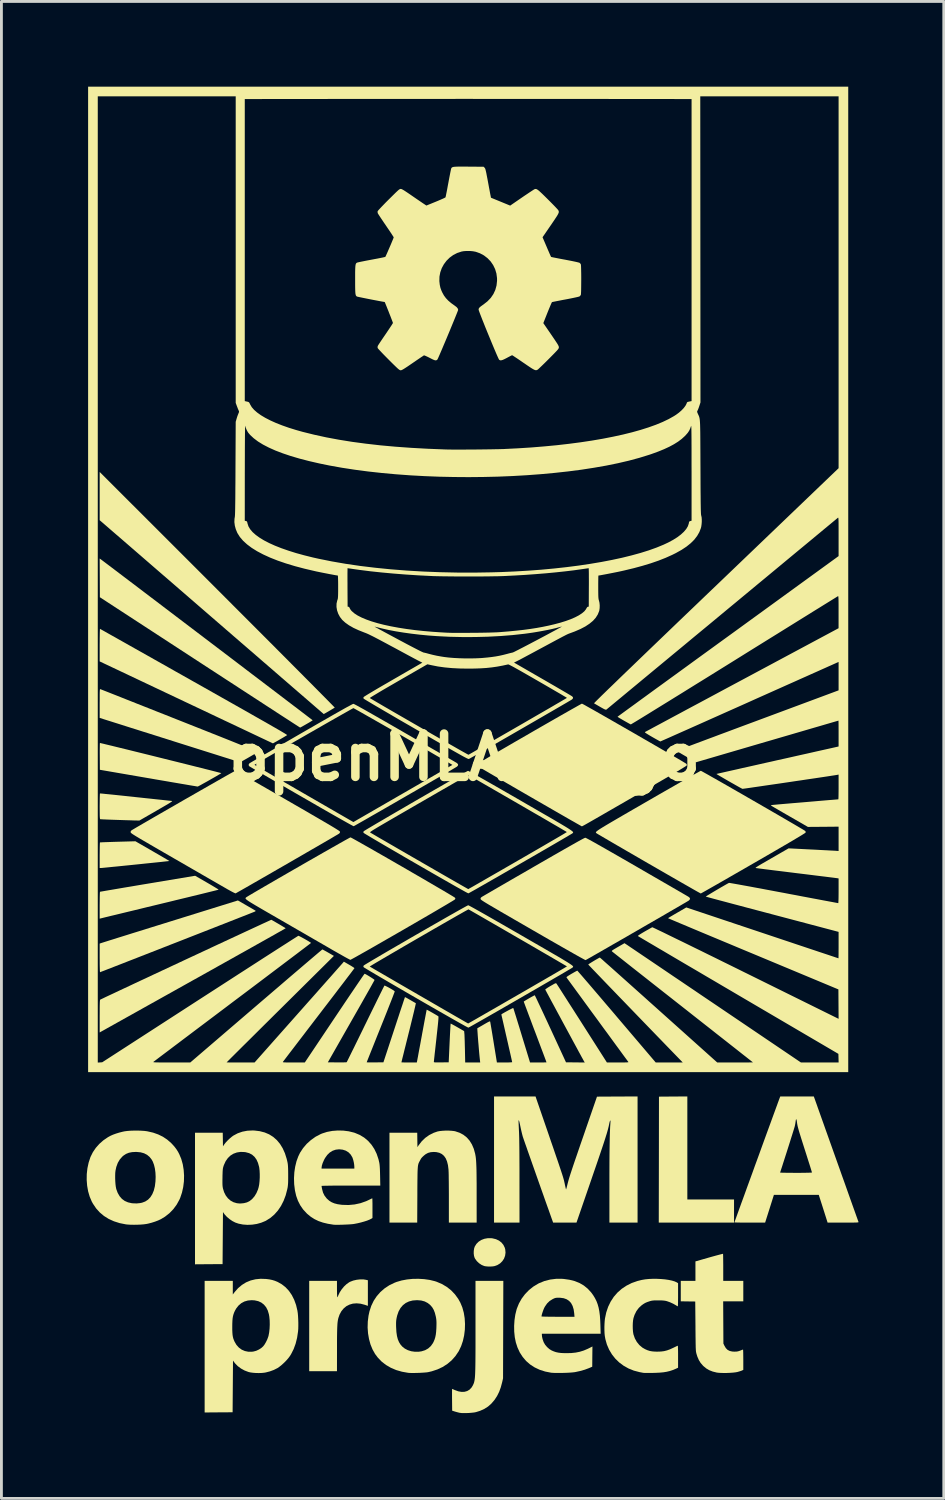
<source format=kicad_pcb>
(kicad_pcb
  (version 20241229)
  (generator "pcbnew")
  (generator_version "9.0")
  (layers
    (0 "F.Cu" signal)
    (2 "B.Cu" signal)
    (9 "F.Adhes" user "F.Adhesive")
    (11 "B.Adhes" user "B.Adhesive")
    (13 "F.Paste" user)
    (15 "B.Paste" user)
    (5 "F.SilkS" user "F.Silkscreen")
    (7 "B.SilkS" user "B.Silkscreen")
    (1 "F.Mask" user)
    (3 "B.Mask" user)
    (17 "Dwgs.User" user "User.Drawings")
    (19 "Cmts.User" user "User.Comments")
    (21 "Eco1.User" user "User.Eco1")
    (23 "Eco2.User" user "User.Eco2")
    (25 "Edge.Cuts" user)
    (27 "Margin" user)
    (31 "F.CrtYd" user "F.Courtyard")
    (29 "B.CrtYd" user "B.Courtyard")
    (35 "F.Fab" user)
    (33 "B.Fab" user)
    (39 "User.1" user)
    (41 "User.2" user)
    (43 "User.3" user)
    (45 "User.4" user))
  (footprint "openMLA-logo"
    (layer "F.Cu")
    (at 13.3 23.594)
    (property "Reference" "openMLA-logo" (at 0 0 0) (layer "F.SilkS") (effects (font (size 1.524 1.524) (thickness 0.3))))
    (attr board_only exclude_from_pos_files exclude_from_bom)
    (fp_poly (pts (xy 7.833 15.558) (xy 9.476 15.558) (xy 9.476 16.372) (xy 6.828 16.372) (xy 6.832 14.156) (xy 6.835 11.94) (xy 7.334 11.936) (xy 7.833 11.933)) (stroke (width 0) (type solid)) (fill yes) (layer "F.SilkS"))
    (fp_poly (pts (xy 0.941 16.921) (xy 0.979 16.926) (xy 1.099 16.955) (xy 1.204 17.004) (xy 1.292 17.071) (xy 1.361 17.155) (xy 1.409 17.253) (xy 1.426 17.315) (xy 1.436 17.429) (xy 1.421 17.538) (xy 1.383 17.64) (xy 1.323 17.73) (xy 1.245 17.807) (xy 1.15 17.866) (xy 1.057 17.9) (xy 0.991 17.912) (xy 0.91 17.917) (xy 0.825 17.917) (xy 0.745 17.91) (xy 0.689 17.9) (xy 0.595 17.861) (xy 0.506 17.802) (xy 0.427 17.727) (xy 0.366 17.643) (xy 0.349 17.611) (xy 0.327 17.54) (xy 0.317 17.455) (xy 0.319 17.365) (xy 0.332 17.279) (xy 0.354 17.214) (xy 0.413 17.12) (xy 0.491 17.042) (xy 0.586 16.982) (xy 0.694 16.941) (xy 0.814 16.92)) (stroke (width 0) (type solid)) (fill yes) (layer "F.SilkS"))
    (fp_poly (pts (xy -3.556 18.371) (xy -3.476 18.384) (xy -3.407 18.4) (xy -3.407 19.301) (xy -3.517 19.263) (xy -3.663 19.225) (xy -3.802 19.212) (xy -3.933 19.222) (xy -4.054 19.257) (xy -4.164 19.313) (xy -4.259 19.392) (xy -4.34 19.491) (xy -4.404 19.61) (xy -4.446 19.732) (xy -4.455 19.773) (xy -4.464 19.817) (xy -4.471 19.866) (xy -4.477 19.924) (xy -4.481 19.991) (xy -4.485 20.07) (xy -4.488 20.165) (xy -4.49 20.276) (xy -4.492 20.406) (xy -4.493 20.558) (xy -4.493 20.733) (xy -4.493 20.828) (xy -4.494 21.599) (xy -5.471 21.599) (xy -5.471 18.422) (xy -4.494 18.422) (xy -4.494 18.715) (xy -4.493 18.8) (xy -4.492 18.875) (xy -4.489 18.936) (xy -4.487 18.978) (xy -4.483 18.999) (xy -4.482 19) (xy -4.471 18.984) (xy -4.455 18.952) (xy -4.446 18.928) (xy -4.395 18.822) (xy -4.327 18.718) (xy -4.247 18.621) (xy -4.159 18.538) (xy -4.068 18.473) (xy -4.031 18.453) (xy -3.921 18.411) (xy -3.799 18.383) (xy -3.675 18.369)) (stroke (width 0) (type solid)) (fill yes) (layer "F.SilkS"))
    (fp_poly (pts (xy -10.987 3.3) (xy -10.871 3.367) (xy -10.762 3.43) (xy -10.663 3.487) (xy -10.577 3.538) (xy -10.504 3.581) (xy -10.448 3.614) (xy -10.41 3.637) (xy -10.393 3.648) (xy -10.392 3.649) (xy -10.406 3.651) (xy -10.444 3.656) (xy -10.505 3.662) (xy -10.586 3.671) (xy -10.684 3.682) (xy -10.798 3.694) (xy -10.925 3.707) (xy -11.062 3.721) (xy -11.208 3.736) (xy -11.359 3.752) (xy -11.514 3.768) (xy -11.671 3.784) (xy -11.826 3.8) (xy -11.978 3.815) (xy -12.124 3.83) (xy -12.262 3.844) (xy -12.39 3.856) (xy -12.505 3.868) (xy -12.605 3.878) (xy -12.687 3.886) (xy -12.75 3.892) (xy -12.79 3.895) (xy -12.805 3.896) (xy -12.843 3.896) (xy -12.843 3.449) (xy -12.842 3.342) (xy -12.841 3.243) (xy -12.84 3.157) (xy -12.838 3.086) (xy -12.836 3.033) (xy -12.834 3.002) (xy -12.832 2.996) (xy -12.817 2.994) (xy -12.777 2.992) (xy -12.716 2.989) (xy -12.636 2.986) (xy -12.54 2.983) (xy -12.43 2.979) (xy -12.31 2.975) (xy -12.204 2.972) (xy -11.585 2.955)) (stroke (width 0) (type solid)) (fill yes) (layer "F.SilkS"))
    (fp_poly (pts (xy -9.067 4.409) (xy -8.971 4.465) (xy -8.883 4.517) (xy -8.806 4.563) (xy -8.743 4.601) (xy -8.695 4.631) (xy -8.666 4.651) (xy -8.659 4.658) (xy -8.673 4.662) (xy -8.712 4.672) (xy -8.774 4.688) (xy -8.859 4.709) (xy -8.964 4.735) (xy -9.089 4.766) (xy -9.231 4.801) (xy -9.39 4.84) (xy -9.564 4.882) (xy -9.752 4.928) (xy -9.951 4.976) (xy -10.162 5.027) (xy -10.381 5.081) (xy -10.609 5.136) (xy -10.725 5.164) (xy -10.956 5.22) (xy -11.181 5.274) (xy -11.397 5.327) (xy -11.603 5.377) (xy -11.798 5.424) (xy -11.98 5.468) (xy -12.148 5.509) (xy -12.301 5.546) (xy -12.436 5.578) (xy -12.553 5.607) (xy -12.65 5.63) (xy -12.726 5.649) (xy -12.779 5.662) (xy -12.807 5.669) (xy -12.812 5.67) (xy -12.843 5.678) (xy -12.843 5.209) (xy -12.842 5.098) (xy -12.841 4.997) (xy -12.84 4.908) (xy -12.838 4.833) (xy -12.836 4.777) (xy -12.833 4.743) (xy -12.831 4.732) (xy -12.816 4.729) (xy -12.777 4.722) (xy -12.713 4.711) (xy -12.628 4.696) (xy -12.523 4.678) (xy -12.398 4.657) (xy -12.257 4.633) (xy -12.1 4.606) (xy -11.93 4.577) (xy -11.747 4.547) (xy -11.554 4.514) (xy -11.352 4.48) (xy -11.152 4.447) (xy -9.484 4.169)) (stroke (width 0) (type solid)) (fill yes) (layer "F.SilkS"))
    (fp_poly (pts (xy -8.702 -5.899) (xy -8.421 -5.618) (xy -8.146 -5.342) (xy -7.875 -5.071) (xy -7.611 -4.807) (xy -7.354 -4.549) (xy -7.104 -4.299) (xy -6.862 -4.056) (xy -6.628 -3.822) (xy -6.404 -3.597) (xy -6.19 -3.382) (xy -5.986 -3.177) (xy -5.794 -2.984) (xy -5.613 -2.802) (xy -5.444 -2.632) (xy -5.289 -2.476) (xy -5.147 -2.332) (xy -5.019 -2.203) (xy -4.906 -2.089) (xy -4.808 -1.99) (xy -4.727 -1.907) (xy -4.662 -1.841) (xy -4.614 -1.792) (xy -4.584 -1.761) (xy -4.573 -1.748) (xy -4.573 -1.748) (xy -4.587 -1.739) (xy -4.619 -1.719) (xy -4.664 -1.692) (xy -4.718 -1.66) (xy -4.776 -1.625) (xy -4.834 -1.592) (xy -4.885 -1.562) (xy -4.927 -1.539) (xy -4.953 -1.524) (xy -4.96 -1.521) (xy -4.97 -1.53) (xy -5 -1.556) (xy -5.05 -1.598) (xy -5.117 -1.657) (xy -5.203 -1.73) (xy -5.305 -1.819) (xy -5.424 -1.922) (xy -5.558 -2.038) (xy -5.707 -2.167) (xy -5.871 -2.308) (xy -6.048 -2.461) (xy -6.238 -2.626) (xy -6.44 -2.8) (xy -6.653 -2.985) (xy -6.877 -3.179) (xy -7.111 -3.381) (xy -7.354 -3.592) (xy -7.606 -3.81) (xy -7.866 -4.034) (xy -8.133 -4.265) (xy -8.407 -4.502) (xy -8.686 -4.744) (xy -8.902 -4.931) (xy -12.843 -8.341) (xy -12.843 -10.039)) (stroke (width 0) (type solid)) (fill yes) (layer "F.SilkS"))
    (fp_poly (pts (xy 1.349 21.85) (xy 1.319 21.984) (xy 1.27 22.167) (xy 1.211 22.328) (xy 1.139 22.472) (xy 1.054 22.603) (xy 1.045 22.615) (xy 0.938 22.74) (xy 0.82 22.844) (xy 0.688 22.928) (xy 0.539 22.995) (xy 0.394 23.04) (xy 0.332 23.052) (xy 0.252 23.061) (xy 0.16 23.069) (xy 0.065 23.073) (xy -0.027 23.074) (xy -0.107 23.072) (xy -0.168 23.065) (xy -0.171 23.065) (xy -0.219 23.054) (xy -0.28 23.038) (xy -0.34 23.021) (xy -0.441 22.989) (xy -0.445 22.606) (xy -0.446 22.507) (xy -0.446 22.418) (xy -0.446 22.342) (xy -0.445 22.281) (xy -0.445 22.241) (xy -0.444 22.224) (xy -0.443 22.223) (xy -0.429 22.228) (xy -0.397 22.242) (xy -0.354 22.261) (xy -0.351 22.262) (xy -0.228 22.307) (xy -0.114 22.328) (xy -0.008 22.325) (xy 0.087 22.298) (xy 0.17 22.249) (xy 0.239 22.177) (xy 0.281 22.109) (xy 0.295 22.081) (xy 0.307 22.054) (xy 0.319 22.027) (xy 0.329 21.997) (xy 0.337 21.964) (xy 0.345 21.926) (xy 0.352 21.882) (xy 0.358 21.829) (xy 0.363 21.767) (xy 0.367 21.694) (xy 0.37 21.609) (xy 0.373 21.509) (xy 0.375 21.395) (xy 0.377 21.263) (xy 0.378 21.114) (xy 0.379 20.944) (xy 0.38 20.754) (xy 0.38 20.54) (xy 0.38 20.303) (xy 0.38 20.04) (xy 0.38 18.422) (xy 1.359 18.422)) (stroke (width 0) (type solid)) (fill yes) (layer "F.SilkS"))
    (fp_poly (pts (xy -12.818 1.273) (xy -12.778 1.276) (xy -12.715 1.282) (xy -12.631 1.291) (xy -12.527 1.301) (xy -12.406 1.313) (xy -12.27 1.327) (xy -12.119 1.343) (xy -11.958 1.36) (xy -11.786 1.378) (xy -11.606 1.397) (xy -11.587 1.4) (xy -11.405 1.419) (xy -11.231 1.438) (xy -11.066 1.455) (xy -10.911 1.472) (xy -10.77 1.487) (xy -10.644 1.5) (xy -10.534 1.512) (xy -10.444 1.522) (xy -10.374 1.529) (xy -10.327 1.534) (xy -10.305 1.536) (xy -10.305 1.536) (xy -10.296 1.538) (xy -10.293 1.543) (xy -10.299 1.551) (xy -10.315 1.564) (xy -10.342 1.583) (xy -10.383 1.609) (xy -10.438 1.643) (xy -10.51 1.685) (xy -10.601 1.738) (xy -10.711 1.802) (xy -10.844 1.879) (xy -10.852 1.884) (xy -11.446 2.226) (xy -11.55 2.224) (xy -11.587 2.223) (xy -11.646 2.222) (xy -11.726 2.219) (xy -11.823 2.216) (xy -11.933 2.213) (xy -12.052 2.209) (xy -12.178 2.205) (xy -12.232 2.203) (xy -12.355 2.199) (xy -12.469 2.195) (xy -12.573 2.191) (xy -12.663 2.187) (xy -12.736 2.184) (xy -12.789 2.181) (xy -12.819 2.179) (xy -12.826 2.178) (xy -12.83 2.171) (xy -12.834 2.15) (xy -12.837 2.114) (xy -12.84 2.06) (xy -12.841 1.987) (xy -12.842 1.891) (xy -12.843 1.771) (xy -12.843 1.725) (xy -12.842 1.618) (xy -12.841 1.519) (xy -12.84 1.433) (xy -12.838 1.362) (xy -12.836 1.31) (xy -12.834 1.279) (xy -12.832 1.272)) (stroke (width 0) (type solid)) (fill yes) (layer "F.SilkS"))
    (fp_poly (pts (xy -12.816 -0.5) (xy -12.776 -0.49) (xy -12.713 -0.476) (xy -12.629 -0.455) (xy -12.525 -0.43) (xy -12.404 -0.401) (xy -12.267 -0.367) (xy -12.115 -0.33) (xy -11.951 -0.29) (xy -11.776 -0.247) (xy -11.591 -0.201) (xy -11.4 -0.154) (xy -11.202 -0.105) (xy -11 -0.055) (xy -10.796 -0.004) (xy -10.59 0.047) (xy -10.386 0.098) (xy -10.184 0.148) (xy -9.987 0.197) (xy -9.795 0.245) (xy -9.611 0.291) (xy -9.437 0.335) (xy -9.273 0.376) (xy -9.122 0.414) (xy -8.986 0.448) (xy -8.865 0.479) (xy -8.763 0.505) (xy -8.679 0.527) (xy -8.617 0.543) (xy -8.578 0.553) (xy -8.563 0.558) (xy -8.563 0.558) (xy -8.58 0.57) (xy -8.616 0.592) (xy -8.67 0.624) (xy -8.736 0.663) (xy -8.812 0.707) (xy -8.895 0.754) (xy -8.981 0.803) (xy -9.067 0.852) (xy -9.15 0.898) (xy -9.226 0.94) (xy -9.291 0.977) (xy -9.344 1.005) (xy -9.38 1.024) (xy -9.396 1.03) (xy -9.396 1.03) (xy -9.411 1.028) (xy -9.452 1.021) (xy -9.516 1.01) (xy -9.602 0.996) (xy -9.709 0.978) (xy -9.834 0.956) (xy -9.976 0.932) (xy -10.134 0.905) (xy -10.306 0.876) (xy -10.489 0.844) (xy -10.684 0.811) (xy -10.888 0.776) (xy -11.099 0.739) (xy -11.125 0.735) (xy -12.836 0.44) (xy -12.839 -0.031) (xy -12.84 -0.141) (xy -12.84 -0.242) (xy -12.839 -0.331) (xy -12.838 -0.404) (xy -12.837 -0.46) (xy -12.835 -0.493) (xy -12.833 -0.503)) (stroke (width 0) (type solid)) (fill yes) (layer "F.SilkS"))
    (fp_poly (pts (xy -7.672 5.215) (xy -7.589 5.263) (xy -7.514 5.306) (xy -7.449 5.344) (xy -7.399 5.374) (xy -7.366 5.394) (xy -7.354 5.402) (xy -7.358 5.413) (xy -7.382 5.428) (xy -7.401 5.437) (xy -7.44 5.452) (xy -7.501 5.476) (xy -7.583 5.509) (xy -7.684 5.549) (xy -7.804 5.596) (xy -7.94 5.649) (xy -8.092 5.709) (xy -8.257 5.774) (xy -8.435 5.844) (xy -8.625 5.918) (xy -8.823 5.996) (xy -9.03 6.077) (xy -9.244 6.161) (xy -9.464 6.247) (xy -9.687 6.334) (xy -9.913 6.423) (xy -10.14 6.512) (xy -10.367 6.6) (xy -10.593 6.689) (xy -10.815 6.776) (xy -11.033 6.861) (xy -11.245 6.944) (xy -11.45 7.024) (xy -11.646 7.101) (xy -11.832 7.173) (xy -12.007 7.242) (xy -12.169 7.305) (xy -12.316 7.362) (xy -12.448 7.414) (xy -12.563 7.458) (xy -12.659 7.496) (xy -12.735 7.525) (xy -12.79 7.546) (xy -12.822 7.559) (xy -12.83 7.562) (xy -12.833 7.548) (xy -12.836 7.51) (xy -12.838 7.449) (xy -12.84 7.368) (xy -12.842 7.267) (xy -12.842 7.151) (xy -12.843 7.059) (xy -12.843 6.556) (xy -12.812 6.543) (xy -12.796 6.538) (xy -12.755 6.525) (xy -12.692 6.505) (xy -12.606 6.478) (xy -12.499 6.444) (xy -12.373 6.405) (xy -12.229 6.359) (xy -12.067 6.309) (xy -11.891 6.254) (xy -11.7 6.194) (xy -11.496 6.131) (xy -11.28 6.064) (xy -11.054 5.993) (xy -10.819 5.92) (xy -10.577 5.845) (xy -10.381 5.784) (xy -7.98 5.037)) (stroke (width 0) (type solid)) (fill yes) (layer "F.SilkS"))
    (fp_poly (pts (xy -12.813 -6.972) (xy -12.796 -6.96) (xy -12.759 -6.932) (xy -12.702 -6.889) (xy -12.627 -6.832) (xy -12.534 -6.762) (xy -12.424 -6.679) (xy -12.299 -6.584) (xy -12.159 -6.478) (xy -12.006 -6.362) (xy -11.84 -6.236) (xy -11.661 -6.101) (xy -11.472 -5.957) (xy -11.273 -5.806) (xy -11.065 -5.648) (xy -10.849 -5.485) (xy -10.626 -5.315) (xy -10.397 -5.141) (xy -10.163 -4.963) (xy -9.924 -4.782) (xy -9.682 -4.598) (xy -9.438 -4.413) (xy -9.192 -4.226) (xy -8.946 -4.039) (xy -8.701 -3.853) (xy -8.457 -3.668) (xy -8.215 -3.484) (xy -7.977 -3.303) (xy -7.743 -3.125) (xy -7.515 -2.951) (xy -7.292 -2.782) (xy -7.077 -2.619) (xy -6.87 -2.461) (xy -6.672 -2.311) (xy -6.484 -2.168) (xy -6.307 -2.033) (xy -6.142 -1.907) (xy -5.99 -1.792) (xy -5.851 -1.686) (xy -5.728 -1.592) (xy -5.62 -1.51) (xy -5.529 -1.44) (xy -5.455 -1.384) (xy -5.4 -1.342) (xy -5.365 -1.315) (xy -5.35 -1.303) (xy -5.349 -1.303) (xy -5.36 -1.294) (xy -5.39 -1.274) (xy -5.435 -1.246) (xy -5.491 -1.213) (xy -5.552 -1.178) (xy -5.614 -1.142) (xy -5.674 -1.108) (xy -5.725 -1.079) (xy -5.765 -1.058) (xy -5.788 -1.047) (xy -5.792 -1.046) (xy -5.804 -1.054) (xy -5.838 -1.075) (xy -5.893 -1.111) (xy -5.968 -1.159) (xy -6.063 -1.22) (xy -6.175 -1.294) (xy -6.306 -1.378) (xy -6.453 -1.473) (xy -6.616 -1.579) (xy -6.793 -1.695) (xy -6.985 -1.819) (xy -7.19 -1.953) (xy -7.407 -2.094) (xy -7.636 -2.243) (xy -7.875 -2.398) (xy -8.124 -2.561) (xy -8.382 -2.728) (xy -8.648 -2.902) (xy -8.921 -3.079) (xy -9.2 -3.261) (xy -9.32 -3.339) (xy -12.836 -5.631) (xy -12.839 -6.312) (xy -12.843 -6.993)) (stroke (width 0) (type solid)) (fill yes) (layer "F.SilkS"))
    (fp_poly (pts (xy -12.819 -4.511) (xy -12.783 -4.492) (xy -12.726 -4.46) (xy -12.648 -4.416) (xy -12.551 -4.361) (xy -12.434 -4.295) (xy -12.299 -4.22) (xy -12.148 -4.134) (xy -11.98 -4.04) (xy -11.798 -3.937) (xy -11.601 -3.826) (xy -11.391 -3.708) (xy -11.169 -3.583) (xy -10.936 -3.451) (xy -10.692 -3.314) (xy -10.439 -3.171) (xy -10.178 -3.023) (xy -9.909 -2.872) (xy -9.633 -2.716) (xy -9.525 -2.655) (xy -9.182 -2.462) (xy -8.862 -2.281) (xy -8.565 -2.113) (xy -8.289 -1.957) (xy -8.034 -1.813) (xy -7.8 -1.681) (xy -7.585 -1.559) (xy -7.389 -1.447) (xy -7.211 -1.346) (xy -7.05 -1.255) (xy -6.907 -1.173) (xy -6.78 -1.1) (xy -6.668 -1.036) (xy -6.571 -0.98) (xy -6.488 -0.932) (xy -6.419 -0.891) (xy -6.362 -0.857) (xy -6.318 -0.83) (xy -6.285 -0.809) (xy -6.263 -0.794) (xy -6.25 -0.785) (xy -6.247 -0.78) (xy -6.248 -0.78) (xy -6.264 -0.769) (xy -6.299 -0.748) (xy -6.348 -0.718) (xy -6.407 -0.683) (xy -6.472 -0.646) (xy -6.538 -0.607) (xy -6.602 -0.57) (xy -6.66 -0.538) (xy -6.706 -0.512) (xy -6.737 -0.495) (xy -6.749 -0.49) (xy -6.761 -0.496) (xy -6.797 -0.513) (xy -6.856 -0.541) (xy -6.936 -0.578) (xy -7.036 -0.626) (xy -7.156 -0.682) (xy -7.293 -0.747) (xy -7.449 -0.821) (xy -7.62 -0.902) (xy -7.806 -0.99) (xy -8.007 -1.085) (xy -8.22 -1.186) (xy -8.446 -1.292) (xy -8.682 -1.404) (xy -8.929 -1.521) (xy -9.184 -1.642) (xy -9.447 -1.766) (xy -9.717 -1.894) (xy -9.798 -1.932) (xy -12.843 -3.373) (xy -12.843 -3.948) (xy -12.842 -4.07) (xy -12.842 -4.182) (xy -12.84 -4.283) (xy -12.839 -4.37) (xy -12.837 -4.439) (xy -12.835 -4.488) (xy -12.833 -4.515) (xy -12.831 -4.518)) (stroke (width 0) (type solid)) (fill yes) (layer "F.SilkS"))
    (fp_poly (pts (xy 9.089 17.469) (xy 9.09 17.484) (xy 9.092 17.523) (xy 9.093 17.582) (xy 9.094 17.66) (xy 9.095 17.752) (xy 9.096 17.855) (xy 9.096 17.949) (xy 9.096 18.422) (xy 9.802 18.422) (xy 9.802 19.142) (xy 9.094 19.142) (xy 9.102 20.628) (xy 9.138 20.704) (xy 9.187 20.787) (xy 9.247 20.848) (xy 9.322 20.887) (xy 9.413 20.908) (xy 9.489 20.912) (xy 9.558 20.91) (xy 9.612 20.902) (xy 9.663 20.887) (xy 9.694 20.875) (xy 9.739 20.857) (xy 9.774 20.844) (xy 9.792 20.839) (xy 9.792 20.839) (xy 9.795 20.852) (xy 9.797 20.888) (xy 9.799 20.945) (xy 9.8 21.018) (xy 9.801 21.104) (xy 9.802 21.196) (xy 9.802 21.553) (xy 9.752 21.577) (xy 9.715 21.591) (xy 9.662 21.608) (xy 9.603 21.625) (xy 9.593 21.628) (xy 9.526 21.64) (xy 9.439 21.65) (xy 9.338 21.657) (xy 9.231 21.662) (xy 9.123 21.663) (xy 9.022 21.661) (xy 8.935 21.656) (xy 8.87 21.648) (xy 8.728 21.613) (xy 8.605 21.565) (xy 8.498 21.502) (xy 8.4 21.421) (xy 8.382 21.403) (xy 8.302 21.311) (xy 8.238 21.208) (xy 8.186 21.088) (xy 8.156 20.993) (xy 8.15 20.971) (xy 8.145 20.949) (xy 8.14 20.925) (xy 8.136 20.897) (xy 8.133 20.862) (xy 8.131 20.819) (xy 8.128 20.765) (xy 8.127 20.698) (xy 8.125 20.616) (xy 8.124 20.517) (xy 8.122 20.398) (xy 8.121 20.257) (xy 8.119 20.092) (xy 8.119 20.017) (xy 8.111 19.148) (xy 7.857 19.145) (xy 7.602 19.141) (xy 7.602 18.422) (xy 8.118 18.422) (xy 8.118 18.079) (xy 8.118 17.737) (xy 8.6 17.599) (xy 8.71 17.568) (xy 8.811 17.54) (xy 8.901 17.516) (xy 8.976 17.496) (xy 9.035 17.481) (xy 9.073 17.472) (xy 9.089 17.469)) (stroke (width 0) (type solid)) (fill yes) (layer "F.SilkS"))
    (fp_poly (pts (xy -0.463 13.141) (xy -0.374 13.151) (xy -0.333 13.159) (xy -0.181 13.21) (xy -0.047 13.281) (xy 0.071 13.374) (xy 0.171 13.487) (xy 0.254 13.622) (xy 0.32 13.776) (xy 0.368 13.951) (xy 0.368 13.952) (xy 0.377 14.001) (xy 0.386 14.053) (xy 0.393 14.11) (xy 0.399 14.175) (xy 0.404 14.249) (xy 0.408 14.334) (xy 0.412 14.433) (xy 0.415 14.547) (xy 0.417 14.678) (xy 0.418 14.828) (xy 0.42 14.999) (xy 0.42 15.194) (xy 0.42 15.414) (xy 0.42 15.425) (xy 0.421 16.372) (xy -0.557 16.372) (xy -0.557 15.52) (xy -0.557 15.365) (xy -0.558 15.214) (xy -0.559 15.069) (xy -0.56 14.934) (xy -0.562 14.812) (xy -0.563 14.705) (xy -0.565 14.616) (xy -0.568 14.549) (xy -0.57 14.506) (xy -0.57 14.505) (xy -0.589 14.351) (xy -0.622 14.219) (xy -0.668 14.11) (xy -0.729 14.024) (xy -0.804 13.959) (xy -0.894 13.915) (xy -1 13.891) (xy -1.086 13.886) (xy -1.196 13.894) (xy -1.289 13.919) (xy -1.373 13.964) (xy -1.428 14.007) (xy -1.473 14.048) (xy -1.504 14.079) (xy -1.528 14.108) (xy -1.55 14.144) (xy -1.576 14.192) (xy -1.592 14.221) (xy -1.605 14.247) (xy -1.617 14.272) (xy -1.627 14.298) (xy -1.635 14.328) (xy -1.642 14.363) (xy -1.648 14.405) (xy -1.652 14.457) (xy -1.656 14.52) (xy -1.659 14.596) (xy -1.661 14.688) (xy -1.662 14.798) (xy -1.664 14.927) (xy -1.665 15.078) (xy -1.666 15.252) (xy -1.666 15.391) (xy -1.671 16.372) (xy -2.647 16.372) (xy -2.647 13.209) (xy -1.67 13.209) (xy -1.667 13.463) (xy -1.663 13.716) (xy -1.624 13.656) (xy -1.515 13.514) (xy -1.39 13.392) (xy -1.249 13.292) (xy -1.096 13.214) (xy -0.957 13.166) (xy -0.879 13.151) (xy -0.782 13.141) (xy -0.675 13.135) (xy -0.566 13.135)) (stroke (width 0) (type solid)) (fill yes) (layer "F.SilkS"))
    (fp_poly (pts (xy -12.819 -2.397) (xy -12.804 -2.391) (xy -12.765 -2.376) (xy -12.704 -2.352) (xy -12.62 -2.319) (xy -12.516 -2.278) (xy -12.392 -2.229) (xy -12.25 -2.173) (xy -12.091 -2.11) (xy -11.916 -2.04) (xy -11.726 -1.965) (xy -11.523 -1.884) (xy -11.307 -1.799) (xy -11.079 -1.709) (xy -10.841 -1.614) (xy -10.594 -1.517) (xy -10.34 -1.416) (xy -10.078 -1.312) (xy -10.029 -1.293) (xy -9.714 -1.168) (xy -9.424 -1.053) (xy -9.156 -0.947) (xy -8.911 -0.849) (xy -8.688 -0.761) (xy -8.485 -0.68) (xy -8.302 -0.607) (xy -8.138 -0.541) (xy -7.992 -0.482) (xy -7.862 -0.43) (xy -7.749 -0.384) (xy -7.65 -0.344) (xy -7.566 -0.309) (xy -7.495 -0.28) (xy -7.436 -0.255) (xy -7.388 -0.234) (xy -7.351 -0.217) (xy -7.323 -0.204) (xy -7.303 -0.194) (xy -7.292 -0.187) (xy -7.287 -0.182) (xy -7.287 -0.179) (xy -7.305 -0.167) (xy -7.342 -0.145) (xy -7.394 -0.114) (xy -7.457 -0.078) (xy -7.527 -0.037) (xy -7.601 0.006) (xy -7.674 0.048) (xy -7.743 0.087) (xy -7.804 0.122) (xy -7.854 0.15) (xy -7.887 0.168) (xy -7.902 0.175) (xy -7.902 0.175) (xy -7.916 0.171) (xy -7.953 0.159) (xy -8.015 0.14) (xy -8.098 0.114) (xy -8.202 0.081) (xy -8.325 0.042) (xy -8.466 -0.002) (xy -8.624 -0.052) (xy -8.797 -0.107) (xy -8.985 -0.166) (xy -9.185 -0.229) (xy -9.397 -0.296) (xy -9.619 -0.366) (xy -9.85 -0.439) (xy -10.088 -0.514) (xy -10.195 -0.548) (xy -10.44 -0.626) (xy -10.679 -0.701) (xy -10.911 -0.775) (xy -11.136 -0.846) (xy -11.351 -0.913) (xy -11.554 -0.978) (xy -11.746 -1.038) (xy -11.923 -1.094) (xy -12.085 -1.146) (xy -12.231 -1.192) (xy -12.358 -1.232) (xy -12.465 -1.266) (xy -12.552 -1.293) (xy -12.616 -1.313) (xy -12.655 -1.326) (xy -12.663 -1.328) (xy -12.843 -1.386) (xy -12.843 -1.896) (xy -12.842 -2.027) (xy -12.842 -2.133) (xy -12.842 -2.218) (xy -12.841 -2.282) (xy -12.839 -2.33) (xy -12.837 -2.363) (xy -12.834 -2.383) (xy -12.83 -2.394) (xy -12.825 -2.398)) (stroke (width 0) (type solid)) (fill yes) (layer "F.SilkS"))
    (fp_poly (pts (xy -6.784 5.728) (xy -6.746 5.749) (xy -6.694 5.778) (xy -6.634 5.814) (xy -6.568 5.852) (xy -6.501 5.891) (xy -6.438 5.929) (xy -6.382 5.963) (xy -6.337 5.99) (xy -6.309 6.009) (xy -6.299 6.016) (xy -6.311 6.023) (xy -6.345 6.043) (xy -6.402 6.075) (xy -6.479 6.119) (xy -6.576 6.173) (xy -6.691 6.239) (xy -6.825 6.314) (xy -6.976 6.399) (xy -7.142 6.492) (xy -7.324 6.594) (xy -7.52 6.704) (xy -7.729 6.822) (xy -7.95 6.945) (xy -8.183 7.076) (xy -8.425 7.211) (xy -8.677 7.352) (xy -8.937 7.498) (xy -9.205 7.648) (xy -9.479 7.801) (xy -9.527 7.827) (xy -9.802 7.981) (xy -10.072 8.132) (xy -10.334 8.279) (xy -10.589 8.421) (xy -10.835 8.559) (xy -11.071 8.69) (xy -11.296 8.816) (xy -11.51 8.936) (xy -11.71 9.048) (xy -11.897 9.152) (xy -12.069 9.248) (xy -12.226 9.336) (xy -12.365 9.414) (xy -12.487 9.482) (xy -12.591 9.54) (xy -12.674 9.587) (xy -12.737 9.622) (xy -12.779 9.645) (xy -12.798 9.656) (xy -12.798 9.656) (xy -12.843 9.682) (xy -12.843 9.112) (xy -12.842 8.965) (xy -12.842 8.843) (xy -12.841 8.745) (xy -12.839 8.667) (xy -12.837 8.609) (xy -12.834 8.568) (xy -12.831 8.542) (xy -12.827 8.53) (xy -12.826 8.529) (xy -12.811 8.521) (xy -12.773 8.503) (xy -12.714 8.475) (xy -12.634 8.436) (xy -12.534 8.389) (xy -12.416 8.334) (xy -12.282 8.271) (xy -12.132 8.2) (xy -11.968 8.123) (xy -11.79 8.04) (xy -11.602 7.951) (xy -11.403 7.858) (xy -11.194 7.761) (xy -10.978 7.659) (xy -10.756 7.555) (xy -10.528 7.449) (xy -10.297 7.341) (xy -10.062 7.231) (xy -9.827 7.121) (xy -9.591 7.011) (xy -9.357 6.902) (xy -9.125 6.794) (xy -8.897 6.687) (xy -8.674 6.583) (xy -8.457 6.482) (xy -8.248 6.385) (xy -8.048 6.292) (xy -7.858 6.204) (xy -7.68 6.121) (xy -7.514 6.044) (xy -7.363 5.974) (xy -7.226 5.911) (xy -7.107 5.855) (xy -7.005 5.809) (xy -6.923 5.771) (xy -6.862 5.743) (xy -6.822 5.725) (xy -6.805 5.718) (xy -6.804 5.718)) (stroke (width 0) (type solid)) (fill yes) (layer "F.SilkS"))
    (fp_poly (pts (xy -6.989 18.355) (xy -6.987 18.355) (xy -6.87 18.37) (xy -6.77 18.391) (xy -6.679 18.419) (xy -6.587 18.457) (xy -6.586 18.457) (xy -6.437 18.541) (xy -6.303 18.646) (xy -6.185 18.773) (xy -6.084 18.92) (xy -6 19.086) (xy -5.933 19.271) (xy -5.885 19.474) (xy -5.885 19.476) (xy -5.873 19.558) (xy -5.864 19.659) (xy -5.858 19.772) (xy -5.854 19.89) (xy -5.854 20.005) (xy -5.856 20.11) (xy -5.863 20.197) (xy -5.863 20.198) (xy -5.897 20.424) (xy -5.949 20.632) (xy -6.019 20.823) (xy -6.108 20.999) (xy -6.152 21.069) (xy -6.205 21.141) (xy -6.274 21.22) (xy -6.353 21.301) (xy -6.436 21.377) (xy -6.517 21.442) (xy -6.589 21.492) (xy -6.592 21.493) (xy -6.717 21.556) (xy -6.857 21.607) (xy -7 21.644) (xy -7.059 21.654) (xy -7.146 21.662) (xy -7.246 21.665) (xy -7.35 21.663) (xy -7.451 21.655) (xy -7.54 21.643) (xy -7.605 21.628) (xy -7.743 21.576) (xy -7.871 21.506) (xy -7.984 21.422) (xy -8.078 21.326) (xy -8.099 21.299) (xy -8.152 21.226) (xy -8.166 23.045) (xy -8.658 23.048) (xy -9.15 23.052) (xy -9.15 20.024) (xy -8.178 20.024) (xy -8.178 20.143) (xy -8.174 20.24) (xy -8.168 20.32) (xy -8.157 20.388) (xy -8.142 20.449) (xy -8.12 20.508) (xy -8.096 20.563) (xy -8.029 20.677) (xy -7.945 20.77) (xy -7.846 20.842) (xy -7.735 20.89) (xy -7.614 20.915) (xy -7.485 20.915) (xy -7.424 20.906) (xy -7.331 20.88) (xy -7.238 20.836) (xy -7.153 20.781) (xy -7.092 20.726) (xy -7.042 20.661) (xy -6.993 20.577) (xy -6.948 20.485) (xy -6.914 20.393) (xy -6.903 20.357) (xy -6.88 20.237) (xy -6.865 20.101) (xy -6.859 19.957) (xy -6.862 19.814) (xy -6.875 19.68) (xy -6.889 19.598) (xy -6.929 19.464) (xy -6.987 19.35) (xy -7.063 19.258) (xy -7.155 19.186) (xy -7.263 19.136) (xy -7.388 19.108) (xy -7.494 19.101) (xy -7.63 19.113) (xy -7.754 19.149) (xy -7.864 19.209) (xy -7.96 19.292) (xy -8.041 19.396) (xy -8.085 19.475) (xy -8.115 19.541) (xy -8.137 19.604) (xy -8.154 19.669) (xy -8.166 19.742) (xy -8.173 19.827) (xy -8.177 19.929) (xy -8.178 20.024) (xy -9.15 20.024) (xy -9.15 18.422) (xy -8.159 18.422) (xy -8.159 18.901) (xy -8.093 18.814) (xy -7.973 18.678) (xy -7.839 18.565) (xy -7.692 18.474) (xy -7.533 18.408) (xy -7.362 18.366) (xy -7.181 18.348)) (stroke (width 0) (type solid)) (fill yes) (layer "F.SilkS"))
    (fp_poly (pts (xy -1.423 18.361) (xy -1.229 18.389) (xy -1.049 18.433) (xy -0.991 18.452) (xy -0.803 18.532) (xy -0.632 18.633) (xy -0.478 18.754) (xy -0.344 18.895) (xy -0.228 19.054) (xy -0.153 19.189) (xy -0.083 19.358) (xy -0.032 19.543) (xy -0.001 19.737) (xy 0.011 19.938) (xy 0.005 20.14) (xy -0.02 20.341) (xy -0.063 20.534) (xy -0.125 20.717) (xy -0.205 20.885) (xy -0.217 20.906) (xy -0.328 21.07) (xy -0.459 21.217) (xy -0.609 21.344) (xy -0.776 21.451) (xy -0.961 21.538) (xy -1.161 21.604) (xy -1.29 21.634) (xy -1.34 21.641) (xy -1.411 21.647) (xy -1.497 21.653) (xy -1.592 21.658) (xy -1.69 21.661) (xy -1.784 21.663) (xy -1.869 21.663) (xy -1.938 21.661) (xy -1.982 21.658) (xy -2.204 21.619) (xy -2.41 21.56) (xy -2.598 21.48) (xy -2.769 21.381) (xy -2.922 21.262) (xy -3.055 21.124) (xy -3.154 20.993) (xy -3.243 20.834) (xy -3.315 20.658) (xy -3.367 20.468) (xy -3.401 20.269) (xy -3.416 20.063) (xy -3.412 19.938) (xy -2.415 19.938) (xy -2.414 20.02) (xy -2.412 20.065) (xy -2.403 20.224) (xy -2.383 20.361) (xy -2.353 20.478) (xy -2.31 20.579) (xy -2.255 20.667) (xy -2.198 20.732) (xy -2.108 20.804) (xy -2 20.86) (xy -1.88 20.898) (xy -1.751 20.916) (xy -1.617 20.915) (xy -1.517 20.9) (xy -1.393 20.861) (xy -1.285 20.8) (xy -1.193 20.717) (xy -1.12 20.615) (xy -1.093 20.563) (xy -1.06 20.484) (xy -1.035 20.403) (xy -1.017 20.314) (xy -1.005 20.213) (xy -0.997 20.092) (xy -0.995 20.038) (xy -0.993 19.947) (xy -0.993 19.876) (xy -0.996 19.818) (xy -1.001 19.766) (xy -1.01 19.711) (xy -1.018 19.671) (xy -1.05 19.545) (xy -1.091 19.44) (xy -1.143 19.352) (xy -1.207 19.277) (xy -1.301 19.201) (xy -1.407 19.146) (xy -1.528 19.113) (xy -1.665 19.101) (xy -1.683 19.101) (xy -1.83 19.112) (xy -1.961 19.146) (xy -2.077 19.201) (xy -2.176 19.279) (xy -2.259 19.377) (xy -2.326 19.497) (xy -2.375 19.638) (xy -2.392 19.709) (xy -2.403 19.766) (xy -2.41 19.818) (xy -2.414 19.873) (xy -2.415 19.938) (xy -3.412 19.938) (xy -3.41 19.855) (xy -3.384 19.647) (xy -3.351 19.495) (xy -3.288 19.302) (xy -3.203 19.124) (xy -3.095 18.961) (xy -2.967 18.815) (xy -2.82 18.687) (xy -2.654 18.577) (xy -2.47 18.488) (xy -2.396 18.459) (xy -2.221 18.408) (xy -2.03 18.372) (xy -1.83 18.352) (xy -1.625 18.349)) (stroke (width 0) (type solid)) (fill yes) (layer "F.SilkS"))
    (fp_poly (pts (xy -11.39 13.138) (xy -11.277 13.145) (xy -11.182 13.157) (xy -11.166 13.16) (xy -10.964 13.206) (xy -10.783 13.27) (xy -10.618 13.351) (xy -10.468 13.451) (xy -10.329 13.572) (xy -10.296 13.606) (xy -10.213 13.698) (xy -10.146 13.786) (xy -10.087 13.879) (xy -10.043 13.963) (xy -9.972 14.133) (xy -9.92 14.318) (xy -9.888 14.514) (xy -9.874 14.716) (xy -9.879 14.921) (xy -9.904 15.122) (xy -9.948 15.318) (xy -10.01 15.502) (xy -10.037 15.563) (xy -10.133 15.738) (xy -10.25 15.897) (xy -10.387 16.039) (xy -10.543 16.162) (xy -10.684 16.248) (xy -10.781 16.294) (xy -10.896 16.338) (xy -11.019 16.377) (xy -11.14 16.408) (xy -11.2 16.42) (xy -11.288 16.432) (xy -11.394 16.441) (xy -11.511 16.446) (xy -11.63 16.448) (xy -11.745 16.447) (xy -11.847 16.441) (xy -11.919 16.434) (xy -12.139 16.39) (xy -12.341 16.326) (xy -12.526 16.242) (xy -12.692 16.138) (xy -12.839 16.015) (xy -12.968 15.872) (xy -13.078 15.709) (xy -13.121 15.632) (xy -13.194 15.46) (xy -13.249 15.273) (xy -13.284 15.075) (xy -13.3 14.87) (xy -13.298 14.712) (xy -12.298 14.712) (xy -12.298 14.815) (xy -12.294 14.92) (xy -12.287 15.02) (xy -12.276 15.109) (xy -12.262 15.179) (xy -12.26 15.189) (xy -12.209 15.327) (xy -12.142 15.443) (xy -12.06 15.537) (xy -11.962 15.609) (xy -11.847 15.659) (xy -11.716 15.689) (xy -11.684 15.692) (xy -11.547 15.698) (xy -11.42 15.685) (xy -11.352 15.671) (xy -11.24 15.629) (xy -11.142 15.565) (xy -11.059 15.479) (xy -10.991 15.371) (xy -10.938 15.242) (xy -10.901 15.093) (xy -10.88 14.923) (xy -10.874 14.766) (xy -10.881 14.613) (xy -10.9 14.47) (xy -10.931 14.34) (xy -10.973 14.228) (xy -11.011 14.158) (xy -11.086 14.062) (xy -11.176 13.987) (xy -11.281 13.933) (xy -11.402 13.899) (xy -11.541 13.886) (xy -11.572 13.885) (xy -11.703 13.892) (xy -11.815 13.914) (xy -11.914 13.954) (xy -12.003 14.012) (xy -12.046 14.049) (xy -12.135 14.15) (xy -12.206 14.271) (xy -12.258 14.412) (xy -12.286 14.542) (xy -12.295 14.619) (xy -12.298 14.712) (xy -13.298 14.712) (xy -13.297 14.663) (xy -13.274 14.458) (xy -13.231 14.259) (xy -13.169 14.07) (xy -13.164 14.058) (xy -13.083 13.895) (xy -12.979 13.742) (xy -12.854 13.601) (xy -12.711 13.475) (xy -12.553 13.367) (xy -12.464 13.318) (xy -12.374 13.278) (xy -12.266 13.239) (xy -12.149 13.203) (xy -12.033 13.174) (xy -11.967 13.16) (xy -11.875 13.148) (xy -11.764 13.139) (xy -11.641 13.135) (xy -11.514 13.134)) (stroke (width 0) (type solid)) (fill yes) (layer "F.SilkS"))
    (fp_poly (pts (xy 3.427 18.35) (xy 3.484 18.354) (xy 3.688 18.383) (xy 3.873 18.43) (xy 4.041 18.498) (xy 4.192 18.586) (xy 4.327 18.696) (xy 4.448 18.827) (xy 4.519 18.924) (xy 4.582 19.027) (xy 4.635 19.132) (xy 4.677 19.242) (xy 4.711 19.363) (xy 4.737 19.496) (xy 4.756 19.645) (xy 4.768 19.815) (xy 4.774 19.966) (xy 4.783 20.282) (xy 2.715 20.282) (xy 2.715 20.322) (xy 2.722 20.392) (xy 2.741 20.474) (xy 2.77 20.558) (xy 2.784 20.591) (xy 2.832 20.673) (xy 2.9 20.752) (xy 2.978 20.821) (xy 3.058 20.87) (xy 3.137 20.904) (xy 3.214 20.93) (xy 3.296 20.947) (xy 3.388 20.959) (xy 3.498 20.964) (xy 3.577 20.965) (xy 3.75 20.961) (xy 3.905 20.945) (xy 4.048 20.916) (xy 4.187 20.873) (xy 4.328 20.813) (xy 4.373 20.791) (xy 4.494 20.73) (xy 4.49 21.086) (xy 4.487 21.442) (xy 4.369 21.493) (xy 4.227 21.546) (xy 4.066 21.592) (xy 3.897 21.629) (xy 3.869 21.634) (xy 3.809 21.641) (xy 3.729 21.648) (xy 3.633 21.654) (xy 3.528 21.658) (xy 3.42 21.661) (xy 3.314 21.662) (xy 3.215 21.662) (xy 3.13 21.659) (xy 3.063 21.655) (xy 3.041 21.653) (xy 2.832 21.612) (xy 2.638 21.55) (xy 2.462 21.467) (xy 2.303 21.364) (xy 2.162 21.242) (xy 2.041 21.1) (xy 1.938 20.941) (xy 1.856 20.763) (xy 1.799 20.587) (xy 1.762 20.405) (xy 1.742 20.209) (xy 1.739 20.006) (xy 1.752 19.803) (xy 1.771 19.673) (xy 2.702 19.673) (xy 2.715 19.676) (xy 2.752 19.678) (xy 2.811 19.68) (xy 2.889 19.682) (xy 2.983 19.683) (xy 3.09 19.684) (xy 3.208 19.685) (xy 3.282 19.685) (xy 3.863 19.685) (xy 3.853 19.566) (xy 3.833 19.424) (xy 3.796 19.303) (xy 3.743 19.204) (xy 3.673 19.126) (xy 3.586 19.069) (xy 3.482 19.032) (xy 3.36 19.016) (xy 3.323 19.015) (xy 3.261 19.015) (xy 3.216 19.018) (xy 3.18 19.026) (xy 3.142 19.04) (xy 3.094 19.064) (xy 3.088 19.067) (xy 2.987 19.131) (xy 2.9 19.215) (xy 2.826 19.321) (xy 2.804 19.36) (xy 2.782 19.407) (xy 2.759 19.467) (xy 2.737 19.531) (xy 2.718 19.592) (xy 2.706 19.643) (xy 2.702 19.673) (xy 1.771 19.673) (xy 1.781 19.607) (xy 1.826 19.426) (xy 1.833 19.403) (xy 1.907 19.219) (xy 2.004 19.047) (xy 2.123 18.888) (xy 2.261 18.746) (xy 2.416 18.622) (xy 2.587 18.519) (xy 2.62 18.502) (xy 2.808 18.426) (xy 3.005 18.376) (xy 3.211 18.35)) (stroke (width 0) (type solid)) (fill yes) (layer "F.SilkS"))
    (fp_poly (pts (xy -7.4 13.132) (xy -7.212 13.155) (xy -7.038 13.2) (xy -6.88 13.267) (xy -6.737 13.357) (xy -6.61 13.469) (xy -6.499 13.602) (xy -6.404 13.757) (xy -6.325 13.933) (xy -6.263 14.13) (xy -6.235 14.249) (xy -6.227 14.295) (xy -6.221 14.344) (xy -6.217 14.401) (xy -6.214 14.469) (xy -6.212 14.554) (xy -6.211 14.66) (xy -6.211 14.709) (xy -6.211 14.819) (xy -6.212 14.906) (xy -6.214 14.976) (xy -6.218 15.034) (xy -6.223 15.083) (xy -6.229 15.13) (xy -6.239 15.178) (xy -6.243 15.198) (xy -6.298 15.41) (xy -6.372 15.606) (xy -6.463 15.785) (xy -6.571 15.945) (xy -6.695 16.085) (xy -6.833 16.204) (xy -6.986 16.301) (xy -7.012 16.315) (xy -7.158 16.375) (xy -7.315 16.419) (xy -7.479 16.444) (xy -7.644 16.451) (xy -7.805 16.439) (xy -7.956 16.409) (xy -8.071 16.37) (xy -8.174 16.317) (xy -8.275 16.248) (xy -8.368 16.169) (xy -8.445 16.086) (xy -8.466 16.057) (xy -8.505 16.001) (xy -8.519 17.832) (xy -9.004 17.835) (xy -9.489 17.839) (xy -9.489 14.963) (xy -8.524 14.963) (xy -8.523 15.028) (xy -8.52 15.081) (xy -8.514 15.125) (xy -8.507 15.166) (xy -8.506 15.171) (xy -8.465 15.303) (xy -8.406 15.419) (xy -8.331 15.517) (xy -8.241 15.596) (xy -8.139 15.653) (xy -8.026 15.687) (xy -7.994 15.692) (xy -7.946 15.697) (xy -7.905 15.699) (xy -7.863 15.697) (xy -7.81 15.692) (xy -7.764 15.687) (xy -7.66 15.66) (xy -7.562 15.61) (xy -7.473 15.536) (xy -7.393 15.443) (xy -7.326 15.331) (xy -7.272 15.204) (xy -7.249 15.123) (xy -7.23 15.026) (xy -7.218 14.912) (xy -7.211 14.787) (xy -7.211 14.661) (xy -7.217 14.541) (xy -7.229 14.438) (xy -7.234 14.411) (xy -7.273 14.271) (xy -7.327 14.152) (xy -7.397 14.056) (xy -7.482 13.981) (xy -7.584 13.928) (xy -7.703 13.896) (xy -7.742 13.89) (xy -7.884 13.884) (xy -8.015 13.904) (xy -8.135 13.947) (xy -8.242 14.013) (xy -8.334 14.102) (xy -8.411 14.212) (xy -8.471 14.343) (xy -8.481 14.37) (xy -8.493 14.408) (xy -8.502 14.442) (xy -8.509 14.478) (xy -8.513 14.52) (xy -8.517 14.574) (xy -8.519 14.643) (xy -8.522 14.732) (xy -8.522 14.774) (xy -8.524 14.88) (xy -8.524 14.963) (xy -9.489 14.963) (xy -9.489 13.209) (xy -8.513 13.209) (xy -8.509 13.448) (xy -8.505 13.688) (xy -8.453 13.611) (xy -8.403 13.548) (xy -8.337 13.478) (xy -8.264 13.409) (xy -8.191 13.348) (xy -8.138 13.31) (xy -7.988 13.23) (xy -7.824 13.173) (xy -7.649 13.139) (xy -7.464 13.13)) (stroke (width 0) (type solid)) (fill yes) (layer "F.SilkS"))
    (fp_poly (pts (xy 6.769 18.35) (xy 6.911 18.357) (xy 7.048 18.369) (xy 7.176 18.388) (xy 7.29 18.412) (xy 7.387 18.441) (xy 7.462 18.475) (xy 7.475 18.483) (xy 7.507 18.504) (xy 7.507 18.911) (xy 7.507 19.013) (xy 7.506 19.106) (xy 7.505 19.186) (xy 7.503 19.25) (xy 7.501 19.294) (xy 7.499 19.316) (xy 7.498 19.318) (xy 7.483 19.311) (xy 7.452 19.294) (xy 7.427 19.278) (xy 7.333 19.225) (xy 7.227 19.176) (xy 7.123 19.139) (xy 7.1 19.132) (xy 7.051 19.121) (xy 6.993 19.114) (xy 6.921 19.109) (xy 6.829 19.108) (xy 6.808 19.108) (xy 6.724 19.108) (xy 6.66 19.11) (xy 6.61 19.115) (xy 6.567 19.122) (xy 6.524 19.133) (xy 6.503 19.14) (xy 6.423 19.167) (xy 6.359 19.194) (xy 6.301 19.227) (xy 6.237 19.272) (xy 6.224 19.282) (xy 6.124 19.374) (xy 6.041 19.486) (xy 5.976 19.617) (xy 5.938 19.732) (xy 5.924 19.808) (xy 5.915 19.902) (xy 5.912 20.006) (xy 5.914 20.111) (xy 5.921 20.208) (xy 5.934 20.29) (xy 5.937 20.304) (xy 5.986 20.445) (xy 6.056 20.571) (xy 6.145 20.68) (xy 6.252 20.77) (xy 6.347 20.825) (xy 6.431 20.862) (xy 6.513 20.888) (xy 6.601 20.903) (xy 6.703 20.911) (xy 6.781 20.912) (xy 6.905 20.908) (xy 7.015 20.894) (xy 7.118 20.868) (xy 7.225 20.829) (xy 7.338 20.777) (xy 7.396 20.749) (xy 7.445 20.725) (xy 7.48 20.709) (xy 7.497 20.703) (xy 7.497 20.703) (xy 7.5 20.716) (xy 7.502 20.753) (xy 7.504 20.81) (xy 7.506 20.884) (xy 7.507 20.971) (xy 7.507 21.069) (xy 7.507 21.091) (xy 7.507 21.478) (xy 7.422 21.517) (xy 7.318 21.56) (xy 7.214 21.594) (xy 7.106 21.62) (xy 6.987 21.639) (xy 6.855 21.651) (xy 6.702 21.658) (xy 6.625 21.66) (xy 6.536 21.661) (xy 6.454 21.661) (xy 6.384 21.661) (xy 6.33 21.66) (xy 6.297 21.659) (xy 6.292 21.658) (xy 6.259 21.653) (xy 6.209 21.643) (xy 6.153 21.633) (xy 6.147 21.631) (xy 5.949 21.579) (xy 5.763 21.504) (xy 5.592 21.408) (xy 5.437 21.293) (xy 5.299 21.159) (xy 5.18 21.008) (xy 5.081 20.842) (xy 5.003 20.662) (xy 4.949 20.471) (xy 4.929 20.358) (xy 4.92 20.269) (xy 4.916 20.163) (xy 4.915 20.047) (xy 4.919 19.932) (xy 4.926 19.825) (xy 4.935 19.746) (xy 4.98 19.532) (xy 5.047 19.333) (xy 5.136 19.15) (xy 5.245 18.983) (xy 5.375 18.833) (xy 5.524 18.702) (xy 5.692 18.59) (xy 5.877 18.497) (xy 6.079 18.426) (xy 6.228 18.389) (xy 6.35 18.368) (xy 6.484 18.355) (xy 6.625 18.349)) (stroke (width 0) (type solid)) (fill yes) (layer "F.SilkS"))
    (fp_poly (pts (xy 4.256 2.835) (xy 4.286 2.849) (xy 4.332 2.873) (xy 4.394 2.906) (xy 4.474 2.95) (xy 4.573 3.005) (xy 4.689 3.071) (xy 4.825 3.148) (xy 4.981 3.237) (xy 5.158 3.338) (xy 5.355 3.451) (xy 5.574 3.577) (xy 5.816 3.716) (xy 6.055 3.854) (xy 6.258 3.972) (xy 6.455 4.086) (xy 6.645 4.196) (xy 6.826 4.3) (xy 6.998 4.4) (xy 7.158 4.492) (xy 7.306 4.578) (xy 7.439 4.655) (xy 7.558 4.724) (xy 7.66 4.783) (xy 7.744 4.832) (xy 7.809 4.87) (xy 7.853 4.896) (xy 7.875 4.909) (xy 7.877 4.91) (xy 7.916 4.944) (xy 7.928 4.978) (xy 7.913 5.013) (xy 7.884 5.041) (xy 7.867 5.051) (xy 7.828 5.075) (xy 7.769 5.11) (xy 7.691 5.155) (xy 7.596 5.211) (xy 7.486 5.275) (xy 7.361 5.347) (xy 7.225 5.426) (xy 7.077 5.512) (xy 6.921 5.603) (xy 6.756 5.698) (xy 6.586 5.796) (xy 6.411 5.897) (xy 6.233 6) (xy 6.053 6.104) (xy 5.874 6.207) (xy 5.697 6.31) (xy 5.522 6.41) (xy 5.353 6.508) (xy 5.189 6.601) (xy 5.034 6.691) (xy 4.888 6.774) (xy 4.754 6.852) (xy 4.632 6.921) (xy 4.524 6.983) (xy 4.432 7.036) (xy 4.357 7.078) (xy 4.301 7.11) (xy 4.265 7.129) (xy 4.252 7.136) (xy 4.237 7.13) (xy 4.2 7.111) (xy 4.142 7.079) (xy 4.063 7.036) (xy 3.964 6.981) (xy 3.847 6.915) (xy 3.713 6.839) (xy 3.562 6.753) (xy 3.395 6.658) (xy 3.214 6.554) (xy 3.019 6.443) (xy 2.812 6.324) (xy 2.593 6.197) (xy 2.396 6.084) (xy 2.153 5.943) (xy 1.933 5.816) (xy 1.733 5.701) (xy 1.555 5.597) (xy 1.395 5.505) (xy 1.253 5.423) (xy 1.129 5.35) (xy 1.02 5.286) (xy 0.926 5.231) (xy 0.846 5.184) (xy 0.778 5.143) (xy 0.722 5.109) (xy 0.677 5.081) (xy 0.641 5.057) (xy 0.613 5.039) (xy 0.592 5.024) (xy 0.578 5.012) (xy 0.568 5.002) (xy 0.563 4.995) (xy 0.56 4.989) (xy 0.559 4.984) (xy 0.56 4.956) (xy 0.574 4.934) (xy 0.607 4.91) (xy 0.624 4.899) (xy 0.664 4.876) (xy 0.725 4.84) (xy 0.805 4.794) (xy 0.903 4.737) (xy 1.018 4.67) (xy 1.149 4.594) (xy 1.294 4.51) (xy 1.451 4.419) (xy 1.62 4.321) (xy 1.8 4.217) (xy 1.988 4.109) (xy 2.184 3.996) (xy 2.386 3.879) (xy 2.43 3.853) (xy 2.692 3.702) (xy 2.93 3.565) (xy 3.147 3.44) (xy 3.342 3.329) (xy 3.516 3.229) (xy 3.67 3.142) (xy 3.804 3.066) (xy 3.919 3.001) (xy 4.015 2.947) (xy 4.094 2.904) (xy 4.155 2.871) (xy 4.2 2.848) (xy 4.229 2.835) (xy 4.242 2.831)) (stroke (width 0) (type solid)) (fill yes) (layer "F.SilkS"))
    (fp_poly (pts (xy -4.273 13.135) (xy -4.083 13.159) (xy -3.902 13.203) (xy -3.867 13.214) (xy -3.695 13.286) (xy -3.54 13.379) (xy -3.403 13.493) (xy -3.283 13.627) (xy -3.181 13.78) (xy -3.098 13.951) (xy -3.034 14.141) (xy -3.006 14.261) (xy -2.997 14.316) (xy -2.99 14.388) (xy -2.984 14.481) (xy -2.98 14.596) (xy -2.977 14.719) (xy -2.97 15.069) (xy -4.003 15.069) (xy -4.188 15.069) (xy -4.358 15.07) (xy -4.513 15.07) (xy -4.651 15.071) (xy -4.77 15.073) (xy -4.869 15.074) (xy -4.947 15.076) (xy -5.001 15.078) (xy -5.031 15.08) (xy -5.037 15.081) (xy -5.034 15.1) (xy -5.028 15.137) (xy -5.019 15.187) (xy -5.017 15.196) (xy -4.984 15.318) (xy -4.932 15.423) (xy -4.86 15.517) (xy -4.84 15.537) (xy -4.764 15.604) (xy -4.68 15.656) (xy -4.585 15.695) (xy -4.474 15.724) (xy -4.343 15.743) (xy -4.301 15.747) (xy -4.086 15.753) (xy -3.873 15.733) (xy -3.666 15.688) (xy -3.467 15.618) (xy -3.377 15.576) (xy -3.326 15.551) (xy -3.284 15.531) (xy -3.258 15.519) (xy -3.252 15.517) (xy -3.25 15.53) (xy -3.248 15.566) (xy -3.247 15.623) (xy -3.245 15.696) (xy -3.245 15.781) (xy -3.245 15.863) (xy -3.245 16.21) (xy -3.289 16.237) (xy -3.351 16.268) (xy -3.435 16.302) (xy -3.535 16.334) (xy -3.645 16.365) (xy -3.76 16.393) (xy -3.873 16.415) (xy -3.907 16.421) (xy -3.96 16.427) (xy -4.032 16.433) (xy -4.118 16.438) (xy -4.211 16.442) (xy -4.307 16.446) (xy -4.4 16.448) (xy -4.485 16.449) (xy -4.555 16.449) (xy -4.605 16.446) (xy -4.616 16.445) (xy -4.813 16.413) (xy -4.989 16.371) (xy -5.145 16.317) (xy -5.286 16.249) (xy -5.415 16.167) (xy -5.535 16.069) (xy -5.564 16.041) (xy -5.686 15.908) (xy -5.786 15.763) (xy -5.867 15.604) (xy -5.929 15.431) (xy -5.973 15.239) (xy -5.999 15.029) (xy -6 15.018) (xy -6.006 14.808) (xy -5.994 14.601) (xy -5.975 14.472) (xy -5.037 14.472) (xy -3.883 14.472) (xy -3.883 14.412) (xy -3.888 14.34) (xy -3.901 14.256) (xy -3.921 14.171) (xy -3.945 14.097) (xy -3.955 14.072) (xy -4.014 13.975) (xy -4.09 13.898) (xy -4.183 13.841) (xy -4.291 13.806) (xy -4.413 13.793) (xy -4.42 13.793) (xy -4.538 13.806) (xy -4.648 13.844) (xy -4.748 13.906) (xy -4.837 13.992) (xy -4.914 14.101) (xy -4.948 14.164) (xy -4.997 14.275) (xy -5.026 14.368) (xy -5.036 14.441) (xy -5.037 14.472) (xy -5.975 14.472) (xy -5.964 14.402) (xy -5.918 14.213) (xy -5.855 14.041) (xy -5.794 13.915) (xy -5.686 13.75) (xy -5.557 13.599) (xy -5.409 13.466) (xy -5.247 13.351) (xy -5.073 13.26) (xy -5.017 13.236) (xy -4.845 13.181) (xy -4.66 13.146) (xy -4.467 13.131)) (stroke (width 0) (type solid)) (fill yes) (layer "F.SilkS"))
    (fp_poly (pts (xy 8.322 0.482) (xy 8.358 0.501) (xy 8.415 0.533) (xy 8.491 0.575) (xy 8.584 0.627) (xy 8.692 0.689) (xy 8.815 0.758) (xy 8.95 0.835) (xy 9.097 0.919) (xy 9.253 1.008) (xy 9.416 1.102) (xy 9.587 1.2) (xy 9.762 1.3) (xy 9.94 1.403) (xy 10.12 1.507) (xy 10.3 1.61) (xy 10.479 1.714) (xy 10.655 1.815) (xy 10.827 1.915) (xy 10.992 2.01) (xy 11.15 2.102) (xy 11.298 2.188) (xy 11.436 2.269) (xy 11.562 2.342) (xy 11.674 2.408) (xy 11.77 2.465) (xy 11.85 2.512) (xy 11.911 2.548) (xy 11.952 2.574) (xy 11.972 2.587) (xy 11.973 2.587) (xy 11.995 2.613) (xy 11.997 2.635) (xy 11.991 2.651) (xy 11.981 2.66) (xy 11.955 2.678) (xy 11.911 2.706) (xy 11.85 2.744) (xy 11.771 2.792) (xy 11.673 2.85) (xy 11.557 2.92) (xy 11.42 3) (xy 11.263 3.092) (xy 11.086 3.195) (xy 10.887 3.311) (xy 10.666 3.439) (xy 10.423 3.58) (xy 10.157 3.733) (xy 10.15 3.737) (xy 9.944 3.856) (xy 9.745 3.971) (xy 9.553 4.081) (xy 9.37 4.186) (xy 9.198 4.286) (xy 9.036 4.378) (xy 8.888 4.463) (xy 8.753 4.54) (xy 8.633 4.608) (xy 8.53 4.667) (xy 8.445 4.715) (xy 8.379 4.752) (xy 8.333 4.778) (xy 8.309 4.79) (xy 8.305 4.792) (xy 8.292 4.785) (xy 8.256 4.765) (xy 8.199 4.734) (xy 8.123 4.691) (xy 8.028 4.637) (xy 7.917 4.573) (xy 7.789 4.5) (xy 7.647 4.419) (xy 7.491 4.329) (xy 7.324 4.233) (xy 7.146 4.131) (xy 6.959 4.023) (xy 6.763 3.91) (xy 6.561 3.793) (xy 6.471 3.742) (xy 6.266 3.623) (xy 6.067 3.508) (xy 5.876 3.397) (xy 5.693 3.291) (xy 5.521 3.191) (xy 5.36 3.098) (xy 5.211 3.011) (xy 5.077 2.933) (xy 4.958 2.863) (xy 4.855 2.803) (xy 4.771 2.753) (xy 4.705 2.715) (xy 4.66 2.687) (xy 4.636 2.673) (xy 4.633 2.671) (xy 4.626 2.663) (xy 4.62 2.656) (xy 4.616 2.649) (xy 4.615 2.641) (xy 4.619 2.631) (xy 4.629 2.619) (xy 4.644 2.604) (xy 4.668 2.585) (xy 4.7 2.562) (xy 4.741 2.534) (xy 4.793 2.501) (xy 4.857 2.461) (xy 4.933 2.415) (xy 5.024 2.361) (xy 5.129 2.299) (xy 5.25 2.228) (xy 5.387 2.148) (xy 5.543 2.057) (xy 5.718 1.956) (xy 5.912 1.843) (xy 6.128 1.719) (xy 6.366 1.581) (xy 6.455 1.53) (xy 6.661 1.411) (xy 6.86 1.296) (xy 7.052 1.186) (xy 7.236 1.081) (xy 7.409 0.982) (xy 7.571 0.889) (xy 7.72 0.804) (xy 7.855 0.727) (xy 7.975 0.659) (xy 8.079 0.6) (xy 8.165 0.552) (xy 8.232 0.515) (xy 8.278 0.489) (xy 8.303 0.477) (xy 8.307 0.475)) (stroke (width 0) (type solid)) (fill yes) (layer "F.SilkS"))
    (fp_poly (pts (xy -4.003 2.825) (xy -3.965 2.844) (xy -3.907 2.876) (xy -3.831 2.918) (xy -3.737 2.971) (xy -3.627 3.033) (xy -3.504 3.103) (xy -3.367 3.18) (xy -3.22 3.264) (xy -3.064 3.354) (xy -2.899 3.448) (xy -2.728 3.546) (xy -2.552 3.647) (xy -2.374 3.75) (xy -2.193 3.854) (xy -2.012 3.959) (xy -1.833 4.063) (xy -1.657 4.165) (xy -1.485 4.264) (xy -1.32 4.361) (xy -1.162 4.453) (xy -1.013 4.54) (xy -0.875 4.621) (xy -0.749 4.694) (xy -0.638 4.76) (xy -0.541 4.818) (xy -0.462 4.865) (xy -0.401 4.902) (xy -0.361 4.928) (xy -0.342 4.941) (xy -0.341 4.942) (xy -0.329 4.965) (xy -0.335 4.986) (xy -0.347 5.004) (xy -0.362 5.014) (xy -0.399 5.038) (xy -0.456 5.073) (xy -0.532 5.118) (xy -0.625 5.174) (xy -0.734 5.238) (xy -0.857 5.31) (xy -0.992 5.39) (xy -1.139 5.476) (xy -1.295 5.567) (xy -1.459 5.662) (xy -1.63 5.761) (xy -1.805 5.863) (xy -1.984 5.966) (xy -2.164 6.071) (xy -2.345 6.175) (xy -2.524 6.278) (xy -2.701 6.379) (xy -2.872 6.478) (xy -3.038 6.573) (xy -3.196 6.664) (xy -3.345 6.749) (xy -3.484 6.828) (xy -3.61 6.899) (xy -3.722 6.962) (xy -3.819 7.017) (xy -3.899 7.061) (xy -3.961 7.095) (xy -4.002 7.117) (xy -4.022 7.126) (xy -4.023 7.126) (xy -4.04 7.12) (xy -4.078 7.1) (xy -4.135 7.07) (xy -4.21 7.029) (xy -4.3 6.978) (xy -4.403 6.92) (xy -4.517 6.855) (xy -4.641 6.785) (xy -4.771 6.709) (xy -4.819 6.681) (xy -4.956 6.602) (xy -5.112 6.512) (xy -5.285 6.412) (xy -5.47 6.305) (xy -5.663 6.193) (xy -5.861 6.079) (xy -6.061 5.964) (xy -6.257 5.85) (xy -6.448 5.74) (xy -6.628 5.636) (xy -6.642 5.627) (xy -6.829 5.52) (xy -6.993 5.425) (xy -7.136 5.342) (xy -7.259 5.27) (xy -7.365 5.208) (xy -7.453 5.155) (xy -7.526 5.111) (xy -7.585 5.074) (xy -7.63 5.043) (xy -7.665 5.018) (xy -7.688 4.998) (xy -7.703 4.982) (xy -7.71 4.968) (xy -7.711 4.957) (xy -7.707 4.947) (xy -7.699 4.938) (xy -7.689 4.928) (xy -7.672 4.917) (xy -7.634 4.893) (xy -7.575 4.857) (xy -7.498 4.812) (xy -7.404 4.756) (xy -7.293 4.691) (xy -7.169 4.619) (xy -7.033 4.539) (xy -6.885 4.454) (xy -6.728 4.363) (xy -6.564 4.267) (xy -6.393 4.169) (xy -6.217 4.067) (xy -6.038 3.964) (xy -5.858 3.861) (xy -5.678 3.757) (xy -5.499 3.654) (xy -5.323 3.554) (xy -5.152 3.456) (xy -4.987 3.361) (xy -4.829 3.272) (xy -4.681 3.187) (xy -4.544 3.11) (xy -4.42 3.039) (xy -4.309 2.977) (xy -4.214 2.923) (xy -4.135 2.88) (xy -4.076 2.847) (xy -4.037 2.826) (xy -4.019 2.818) (xy -4.018 2.818)) (stroke (width 0) (type solid)) (fill yes) (layer "F.SilkS"))
    (fp_poly (pts (xy 4.14 -1.88) (xy 4.177 -1.861) (xy 4.234 -1.83) (xy 4.309 -1.787) (xy 4.402 -1.735) (xy 4.511 -1.674) (xy 4.634 -1.604) (xy 4.769 -1.527) (xy 4.916 -1.443) (xy 5.072 -1.354) (xy 5.236 -1.26) (xy 5.406 -1.162) (xy 5.581 -1.062) (xy 5.76 -0.959) (xy 5.94 -0.856) (xy 6.12 -0.752) (xy 6.299 -0.648) (xy 6.475 -0.547) (xy 6.646 -0.448) (xy 6.812 -0.352) (xy 6.97 -0.26) (xy 7.118 -0.174) (xy 7.256 -0.093) (xy 7.382 -0.02) (xy 7.493 0.045) (xy 7.59 0.102) (xy 7.669 0.149) (xy 7.73 0.186) (xy 7.771 0.211) (xy 7.791 0.224) (xy 7.791 0.225) (xy 7.813 0.251) (xy 7.816 0.273) (xy 7.81 0.288) (xy 7.799 0.298) (xy 7.769 0.319) (xy 7.72 0.35) (xy 7.652 0.392) (xy 7.564 0.445) (xy 7.455 0.51) (xy 7.326 0.586) (xy 7.176 0.674) (xy 7.004 0.775) (xy 6.81 0.887) (xy 6.594 1.013) (xy 6.354 1.152) (xy 6.291 1.188) (xy 6.027 1.341) (xy 5.785 1.48) (xy 5.564 1.608) (xy 5.364 1.723) (xy 5.184 1.827) (xy 5.022 1.92) (xy 4.877 2.004) (xy 4.749 2.078) (xy 4.637 2.142) (xy 4.538 2.199) (xy 4.454 2.247) (xy 4.381 2.289) (xy 4.321 2.323) (xy 4.27 2.352) (xy 4.229 2.375) (xy 4.197 2.393) (xy 4.171 2.406) (xy 4.153 2.416) (xy 4.139 2.423) (xy 4.13 2.427) (xy 4.125 2.429) (xy 4.121 2.429) (xy 4.121 2.429) (xy 4.108 2.423) (xy 4.073 2.403) (xy 4.016 2.371) (xy 3.94 2.328) (xy 3.846 2.274) (xy 3.734 2.211) (xy 3.607 2.138) (xy 3.465 2.056) (xy 3.31 1.967) (xy 3.143 1.871) (xy 2.965 1.768) (xy 2.777 1.66) (xy 2.582 1.548) (xy 2.38 1.431) (xy 2.289 1.378) (xy 2.084 1.26) (xy 1.885 1.145) (xy 1.694 1.034) (xy 1.511 0.928) (xy 1.339 0.828) (xy 1.178 0.734) (xy 1.029 0.648) (xy 0.895 0.57) (xy 0.776 0.5) (xy 0.673 0.44) (xy 0.589 0.39) (xy 0.523 0.352) (xy 0.478 0.324) (xy 0.454 0.31) (xy 0.451 0.308) (xy 0.444 0.3) (xy 0.438 0.293) (xy 0.434 0.286) (xy 0.433 0.278) (xy 0.437 0.268) (xy 0.446 0.256) (xy 0.462 0.241) (xy 0.485 0.222) (xy 0.516 0.199) (xy 0.557 0.172) (xy 0.609 0.138) (xy 0.673 0.099) (xy 0.749 0.053) (xy 0.839 -0.001) (xy 0.944 -0.063) (xy 1.064 -0.133) (xy 1.201 -0.213) (xy 1.357 -0.303) (xy 1.531 -0.404) (xy 1.725 -0.517) (xy 1.94 -0.641) (xy 2.178 -0.778) (xy 2.273 -0.833) (xy 2.478 -0.952) (xy 2.678 -1.067) (xy 2.87 -1.177) (xy 3.053 -1.282) (xy 3.226 -1.381) (xy 3.388 -1.474) (xy 3.538 -1.559) (xy 3.673 -1.636) (xy 3.793 -1.704) (xy 3.897 -1.762) (xy 3.983 -1.811) (xy 4.05 -1.848) (xy 4.096 -1.873) (xy 4.121 -1.886) (xy 4.125 -1.887)) (stroke (width 0) (type solid)) (fill yes) (layer "F.SilkS"))
    (fp_poly (pts (xy -8.066 0.482) (xy -8.04 0.494) (xy -7.999 0.515) (xy -7.943 0.545) (xy -7.871 0.584) (xy -7.782 0.634) (xy -7.675 0.694) (xy -7.55 0.764) (xy -7.407 0.846) (xy -7.244 0.939) (xy -7.06 1.045) (xy -6.856 1.162) (xy -6.63 1.293) (xy -6.382 1.436) (xy -6.218 1.531) (xy -5.974 1.672) (xy -5.752 1.8) (xy -5.552 1.915) (xy -5.373 2.02) (xy -5.212 2.113) (xy -5.07 2.196) (xy -4.945 2.269) (xy -4.836 2.333) (xy -4.742 2.388) (xy -4.662 2.436) (xy -4.594 2.477) (xy -4.539 2.511) (xy -4.494 2.539) (xy -4.458 2.562) (xy -4.431 2.58) (xy -4.412 2.595) (xy -4.399 2.606) (xy -4.391 2.614) (xy -4.388 2.62) (xy -4.388 2.622) (xy -4.391 2.652) (xy -4.412 2.679) (xy -4.428 2.691) (xy -4.446 2.702) (xy -4.485 2.726) (xy -4.544 2.76) (xy -4.621 2.806) (xy -4.716 2.861) (xy -4.827 2.926) (xy -4.951 2.998) (xy -5.087 3.077) (xy -5.235 3.163) (xy -5.392 3.253) (xy -5.556 3.348) (xy -5.726 3.447) (xy -5.901 3.548) (xy -6.079 3.651) (xy -6.259 3.755) (xy -6.438 3.858) (xy -6.616 3.96) (xy -6.79 4.061) (xy -6.96 4.159) (xy -7.123 4.252) (xy -7.278 4.342) (xy -7.424 4.425) (xy -7.559 4.503) (xy -7.681 4.573) (xy -7.789 4.634) (xy -7.881 4.687) (xy -7.956 4.729) (xy -8.012 4.761) (xy -8.048 4.781) (xy -8.062 4.788) (xy -8.079 4.783) (xy -8.117 4.766) (xy -8.171 4.739) (xy -8.237 4.704) (xy -8.312 4.662) (xy -8.356 4.638) (xy -8.401 4.611) (xy -8.469 4.572) (xy -8.556 4.522) (xy -8.662 4.461) (xy -8.785 4.39) (xy -8.922 4.311) (xy -9.073 4.224) (xy -9.236 4.13) (xy -9.408 4.03) (xy -9.589 3.926) (xy -9.776 3.818) (xy -9.968 3.707) (xy -10.163 3.594) (xy -10.189 3.58) (xy -10.412 3.451) (xy -10.613 3.335) (xy -10.793 3.231) (xy -10.953 3.138) (xy -11.094 3.056) (xy -11.217 2.984) (xy -11.324 2.922) (xy -11.416 2.868) (xy -11.494 2.821) (xy -11.558 2.783) (xy -11.611 2.75) (xy -11.654 2.723) (xy -11.687 2.702) (xy -11.711 2.684) (xy -11.729 2.671) (xy -11.741 2.66) (xy -11.748 2.651) (xy -11.752 2.644) (xy -11.754 2.638) (xy -11.754 2.637) (xy -11.751 2.603) (xy -11.73 2.577) (xy -11.72 2.57) (xy -11.697 2.555) (xy -11.653 2.529) (xy -11.59 2.491) (xy -11.508 2.443) (xy -11.409 2.386) (xy -11.295 2.319) (xy -11.168 2.246) (xy -11.028 2.165) (xy -10.878 2.078) (xy -10.72 1.987) (xy -10.553 1.891) (xy -10.382 1.792) (xy -10.205 1.691) (xy -10.027 1.588) (xy -9.847 1.484) (xy -9.667 1.382) (xy -9.49 1.28) (xy -9.316 1.18) (xy -9.147 1.084) (xy -8.985 0.991) (xy -8.832 0.904) (xy -8.688 0.822) (xy -8.555 0.746) (xy -8.436 0.678) (xy -8.331 0.619) (xy -8.242 0.569) (xy -8.17 0.529) (xy -8.118 0.5) (xy -8.087 0.483) (xy -8.078 0.479)) (stroke (width 0) (type solid)) (fill yes) (layer "F.SilkS"))
    (fp_poly (pts (xy 6.082 16.372) (xy 5.091 16.372) (xy 5.091 15.018) (xy 5.091 14.707) (xy 5.092 14.422) (xy 5.093 14.163) (xy 5.095 13.928) (xy 5.098 13.717) (xy 5.101 13.529) (xy 5.104 13.363) (xy 5.108 13.217) (xy 5.113 13.092) (xy 5.118 12.987) (xy 5.124 12.9) (xy 5.126 12.873) (xy 5.129 12.815) (xy 5.127 12.784) (xy 5.12 12.777) (xy 5.11 12.796) (xy 5.097 12.838) (xy 5.085 12.893) (xy 5.075 12.943) (xy 5.064 12.993) (xy 5.051 13.045) (xy 5.037 13.1) (xy 5.02 13.161) (xy 5.001 13.229) (xy 4.977 13.305) (xy 4.95 13.392) (xy 4.919 13.489) (xy 4.883 13.6) (xy 4.841 13.726) (xy 4.793 13.868) (xy 4.739 14.028) (xy 4.678 14.208) (xy 4.609 14.409) (xy 4.532 14.632) (xy 4.458 14.848) (xy 3.933 16.372) (xy 3.111 16.372) (xy 3.098 16.335) (xy 3.05 16.201) (xy 2.998 16.054) (xy 2.942 15.896) (xy 2.882 15.729) (xy 2.82 15.555) (xy 2.757 15.375) (xy 2.692 15.193) (xy 2.627 15.009) (xy 2.562 14.825) (xy 2.498 14.644) (xy 2.436 14.467) (xy 2.375 14.295) (xy 2.318 14.132) (xy 2.264 13.979) (xy 2.214 13.838) (xy 2.17 13.71) (xy 2.13 13.598) (xy 2.097 13.503) (xy 2.071 13.428) (xy 2.053 13.374) (xy 2.042 13.343) (xy 2.041 13.338) (xy 2.027 13.286) (xy 2.009 13.215) (xy 1.99 13.133) (xy 1.971 13.047) (xy 1.963 13.008) (xy 1.944 12.92) (xy 1.93 12.855) (xy 1.919 12.811) (xy 1.91 12.785) (xy 1.903 12.774) (xy 1.896 12.775) (xy 1.895 12.776) (xy 1.895 12.79) (xy 1.895 12.828) (xy 1.897 12.886) (xy 1.9 12.96) (xy 1.904 13.046) (xy 1.908 13.128) (xy 1.912 13.206) (xy 1.915 13.301) (xy 1.918 13.414) (xy 1.92 13.547) (xy 1.922 13.699) (xy 1.924 13.873) (xy 1.925 14.069) (xy 1.926 14.288) (xy 1.927 14.532) (xy 1.927 14.802) (xy 1.927 14.923) (xy 1.928 16.372) (xy 1.032 16.372) (xy 1.032 11.933) (xy 2.492 11.933) (xy 2.956 13.28) (xy 3.034 13.509) (xy 3.105 13.713) (xy 3.167 13.895) (xy 3.222 14.057) (xy 3.271 14.198) (xy 3.313 14.322) (xy 3.349 14.43) (xy 3.381 14.524) (xy 3.407 14.605) (xy 3.43 14.674) (xy 3.448 14.733) (xy 3.464 14.785) (xy 3.477 14.83) (xy 3.488 14.87) (xy 3.497 14.906) (xy 3.505 14.941) (xy 3.513 14.976) (xy 3.521 15.012) (xy 3.524 15.03) (xy 3.538 15.094) (xy 3.55 15.147) (xy 3.559 15.185) (xy 3.564 15.202) (xy 3.564 15.203) (xy 3.566 15.202) (xy 3.57 15.194) (xy 3.576 15.175) (xy 3.586 15.142) (xy 3.599 15.091) (xy 3.617 15.018) (xy 3.631 14.963) (xy 3.641 14.925) (xy 3.652 14.884) (xy 3.665 14.84) (xy 3.68 14.789) (xy 3.698 14.732) (xy 3.719 14.665) (xy 3.744 14.589) (xy 3.773 14.501) (xy 3.807 14.399) (xy 3.846 14.283) (xy 3.891 14.151) (xy 3.943 14.001) (xy 4.001 13.831) (xy 4.066 13.641) (xy 4.14 13.428) (xy 4.222 13.191) (xy 4.234 13.155) (xy 4.654 11.94) (xy 5.368 11.936) (xy 6.082 11.933)) (stroke (width 0) (type solid)) (fill yes) (layer "F.SilkS"))
    (fp_poly (pts (xy 12.296 11.97) (xy 12.307 12) (xy 12.326 12.053) (xy 12.352 12.127) (xy 12.386 12.221) (xy 12.425 12.333) (xy 12.471 12.461) (xy 12.522 12.605) (xy 12.578 12.762) (xy 12.638 12.93) (xy 12.701 13.109) (xy 12.768 13.296) (xy 12.837 13.49) (xy 12.908 13.689) (xy 12.98 13.892) (xy 13.053 14.097) (xy 13.126 14.302) (xy 13.199 14.506) (xy 13.27 14.708) (xy 13.341 14.905) (xy 13.409 15.096) (xy 13.474 15.28) (xy 13.536 15.455) (xy 13.594 15.618) (xy 13.648 15.77) (xy 13.697 15.907) (xy 13.741 16.029) (xy 13.778 16.134) (xy 13.809 16.22) (xy 13.832 16.285) (xy 13.848 16.329) (xy 13.855 16.349) (xy 13.855 16.35) (xy 13.855 16.355) (xy 13.85 16.36) (xy 13.837 16.364) (xy 13.814 16.366) (xy 13.779 16.369) (xy 13.728 16.37) (xy 13.66 16.371) (xy 13.571 16.372) (xy 13.461 16.372) (xy 13.326 16.372) (xy 13.316 16.372) (xy 12.768 16.372) (xy 12.613 15.883) (xy 12.457 15.395) (xy 10.879 15.395) (xy 10.725 15.883) (xy 10.57 16.372) (xy 10.03 16.372) (xy 9.912 16.372) (xy 9.802 16.371) (xy 9.705 16.371) (xy 9.622 16.369) (xy 9.557 16.368) (xy 9.512 16.367) (xy 9.491 16.365) (xy 9.489 16.364) (xy 9.494 16.351) (xy 9.507 16.314) (xy 9.529 16.254) (xy 9.558 16.174) (xy 9.594 16.074) (xy 9.636 15.957) (xy 9.684 15.824) (xy 9.737 15.677) (xy 9.796 15.517) (xy 9.858 15.346) (xy 9.923 15.165) (xy 9.992 14.976) (xy 10.063 14.781) (xy 10.125 14.611) (xy 11.096 14.611) (xy 11.108 14.613) (xy 11.144 14.615) (xy 11.201 14.617) (xy 11.278 14.618) (xy 11.371 14.62) (xy 11.476 14.62) (xy 11.593 14.621) (xy 11.654 14.621) (xy 11.796 14.621) (xy 11.92 14.62) (xy 12.024 14.618) (xy 12.108 14.616) (xy 12.169 14.614) (xy 12.207 14.611) (xy 12.218 14.608) (xy 12.214 14.593) (xy 12.202 14.555) (xy 12.184 14.495) (xy 12.16 14.417) (xy 12.13 14.322) (xy 12.095 14.213) (xy 12.057 14.093) (xy 12.016 13.963) (xy 11.987 13.872) (xy 11.931 13.697) (xy 11.883 13.546) (xy 11.842 13.416) (xy 11.808 13.306) (xy 11.779 13.213) (xy 11.756 13.136) (xy 11.738 13.071) (xy 11.724 13.018) (xy 11.713 12.973) (xy 11.705 12.935) (xy 11.699 12.901) (xy 11.695 12.876) (xy 11.685 12.802) (xy 11.675 12.754) (xy 11.665 12.734) (xy 11.656 12.741) (xy 11.648 12.774) (xy 11.642 12.819) (xy 11.633 12.882) (xy 11.62 12.951) (xy 11.612 12.985) (xy 11.605 13.01) (xy 11.591 13.057) (xy 11.571 13.123) (xy 11.545 13.206) (xy 11.515 13.303) (xy 11.48 13.412) (xy 11.444 13.529) (xy 11.405 13.652) (xy 11.365 13.778) (xy 11.325 13.904) (xy 11.285 14.028) (xy 11.247 14.147) (xy 11.211 14.258) (xy 11.179 14.359) (xy 11.151 14.446) (xy 11.127 14.518) (xy 11.11 14.571) (xy 11.099 14.603) (xy 11.096 14.611) (xy 10.125 14.611) (xy 10.136 14.581) (xy 10.209 14.377) (xy 10.284 14.173) (xy 10.359 13.968) (xy 10.432 13.765) (xy 10.505 13.564) (xy 10.576 13.369) (xy 10.645 13.18) (xy 10.711 12.999) (xy 10.774 12.828) (xy 10.832 12.667) (xy 10.886 12.52) (xy 10.935 12.386) (xy 10.978 12.269) (xy 11.014 12.169) (xy 11.044 12.088) (xy 11.066 12.028) (xy 11.08 11.99) (xy 11.085 11.977) (xy 11.103 11.933) (xy 12.283 11.933)) (stroke (width 0) (type solid)) (fill yes) (layer "F.SilkS"))
    (fp_poly (pts (xy -3.903 -1.876) (xy -3.873 -1.862) (xy -3.828 -1.839) (xy -3.766 -1.805) (xy -3.686 -1.761) (xy -3.588 -1.707) (xy -3.472 -1.642) (xy -3.337 -1.565) (xy -3.182 -1.477) (xy -3.006 -1.376) (xy -2.81 -1.264) (xy -2.591 -1.138) (xy -2.351 -1) (xy -2.104 -0.857) (xy -1.901 -0.74) (xy -1.704 -0.626) (xy -1.514 -0.516) (xy -1.333 -0.412) (xy -1.161 -0.312) (xy -1.001 -0.22) (xy -0.853 -0.134) (xy -0.719 -0.057) (xy -0.601 0.012) (xy -0.499 0.071) (xy -0.415 0.12) (xy -0.35 0.158) (xy -0.306 0.184) (xy -0.284 0.197) (xy -0.282 0.198) (xy -0.243 0.233) (xy -0.231 0.267) (xy -0.246 0.303) (xy -0.275 0.33) (xy -0.292 0.341) (xy -0.331 0.364) (xy -0.39 0.399) (xy -0.468 0.445) (xy -0.563 0.5) (xy -0.673 0.564) (xy -0.798 0.636) (xy -0.934 0.716) (xy -1.082 0.801) (xy -1.238 0.892) (xy -1.403 0.987) (xy -1.573 1.085) (xy -1.748 1.187) (xy -1.926 1.289) (xy -2.106 1.393) (xy -2.285 1.496) (xy -2.462 1.599) (xy -2.637 1.699) (xy -2.806 1.797) (xy -2.97 1.891) (xy -3.125 1.98) (xy -3.271 2.063) (xy -3.405 2.141) (xy -3.527 2.211) (xy -3.635 2.272) (xy -3.728 2.325) (xy -3.802 2.367) (xy -3.858 2.399) (xy -3.894 2.418) (xy -3.908 2.425) (xy -3.922 2.419) (xy -3.958 2.4) (xy -4.016 2.369) (xy -4.094 2.326) (xy -4.19 2.272) (xy -4.304 2.208) (xy -4.435 2.134) (xy -4.581 2.051) (xy -4.741 1.96) (xy -4.914 1.861) (xy -5.099 1.755) (xy -5.294 1.642) (xy -5.499 1.524) (xy -5.713 1.401) (xy -5.742 1.384) (xy -5.947 1.266) (xy -6.146 1.151) (xy -6.337 1.04) (xy -6.52 0.934) (xy -6.692 0.834) (xy -6.853 0.741) (xy -7.001 0.655) (xy -7.136 0.577) (xy -7.255 0.507) (xy -7.357 0.447) (xy -7.442 0.398) (xy -7.507 0.359) (xy -7.552 0.332) (xy -7.576 0.318) (xy -7.579 0.316) (xy -7.6 0.282) (xy -7.599 0.265) (xy -7.396 0.265) (xy -7.385 0.272) (xy -7.351 0.292) (xy -7.297 0.324) (xy -7.223 0.367) (xy -7.131 0.421) (xy -7.022 0.484) (xy -6.897 0.557) (xy -6.757 0.638) (xy -6.604 0.727) (xy -6.439 0.822) (xy -6.264 0.923) (xy -6.079 1.03) (xy -5.887 1.142) (xy -5.687 1.257) (xy -5.658 1.274) (xy -3.917 2.279) (xy -3.876 2.256) (xy -3.859 2.246) (xy -3.821 2.224) (xy -3.762 2.189) (xy -3.683 2.144) (xy -3.586 2.088) (xy -3.472 2.022) (xy -3.343 1.948) (xy -3.2 1.865) (xy -3.044 1.775) (xy -2.877 1.679) (xy -2.7 1.576) (xy -2.514 1.469) (xy -2.321 1.357) (xy -2.134 1.25) (xy -0.433 0.268) (xy -0.485 0.237) (xy -0.598 0.171) (xy -0.725 0.097) (xy -0.864 0.016) (xy -1.014 -0.07) (xy -1.173 -0.163) (xy -1.34 -0.259) (xy -1.513 -0.359) (xy -1.69 -0.461) (xy -1.871 -0.565) (xy -2.052 -0.669) (xy -2.234 -0.774) (xy -2.415 -0.877) (xy -2.592 -0.979) (xy -2.764 -1.078) (xy -2.931 -1.173) (xy -3.089 -1.263) (xy -3.239 -1.349) (xy -3.377 -1.427) (xy -3.503 -1.499) (xy -3.616 -1.563) (xy -3.712 -1.618) (xy -3.792 -1.662) (xy -3.854 -1.697) (xy -3.895 -1.719) (xy -3.915 -1.729) (xy -3.917 -1.73) (xy -3.93 -1.723) (xy -3.965 -1.704) (xy -4.021 -1.673) (xy -4.095 -1.631) (xy -4.187 -1.579) (xy -4.294 -1.519) (xy -4.415 -1.45) (xy -4.549 -1.374) (xy -4.693 -1.292) (xy -4.847 -1.204) (xy -5.008 -1.112) (xy -5.175 -1.016) (xy -5.346 -0.918) (xy -5.521 -0.818) (xy -5.696 -0.718) (xy -5.871 -0.617) (xy -6.045 -0.518) (xy -6.214 -0.42) (xy -6.379 -0.326) (xy -6.537 -0.235) (xy -6.686 -0.149) (xy -6.826 -0.068) (xy -6.954 0.006) (xy -7.069 0.073) (xy -7.169 0.131) (xy -7.253 0.18) (xy -7.319 0.219) (xy -7.366 0.246) (xy -7.392 0.262) (xy -7.396 0.265) (xy -7.599 0.265) (xy -7.597 0.244) (xy -7.57 0.21) (xy -7.565 0.207) (xy -7.549 0.197) (xy -7.511 0.175) (xy -7.452 0.14) (xy -7.374 0.095) (xy -7.277 0.038) (xy -7.163 -0.028) (xy -7.034 -0.103) (xy -6.89 -0.186) (xy -6.733 -0.277) (xy -6.565 -0.374) (xy -6.386 -0.478) (xy -6.198 -0.586) (xy -6.003 -0.699) (xy -5.801 -0.816) (xy -5.742 -0.85) (xy -5.48 -1.001) (xy -5.239 -1.14) (xy -5.022 -1.265) (xy -4.825 -1.377) (xy -4.65 -1.478) (xy -4.495 -1.566) (xy -4.36 -1.642) (xy -4.244 -1.708) (xy -4.147 -1.762) (xy -4.067 -1.805) (xy -4.005 -1.839) (xy -3.96 -1.862) (xy -3.93 -1.876) (xy -3.917 -1.88)) (stroke (width 0) (type solid)) (fill yes) (layer "F.SilkS"))
    (fp_poly (pts (xy 0.134 0.484) (xy 0.173 0.504) (xy 0.237 0.538) (xy 0.323 0.585) (xy 0.433 0.646) (xy 0.566 0.721) (xy 0.723 0.81) (xy 0.902 0.912) (xy 1.105 1.028) (xy 1.331 1.158) (xy 1.58 1.301) (xy 1.853 1.458) (xy 1.971 1.526) (xy 2.217 1.669) (xy 2.441 1.798) (xy 2.643 1.915) (xy 2.825 2.02) (xy 2.988 2.114) (xy 3.133 2.198) (xy 3.26 2.273) (xy 3.371 2.338) (xy 3.466 2.395) (xy 3.548 2.444) (xy 3.616 2.486) (xy 3.672 2.522) (xy 3.717 2.552) (xy 3.753 2.577) (xy 3.779 2.597) (xy 3.797 2.614) (xy 3.808 2.627) (xy 3.814 2.638) (xy 3.814 2.647) (xy 3.811 2.655) (xy 3.805 2.662) (xy 3.798 2.67) (xy 3.794 2.673) (xy 3.779 2.684) (xy 3.742 2.706) (xy 3.684 2.74) (xy 3.608 2.786) (xy 3.515 2.84) (xy 3.406 2.904) (xy 3.282 2.976) (xy 3.147 3.055) (xy 3 3.14) (xy 2.844 3.231) (xy 2.679 3.326) (xy 2.509 3.425) (xy 2.334 3.526) (xy 2.155 3.629) (xy 1.975 3.733) (xy 1.795 3.837) (xy 1.616 3.94) (xy 1.44 4.041) (xy 1.269 4.14) (xy 1.104 4.235) (xy 0.946 4.325) (xy 0.798 4.41) (xy 0.66 4.489) (xy 0.535 4.56) (xy 0.424 4.624) (xy 0.328 4.678) (xy 0.249 4.722) (xy 0.189 4.756) (xy 0.148 4.778) (xy 0.13 4.787) (xy 0.129 4.788) (xy 0.114 4.781) (xy 0.076 4.762) (xy 0.016 4.73) (xy -0.064 4.685) (xy -0.164 4.629) (xy -0.284 4.562) (xy -0.422 4.484) (xy -0.577 4.395) (xy -0.749 4.297) (xy -0.937 4.189) (xy -1.14 4.073) (xy -1.357 3.948) (xy -1.587 3.815) (xy -1.717 3.74) (xy -1.923 3.621) (xy -2.122 3.506) (xy -2.313 3.394) (xy -2.496 3.288) (xy -2.668 3.188) (xy -2.829 3.094) (xy -2.977 3.007) (xy -3.112 2.928) (xy -3.231 2.858) (xy -3.333 2.797) (xy -3.418 2.746) (xy -3.483 2.707) (xy -3.528 2.679) (xy -3.552 2.663) (xy -3.555 2.661) (xy -3.565 2.641) (xy -3.328 2.641) (xy -3.327 2.645) (xy -3.324 2.647) (xy -3.306 2.659) (xy -3.266 2.682) (xy -3.206 2.717) (xy -3.128 2.763) (xy -3.034 2.818) (xy -2.924 2.882) (xy -2.8 2.953) (xy -2.665 3.032) (xy -2.519 3.116) (xy -2.365 3.206) (xy -2.203 3.299) (xy -2.036 3.396) (xy -1.865 3.495) (xy -1.691 3.595) (xy -1.516 3.696) (xy -1.343 3.796) (xy -1.171 3.895) (xy -1.004 3.992) (xy -0.842 4.085) (xy -0.687 4.174) (xy -0.541 4.258) (xy -0.405 4.336) (xy -0.281 4.407) (xy -0.17 4.471) (xy -0.075 4.525) (xy 0.004 4.57) (xy 0.064 4.604) (xy 0.105 4.627) (xy 0.124 4.638) (xy 0.126 4.638) (xy 0.139 4.631) (xy 0.173 4.611) (xy 0.229 4.58) (xy 0.305 4.537) (xy 0.399 4.483) (xy 0.509 4.419) (xy 0.636 4.347) (xy 0.776 4.266) (xy 0.93 4.177) (xy 1.096 4.082) (xy 1.272 3.981) (xy 1.457 3.874) (xy 1.65 3.763) (xy 1.849 3.648) (xy 1.866 3.638) (xy 2.066 3.523) (xy 2.259 3.411) (xy 2.444 3.304) (xy 2.621 3.202) (xy 2.786 3.106) (xy 2.94 3.016) (xy 3.081 2.934) (xy 3.208 2.86) (xy 3.319 2.795) (xy 3.413 2.74) (xy 3.489 2.695) (xy 3.545 2.661) (xy 3.58 2.64) (xy 3.593 2.631) (xy 3.594 2.631) (xy 3.582 2.623) (xy 3.548 2.602) (xy 3.493 2.57) (xy 3.418 2.526) (xy 3.325 2.471) (xy 3.215 2.407) (xy 3.089 2.334) (xy 2.949 2.252) (xy 2.796 2.163) (xy 2.631 2.067) (xy 2.455 1.966) (xy 2.271 1.859) (xy 2.078 1.747) (xy 1.879 1.632) (xy 1.86 1.621) (xy 0.129 0.622) (xy 0.08 0.647) (xy 0.063 0.657) (xy 0.023 0.679) (xy -0.037 0.714) (xy -0.117 0.759) (xy -0.215 0.815) (xy -0.329 0.881) (xy -0.459 0.956) (xy -0.603 1.039) (xy -0.759 1.129) (xy -0.927 1.225) (xy -1.104 1.328) (xy -1.29 1.435) (xy -1.483 1.547) (xy -1.662 1.649) (xy -1.894 1.784) (xy -2.105 1.906) (xy -2.294 2.015) (xy -2.463 2.113) (xy -2.613 2.2) (xy -2.745 2.277) (xy -2.86 2.344) (xy -2.959 2.402) (xy -3.044 2.452) (xy -3.115 2.495) (xy -3.174 2.53) (xy -3.221 2.559) (xy -3.258 2.583) (xy -3.286 2.602) (xy -3.306 2.616) (xy -3.319 2.627) (xy -3.326 2.635) (xy -3.328 2.641) (xy -3.565 2.641) (xy -3.566 2.637) (xy -3.56 2.613) (xy -3.553 2.603) (xy -3.54 2.593) (xy -3.504 2.571) (xy -3.448 2.536) (xy -3.373 2.491) (xy -3.28 2.436) (xy -3.172 2.372) (xy -3.05 2.3) (xy -2.914 2.221) (xy -2.768 2.135) (xy -2.612 2.044) (xy -2.449 1.949) (xy -2.278 1.85) (xy -2.103 1.748) (xy -1.925 1.644) (xy -1.745 1.54) (xy -1.564 1.435) (xy -1.385 1.332) (xy -1.209 1.23) (xy -1.037 1.131) (xy -0.871 1.036) (xy -0.713 0.945) (xy -0.564 0.859) (xy -0.425 0.78) (xy -0.299 0.708) (xy -0.186 0.644) (xy -0.089 0.589) (xy -0.009 0.544) (xy 0.053 0.51) (xy 0.095 0.488) (xy 0.116 0.478) (xy 0.117 0.478)) (stroke (width 0) (type solid)) (fill yes) (layer "F.SilkS"))
    (fp_poly (pts (xy 0.14 5.213) (xy 0.18 5.233) (xy 0.242 5.267) (xy 0.325 5.312) (xy 0.43 5.371) (xy 0.555 5.441) (xy 0.7 5.523) (xy 0.864 5.617) (xy 1.048 5.722) (xy 1.249 5.837) (xy 1.468 5.963) (xy 1.704 6.099) (xy 1.957 6.244) (xy 1.98 6.258) (xy 2.226 6.4) (xy 2.449 6.529) (xy 2.651 6.645) (xy 2.832 6.75) (xy 2.994 6.844) (xy 3.138 6.928) (xy 3.265 7.001) (xy 3.375 7.066) (xy 3.47 7.123) (xy 3.551 7.172) (xy 3.619 7.214) (xy 3.674 7.249) (xy 3.719 7.279) (xy 3.754 7.303) (xy 3.78 7.323) (xy 3.798 7.34) (xy 3.809 7.353) (xy 3.814 7.364) (xy 3.814 7.372) (xy 3.811 7.38) (xy 3.805 7.387) (xy 3.797 7.395) (xy 3.793 7.399) (xy 3.778 7.409) (xy 3.741 7.432) (xy 3.683 7.466) (xy 3.607 7.511) (xy 3.514 7.566) (xy 3.405 7.63) (xy 3.282 7.701) (xy 3.146 7.78) (xy 2.999 7.866) (xy 2.843 7.956) (xy 2.679 8.051) (xy 2.509 8.15) (xy 2.333 8.251) (xy 2.155 8.354) (xy 1.975 8.458) (xy 1.795 8.562) (xy 1.616 8.665) (xy 1.44 8.767) (xy 1.269 8.865) (xy 1.104 8.96) (xy 0.946 9.05) (xy 0.798 9.135) (xy 0.66 9.214) (xy 0.535 9.285) (xy 0.424 9.348) (xy 0.328 9.403) (xy 0.249 9.447) (xy 0.189 9.481) (xy 0.149 9.502) (xy 0.13 9.512) (xy 0.13 9.512) (xy 0.114 9.506) (xy 0.076 9.486) (xy 0.015 9.454) (xy -0.067 9.408) (xy -0.17 9.351) (xy -0.294 9.281) (xy -0.437 9.2) (xy -0.599 9.107) (xy -0.78 9.004) (xy -0.979 8.89) (xy -1.195 8.766) (xy -1.428 8.632) (xy -1.677 8.488) (xy -1.717 8.465) (xy -1.923 8.346) (xy -2.122 8.23) (xy -2.313 8.119) (xy -2.496 8.013) (xy -2.668 7.913) (xy -2.829 7.818) (xy -2.977 7.732) (xy -3.112 7.653) (xy -3.231 7.582) (xy -3.333 7.522) (xy -3.418 7.471) (xy -3.483 7.431) (xy -3.528 7.404) (xy -3.552 7.388) (xy -3.555 7.386) (xy -3.566 7.362) (xy -3.341 7.362) (xy -3.328 7.37) (xy -3.294 7.39) (xy -3.239 7.422) (xy -3.166 7.465) (xy -3.075 7.518) (xy -2.969 7.579) (xy -2.849 7.649) (xy -2.716 7.726) (xy -2.573 7.809) (xy -2.421 7.898) (xy -2.26 7.991) (xy -2.094 8.087) (xy -1.924 8.186) (xy -1.75 8.286) (xy -1.575 8.388) (xy -1.401 8.488) (xy -1.228 8.588) (xy -1.059 8.686) (xy -0.895 8.781) (xy -0.738 8.872) (xy -0.589 8.958) (xy -0.45 9.038) (xy -0.322 9.112) (xy -0.207 9.178) (xy -0.107 9.236) (xy -0.023 9.284) (xy 0.043 9.322) (xy 0.09 9.349) (xy 0.116 9.364) (xy 0.121 9.366) (xy 0.133 9.36) (xy 0.167 9.34) (xy 0.222 9.309) (xy 0.297 9.266) (xy 0.391 9.213) (xy 0.501 9.149) (xy 0.627 9.077) (xy 0.767 8.996) (xy 0.92 8.908) (xy 1.086 8.813) (xy 1.261 8.712) (xy 1.446 8.605) (xy 1.639 8.494) (xy 1.839 8.379) (xy 1.861 8.366) (xy 2.061 8.251) (xy 2.255 8.139) (xy 2.441 8.031) (xy 2.617 7.929) (xy 2.784 7.833) (xy 2.938 7.743) (xy 3.08 7.661) (xy 3.207 7.587) (xy 3.318 7.522) (xy 3.413 7.467) (xy 3.49 7.422) (xy 3.547 7.388) (xy 3.583 7.367) (xy 3.597 7.358) (xy 3.597 7.357) (xy 3.586 7.35) (xy 3.552 7.33) (xy 3.499 7.299) (xy 3.426 7.256) (xy 3.336 7.204) (xy 3.231 7.142) (xy 3.112 7.073) (xy 2.98 6.996) (xy 2.837 6.913) (xy 2.685 6.825) (xy 2.526 6.732) (xy 2.36 6.636) (xy 2.19 6.537) (xy 2.017 6.437) (xy 1.842 6.336) (xy 1.668 6.235) (xy 1.495 6.135) (xy 1.326 6.037) (xy 1.162 5.942) (xy 1.004 5.851) (xy 0.854 5.765) (xy 0.714 5.684) (xy 0.586 5.61) (xy 0.47 5.543) (xy 0.369 5.485) (xy 0.283 5.436) (xy 0.216 5.397) (xy 0.167 5.37) (xy 0.139 5.354) (xy 0.133 5.351) (xy 0.12 5.357) (xy 0.085 5.376) (xy 0.03 5.406) (xy -0.044 5.447) (xy -0.135 5.499) (xy -0.242 5.559) (xy -0.362 5.628) (xy -0.495 5.704) (xy -0.638 5.786) (xy -0.79 5.873) (xy -0.951 5.966) (xy -1.117 6.061) (xy -1.287 6.16) (xy -1.461 6.26) (xy -1.636 6.361) (xy -1.81 6.462) (xy -1.983 6.562) (xy -2.152 6.66) (xy -2.316 6.756) (xy -2.473 6.848) (xy -2.623 6.935) (xy -2.762 7.017) (xy -2.891 7.092) (xy -3.006 7.16) (xy -3.107 7.219) (xy -3.192 7.27) (xy -3.259 7.31) (xy -3.307 7.34) (xy -3.335 7.357) (xy -3.341 7.362) (xy -3.566 7.362) (xy -3.566 7.361) (xy -3.56 7.338) (xy -3.553 7.328) (xy -3.539 7.317) (xy -3.503 7.293) (xy -3.446 7.259) (xy -3.37 7.213) (xy -3.277 7.157) (xy -3.168 7.093) (xy -3.045 7.021) (xy -2.91 6.941) (xy -2.763 6.855) (xy -2.607 6.764) (xy -2.443 6.669) (xy -2.272 6.57) (xy -2.096 6.468) (xy -1.918 6.364) (xy -1.737 6.26) (xy -1.556 6.156) (xy -1.377 6.053) (xy -1.2 5.951) (xy -1.028 5.853) (xy -0.862 5.758) (xy -0.704 5.667) (xy -0.555 5.582) (xy -0.416 5.504) (xy -0.29 5.432) (xy -0.178 5.369) (xy -0.081 5.315) (xy -0.001 5.271) (xy 0.061 5.237) (xy 0.102 5.216) (xy 0.122 5.207) (xy 0.124 5.206)) (stroke (width 0) (type solid)) (fill yes) (layer "F.SilkS"))
    (fp_poly (pts (xy 0.027 -20.782) (xy 0.142 -20.781) (xy 0.665 -20.777) (xy 0.699 -20.743) (xy 0.709 -20.732) (xy 0.718 -20.716) (xy 0.727 -20.693) (xy 0.736 -20.66) (xy 0.747 -20.614) (xy 0.761 -20.552) (xy 0.776 -20.471) (xy 0.796 -20.369) (xy 0.815 -20.268) (xy 0.835 -20.159) (xy 0.854 -20.055) (xy 0.872 -19.961) (xy 0.887 -19.879) (xy 0.899 -19.815) (xy 0.908 -19.771) (xy 0.911 -19.757) (xy 0.924 -19.688) (xy 1.262 -19.549) (xy 1.6 -19.41) (xy 2.01 -19.692) (xy 2.105 -19.757) (xy 2.195 -19.817) (xy 2.275 -19.871) (xy 2.345 -19.917) (xy 2.4 -19.953) (xy 2.438 -19.977) (xy 2.457 -19.987) (xy 2.478 -19.994) (xy 2.498 -19.996) (xy 2.52 -19.992) (xy 2.546 -19.98) (xy 2.578 -19.959) (xy 2.618 -19.927) (xy 2.667 -19.882) (xy 2.729 -19.824) (xy 2.806 -19.749) (xy 2.899 -19.657) (xy 2.923 -19.633) (xy 3.004 -19.552) (xy 3.08 -19.475) (xy 3.148 -19.406) (xy 3.205 -19.346) (xy 3.25 -19.298) (xy 3.28 -19.264) (xy 3.293 -19.248) (xy 3.303 -19.227) (xy 3.309 -19.207) (xy 3.311 -19.185) (xy 3.306 -19.16) (xy 3.293 -19.128) (xy 3.272 -19.087) (xy 3.241 -19.035) (xy 3.198 -18.97) (xy 3.144 -18.888) (xy 3.076 -18.788) (xy 3.026 -18.715) (xy 2.739 -18.297) (xy 2.885 -17.956) (xy 2.923 -17.866) (xy 2.959 -17.784) (xy 2.989 -17.714) (xy 3.014 -17.658) (xy 3.031 -17.621) (xy 3.039 -17.606) (xy 3.039 -17.605) (xy 3.054 -17.601) (xy 3.092 -17.592) (xy 3.152 -17.58) (xy 3.228 -17.565) (xy 3.32 -17.547) (xy 3.422 -17.527) (xy 3.528 -17.508) (xy 3.647 -17.485) (xy 3.756 -17.464) (xy 3.852 -17.444) (xy 3.931 -17.427) (xy 3.991 -17.412) (xy 4.029 -17.402) (xy 4.041 -17.397) (xy 4.07 -17.369) (xy 4.087 -17.341) (xy 4.09 -17.32) (xy 4.093 -17.274) (xy 4.095 -17.207) (xy 4.097 -17.121) (xy 4.099 -17.02) (xy 4.1 -16.907) (xy 4.1 -16.807) (xy 4.099 -16.685) (xy 4.098 -16.574) (xy 4.097 -16.476) (xy 4.095 -16.393) (xy 4.092 -16.33) (xy 4.089 -16.288) (xy 4.087 -16.272) (xy 4.065 -16.239) (xy 4.041 -16.216) (xy 4.019 -16.208) (xy 3.974 -16.196) (xy 3.908 -16.181) (xy 3.824 -16.163) (xy 3.726 -16.143) (xy 3.615 -16.121) (xy 3.545 -16.108) (xy 3.437 -16.088) (xy 3.336 -16.068) (xy 3.247 -16.051) (xy 3.173 -16.036) (xy 3.117 -16.025) (xy 3.081 -16.017) (xy 3.07 -16.014) (xy 3.062 -15.999) (xy 3.045 -15.963) (xy 3.021 -15.908) (xy 2.992 -15.838) (xy 2.957 -15.755) (xy 2.92 -15.663) (xy 2.911 -15.641) (xy 2.766 -15.276) (xy 3.039 -14.878) (xy 3.112 -14.771) (xy 3.171 -14.684) (xy 3.217 -14.614) (xy 3.253 -14.56) (xy 3.278 -14.518) (xy 3.295 -14.486) (xy 3.306 -14.461) (xy 3.311 -14.442) (xy 3.312 -14.426) (xy 3.312 -14.426) (xy 3.312 -14.411) (xy 3.309 -14.397) (xy 3.301 -14.381) (xy 3.288 -14.36) (xy 3.267 -14.334) (xy 3.236 -14.299) (xy 3.193 -14.254) (xy 3.138 -14.197) (xy 3.067 -14.125) (xy 2.979 -14.036) (xy 2.956 -14.013) (xy 2.874 -13.931) (xy 2.797 -13.855) (xy 2.726 -13.786) (xy 2.665 -13.728) (xy 2.616 -13.681) (xy 2.582 -13.65) (xy 2.563 -13.636) (xy 2.563 -13.636) (xy 2.542 -13.625) (xy 2.521 -13.62) (xy 2.499 -13.619) (xy 2.472 -13.625) (xy 2.438 -13.639) (xy 2.395 -13.663) (xy 2.34 -13.696) (xy 2.271 -13.742) (xy 2.185 -13.8) (xy 2.079 -13.873) (xy 2.066 -13.881) (xy 1.975 -13.944) (xy 1.892 -14.001) (xy 1.817 -14.051) (xy 1.755 -14.092) (xy 1.708 -14.123) (xy 1.678 -14.141) (xy 1.669 -14.146) (xy 1.653 -14.14) (xy 1.618 -14.123) (xy 1.568 -14.097) (xy 1.509 -14.066) (xy 1.49 -14.055) (xy 1.406 -14.012) (xy 1.342 -13.983) (xy 1.293 -13.968) (xy 1.255 -13.966) (xy 1.227 -13.976) (xy 1.21 -13.99) (xy 1.199 -14.009) (xy 1.179 -14.05) (xy 1.151 -14.112) (xy 1.116 -14.191) (xy 1.076 -14.285) (xy 1.031 -14.391) (xy 0.982 -14.508) (xy 0.931 -14.631) (xy 0.878 -14.76) (xy 0.824 -14.89) (xy 0.771 -15.02) (xy 0.719 -15.147) (xy 0.671 -15.269) (xy 0.625 -15.383) (xy 0.585 -15.486) (xy 0.55 -15.576) (xy 0.522 -15.65) (xy 0.502 -15.706) (xy 0.491 -15.741) (xy 0.489 -15.751) (xy 0.492 -15.777) (xy 0.503 -15.802) (xy 0.525 -15.829) (xy 0.562 -15.861) (xy 0.617 -15.901) (xy 0.66 -15.931) (xy 0.801 -16.042) (xy 0.918 -16.164) (xy 1.01 -16.299) (xy 1.077 -16.444) (xy 1.12 -16.6) (xy 1.138 -16.765) (xy 1.137 -16.859) (xy 1.116 -17.021) (xy 1.07 -17.175) (xy 1.001 -17.317) (xy 0.912 -17.447) (xy 0.803 -17.56) (xy 0.677 -17.657) (xy 0.535 -17.733) (xy 0.384 -17.786) (xy 0.289 -17.804) (xy 0.179 -17.814) (xy 0.065 -17.814) (xy -0.042 -17.806) (xy -0.112 -17.793) (xy -0.264 -17.743) (xy -0.404 -17.671) (xy -0.53 -17.579) (xy -0.64 -17.47) (xy -0.733 -17.346) (xy -0.807 -17.21) (xy -0.859 -17.064) (xy -0.888 -16.912) (xy -0.892 -16.754) (xy -0.891 -16.746) (xy -0.878 -16.625) (xy -0.855 -16.519) (xy -0.818 -16.417) (xy -0.788 -16.352) (xy -0.731 -16.248) (xy -0.662 -16.155) (xy -0.579 -16.067) (xy -0.477 -15.98) (xy -0.353 -15.891) (xy -0.352 -15.89) (xy -0.286 -15.84) (xy -0.246 -15.792) (xy -0.231 -15.748) (xy -0.231 -15.741) (xy -0.236 -15.724) (xy -0.251 -15.684) (xy -0.274 -15.625) (xy -0.305 -15.548) (xy -0.342 -15.456) (xy -0.385 -15.351) (xy -0.432 -15.237) (xy -0.482 -15.116) (xy -0.534 -14.989) (xy -0.588 -14.86) (xy -0.642 -14.731) (xy -0.695 -14.605) (xy -0.746 -14.485) (xy -0.794 -14.371) (xy -0.838 -14.269) (xy -0.877 -14.178) (xy -0.91 -14.103) (xy -0.935 -14.046) (xy -0.953 -14.009) (xy -0.96 -13.995) (xy -0.983 -13.976) (xy -1.006 -13.966) (xy -1.033 -13.965) (xy -1.069 -13.975) (xy -1.118 -13.995) (xy -1.184 -14.028) (xy -1.229 -14.051) (xy -1.294 -14.084) (xy -1.352 -14.111) (xy -1.397 -14.131) (xy -1.426 -14.14) (xy -1.433 -14.141) (xy -1.448 -14.132) (xy -1.482 -14.109) (xy -1.534 -14.075) (xy -1.6 -14.03) (xy -1.677 -13.978) (xy -1.762 -13.919) (xy -1.827 -13.875) (xy -1.932 -13.803) (xy -2.017 -13.745) (xy -2.085 -13.701) (xy -2.138 -13.667) (xy -2.179 -13.643) (xy -2.209 -13.628) (xy -2.231 -13.619) (xy -2.249 -13.616) (xy -2.252 -13.616) (xy -2.265 -13.617) (xy -2.279 -13.622) (xy -2.296 -13.631) (xy -2.318 -13.647) (xy -2.348 -13.671) (xy -2.386 -13.706) (xy -2.435 -13.753) (xy -2.497 -13.813) (xy -2.574 -13.889) (xy -2.668 -13.983) (xy -2.678 -13.993) (xy -2.763 -14.079) (xy -2.842 -14.159) (xy -2.912 -14.232) (xy -2.971 -14.295) (xy -3.018 -14.345) (xy -3.049 -14.381) (xy -3.063 -14.401) (xy -3.064 -14.403) (xy -3.065 -14.441) (xy -3.059 -14.471) (xy -3.048 -14.49) (xy -3.024 -14.529) (xy -2.988 -14.584) (xy -2.942 -14.653) (xy -2.889 -14.732) (xy -2.829 -14.82) (xy -2.785 -14.884) (xy -2.724 -14.975) (xy -2.667 -15.059) (xy -2.618 -15.133) (xy -2.577 -15.195) (xy -2.547 -15.243) (xy -2.529 -15.272) (xy -2.525 -15.282) (xy -2.53 -15.297) (xy -2.543 -15.334) (xy -2.563 -15.387) (xy -2.589 -15.454) (xy -2.618 -15.53) (xy -2.651 -15.612) (xy -2.683 -15.696) (xy -2.716 -15.777) (xy -2.746 -15.853) (xy -2.773 -15.919) (xy -2.794 -15.971) (xy -2.809 -16.006) (xy -2.816 -16.019) (xy -2.816 -16.019) (xy -2.836 -16.022) (xy -2.878 -16.029) (xy -2.939 -16.04) (xy -3.015 -16.054) (xy -3.103 -16.071) (xy -3.198 -16.089) (xy -3.297 -16.108) (xy -3.397 -16.128) (xy -3.492 -16.147) (xy -3.581 -16.165) (xy -3.658 -16.181) (xy -3.721 -16.194) (xy -3.765 -16.204) (xy -3.787 -16.209) (xy -3.789 -16.21) (xy -3.805 -16.22) (xy -3.819 -16.234) (xy -3.83 -16.253) (xy -3.838 -16.28) (xy -3.845 -16.318) (xy -3.849 -16.369) (xy -3.852 -16.437) (xy -3.854 -16.523) (xy -3.855 -16.63) (xy -3.855 -16.761) (xy -3.855 -16.807) (xy -3.855 -16.945) (xy -3.855 -17.06) (xy -3.853 -17.152) (xy -3.85 -17.225) (xy -3.846 -17.281) (xy -3.84 -17.323) (xy -3.833 -17.353) (xy -3.822 -17.375) (xy -3.81 -17.389) (xy -3.794 -17.4) (xy -3.789 -17.403) (xy -3.77 -17.409) (xy -3.727 -17.419) (xy -3.663 -17.433) (xy -3.583 -17.449) (xy -3.489 -17.468) (xy -3.384 -17.488) (xy -3.282 -17.507) (xy -3.172 -17.528) (xy -3.069 -17.547) (xy -2.979 -17.565) (xy -2.903 -17.58) (xy -2.844 -17.593) (xy -2.807 -17.602) (xy -2.793 -17.606) (xy -2.785 -17.621) (xy -2.768 -17.657) (xy -2.744 -17.71) (xy -2.714 -17.777) (xy -2.682 -17.852) (xy -2.647 -17.932) (xy -2.612 -18.013) (xy -2.579 -18.091) (xy -2.55 -18.161) (xy -2.525 -18.221) (xy -2.508 -18.265) (xy -2.499 -18.29) (xy -2.498 -18.294) (xy -2.505 -18.308) (xy -2.527 -18.342) (xy -2.56 -18.394) (xy -2.603 -18.459) (xy -2.655 -18.537) (xy -2.714 -18.623) (xy -2.772 -18.709) (xy -2.836 -18.802) (xy -2.895 -18.89) (xy -2.948 -18.969) (xy -2.993 -19.037) (xy -3.028 -19.091) (xy -3.05 -19.127) (xy -3.059 -19.143) (xy -3.066 -19.182) (xy -3.064 -19.211) (xy -3.053 -19.227) (xy -3.024 -19.261) (xy -2.98 -19.309) (xy -2.923 -19.37) (xy -2.854 -19.441) (xy -2.777 -19.521) (xy -2.692 -19.606) (xy -2.678 -19.62) (xy -2.582 -19.715) (xy -2.503 -19.793) (xy -2.44 -19.855) (xy -2.39 -19.903) (xy -2.351 -19.939) (xy -2.321 -19.965) (xy -2.298 -19.981) (xy -2.28 -19.991) (xy -2.266 -19.996) (xy -2.253 -19.997) (xy -2.252 -19.997) (xy -2.235 -19.995) (xy -2.212 -19.987) (xy -2.182 -19.972) (xy -2.142 -19.949) (xy -2.089 -19.915) (xy -2.021 -19.87) (xy -1.934 -19.811) (xy -1.866 -19.764) (xy -1.776 -19.702) (xy -1.689 -19.642) (xy -1.608 -19.587) (xy -1.538 -19.539) (xy -1.482 -19.501) (xy -1.443 -19.475) (xy -1.438 -19.472) (xy -1.348 -19.412) (xy -1.017 -19.547) (xy -0.928 -19.584) (xy -0.847 -19.619) (xy -0.778 -19.649) (xy -0.724 -19.674) (xy -0.689 -19.692) (xy -0.676 -19.701) (xy -0.671 -19.718) (xy -0.662 -19.758) (xy -0.65 -19.82) (xy -0.634 -19.898) (xy -0.616 -19.991) (xy -0.597 -20.095) (xy -0.576 -20.207) (xy -0.555 -20.32) (xy -0.535 -20.424) (xy -0.517 -20.518) (xy -0.501 -20.598) (xy -0.488 -20.66) (xy -0.479 -20.702) (xy -0.473 -20.72) (xy -0.464 -20.736) (xy -0.452 -20.749) (xy -0.435 -20.759) (xy -0.412 -20.768) (xy -0.378 -20.774) (xy -0.332 -20.778) (xy -0.271 -20.781) (xy -0.192 -20.782) (xy -0.094 -20.783)) (stroke (width 0) (type solid)) (fill yes) (layer "F.SilkS"))
    (fp_poly (pts (xy 13.494 11.078) (xy -13.25 11.078) (xy -13.25 10.741) (xy -12.91 10.741) (xy -12.832 10.736) (xy -12.754 10.731) (xy -9.313 8.506) (xy -9.034 8.326) (xy -8.761 8.15) (xy -8.495 7.978) (xy -8.236 7.811) (xy -7.986 7.649) (xy -7.745 7.494) (xy -7.514 7.345) (xy -7.295 7.204) (xy -7.088 7.07) (xy -6.893 6.945) (xy -6.712 6.829) (xy -6.546 6.722) (xy -6.396 6.626) (xy -6.261 6.54) (xy -6.145 6.465) (xy -6.046 6.402) (xy -5.967 6.352) (xy -5.907 6.314) (xy -5.869 6.29) (xy -5.852 6.28) (xy -5.851 6.28) (xy -5.834 6.286) (xy -5.798 6.303) (xy -5.749 6.328) (xy -5.691 6.36) (xy -5.629 6.394) (xy -5.567 6.43) (xy -5.509 6.464) (xy -5.461 6.494) (xy -5.425 6.517) (xy -5.408 6.53) (xy -5.407 6.532) (xy -5.418 6.541) (xy -5.45 6.566) (xy -5.501 6.605) (xy -5.572 6.659) (xy -5.66 6.726) (xy -5.766 6.806) (xy -5.888 6.899) (xy -6.026 7.003) (xy -6.177 7.117) (xy -6.343 7.242) (xy -6.52 7.376) (xy -6.71 7.519) (xy -6.91 7.67) (xy -7.12 7.829) (xy -7.339 7.994) (xy -7.566 8.165) (xy -7.8 8.341) (xy -8.041 8.522) (xy -8.173 8.621) (xy -8.416 8.805) (xy -8.654 8.984) (xy -8.885 9.158) (xy -9.109 9.327) (xy -9.325 9.489) (xy -9.532 9.645) (xy -9.728 9.793) (xy -9.913 9.932) (xy -10.086 10.063) (xy -10.246 10.183) (xy -10.392 10.294) (xy -10.524 10.393) (xy -10.64 10.48) (xy -10.739 10.555) (xy -10.821 10.617) (xy -10.884 10.665) (xy -10.928 10.698) (xy -10.951 10.716) (xy -10.955 10.719) (xy -10.956 10.724) (xy -10.949 10.728) (xy -10.932 10.73) (xy -10.902 10.733) (xy -10.857 10.735) (xy -10.796 10.736) (xy -10.716 10.737) (xy -10.616 10.738) (xy -10.493 10.738) (xy -10.345 10.738) (xy -10.315 10.738) (xy -9.655 10.738) (xy -7.338 8.749) (xy -7.121 8.563) (xy -6.909 8.382) (xy -6.704 8.206) (xy -6.505 8.036) (xy -6.316 7.873) (xy -6.135 7.718) (xy -5.964 7.572) (xy -5.804 7.436) (xy -5.656 7.309) (xy -5.521 7.194) (xy -5.399 7.09) (xy -5.293 7) (xy -5.201 6.922) (xy -5.127 6.859) (xy -5.069 6.811) (xy -5.03 6.778) (xy -5.011 6.762) (xy -5.009 6.761) (xy -4.993 6.767) (xy -4.959 6.785) (xy -4.909 6.812) (xy -4.848 6.846) (xy -4.799 6.874) (xy -4.602 6.988) (xy -6.489 8.859) (xy -6.678 9.046) (xy -6.862 9.229) (xy -7.04 9.405) (xy -7.211 9.575) (xy -7.374 9.737) (xy -7.528 9.89) (xy -7.672 10.033) (xy -7.806 10.165) (xy -7.927 10.286) (xy -8.037 10.395) (xy -8.132 10.49) (xy -8.214 10.571) (xy -8.279 10.637) (xy -8.329 10.686) (xy -8.361 10.719) (xy -8.376 10.733) (xy -8.376 10.734) (xy -8.363 10.735) (xy -8.326 10.736) (xy -8.268 10.737) (xy -8.191 10.737) (xy -8.1 10.738) (xy -7.996 10.738) (xy -7.884 10.738) (xy -7.392 10.737) (xy -5.858 9.007) (xy -5.692 8.82) (xy -5.532 8.639) (xy -5.376 8.464) (xy -5.227 8.296) (xy -5.086 8.136) (xy -4.953 7.986) (xy -4.829 7.846) (xy -4.715 7.718) (xy -4.613 7.602) (xy -4.523 7.5) (xy -4.446 7.413) (xy -4.383 7.342) (xy -4.335 7.288) (xy -4.303 7.252) (xy -4.288 7.235) (xy -4.287 7.234) (xy -4.251 7.191) (xy -4.063 7.3) (xy -4 7.337) (xy -3.946 7.371) (xy -3.906 7.397) (xy -3.883 7.415) (xy -3.879 7.42) (xy -3.888 7.432) (xy -3.912 7.465) (xy -3.951 7.516) (xy -4.003 7.586) (xy -4.069 7.672) (xy -4.147 7.774) (xy -4.235 7.891) (xy -4.334 8.02) (xy -4.443 8.162) (xy -4.559 8.315) (xy -4.683 8.477) (xy -4.814 8.648) (xy -4.951 8.826) (xy -5.092 9.011) (xy -5.135 9.067) (xy -5.278 9.253) (xy -5.416 9.434) (xy -5.549 9.607) (xy -5.675 9.773) (xy -5.795 9.929) (xy -5.906 10.074) (xy -6.008 10.208) (xy -6.101 10.329) (xy -6.183 10.436) (xy -6.253 10.528) (xy -6.31 10.603) (xy -6.354 10.661) (xy -6.383 10.699) (xy -6.397 10.718) (xy -6.398 10.72) (xy -6.398 10.725) (xy -6.387 10.73) (xy -6.364 10.733) (xy -6.326 10.735) (xy -6.27 10.737) (xy -6.194 10.738) (xy -6.095 10.738) (xy -6.017 10.738) (xy -5.626 10.738) (xy -4.581 9.177) (xy -4.457 8.992) (xy -4.336 8.812) (xy -4.221 8.64) (xy -4.111 8.477) (xy -4.008 8.324) (xy -3.912 8.183) (xy -3.825 8.054) (xy -3.747 7.939) (xy -3.679 7.84) (xy -3.623 7.757) (xy -3.578 7.693) (xy -3.546 7.647) (xy -3.527 7.622) (xy -3.523 7.617) (xy -3.503 7.624) (xy -3.467 7.642) (xy -3.42 7.669) (xy -3.366 7.701) (xy -3.31 7.736) (xy -3.258 7.77) (xy -3.215 7.799) (xy -3.184 7.822) (xy -3.172 7.835) (xy -3.172 7.836) (xy -3.179 7.849) (xy -3.198 7.885) (xy -3.23 7.942) (xy -3.272 8.018) (xy -3.324 8.112) (xy -3.386 8.221) (xy -3.457 8.346) (xy -3.535 8.484) (xy -3.62 8.635) (xy -3.711 8.795) (xy -3.808 8.965) (xy -3.909 9.142) (xy -3.995 9.293) (xy -4.815 10.732) (xy -4.489 10.735) (xy -4.397 10.736) (xy -4.315 10.736) (xy -4.245 10.734) (xy -4.193 10.733) (xy -4.16 10.73) (xy -4.152 10.728) (xy -4.145 10.715) (xy -4.127 10.679) (xy -4.098 10.621) (xy -4.06 10.544) (xy -4.013 10.449) (xy -3.958 10.337) (xy -3.895 10.211) (xy -3.827 10.071) (xy -3.752 9.919) (xy -3.673 9.757) (xy -3.589 9.586) (xy -3.503 9.408) (xy -3.489 9.381) (xy -3.402 9.202) (xy -3.318 9.03) (xy -3.238 8.867) (xy -3.162 8.713) (xy -3.093 8.571) (xy -3.029 8.442) (xy -2.973 8.328) (xy -2.924 8.23) (xy -2.885 8.15) (xy -2.854 8.09) (xy -2.834 8.05) (xy -2.825 8.033) (xy -2.825 8.032) (xy -2.81 8.035) (xy -2.777 8.049) (xy -2.731 8.072) (xy -2.677 8.1) (xy -2.62 8.132) (xy -2.565 8.164) (xy -2.517 8.193) (xy -2.482 8.218) (xy -2.463 8.234) (xy -2.462 8.236) (xy -2.466 8.25) (xy -2.479 8.288) (xy -2.502 8.348) (xy -2.532 8.428) (xy -2.57 8.526) (xy -2.615 8.64) (xy -2.666 8.769) (xy -2.722 8.912) (xy -2.783 9.065) (xy -2.848 9.229) (xy -2.917 9.4) (xy -2.952 9.488) (xy -3.022 9.662) (xy -3.089 9.829) (xy -3.152 9.987) (xy -3.211 10.135) (xy -3.265 10.27) (xy -3.314 10.392) (xy -3.356 10.497) (xy -3.391 10.585) (xy -3.418 10.654) (xy -3.437 10.702) (xy -3.447 10.728) (xy -3.448 10.731) (xy -3.435 10.733) (xy -3.399 10.735) (xy -3.344 10.736) (xy -3.273 10.736) (xy -3.19 10.736) (xy -3.154 10.735) (xy -2.86 10.732) (xy -2.483 9.587) (xy -2.427 9.417) (xy -2.374 9.255) (xy -2.323 9.102) (xy -2.277 8.961) (xy -2.234 8.832) (xy -2.196 8.719) (xy -2.164 8.622) (xy -2.138 8.543) (xy -2.118 8.485) (xy -2.106 8.449) (xy -2.102 8.438) (xy -2.089 8.443) (xy -2.057 8.459) (xy -2.01 8.485) (xy -1.952 8.519) (xy -1.914 8.54) (xy -1.851 8.577) (xy -1.795 8.609) (xy -1.752 8.634) (xy -1.726 8.648) (xy -1.72 8.651) (xy -1.721 8.665) (xy -1.729 8.702) (xy -1.742 8.762) (xy -1.761 8.843) (xy -1.784 8.942) (xy -1.812 9.057) (xy -1.843 9.186) (xy -1.878 9.328) (xy -1.915 9.48) (xy -1.955 9.641) (xy -1.968 9.69) (xy -2.008 9.852) (xy -2.047 10.007) (xy -2.083 10.153) (xy -2.117 10.286) (xy -2.146 10.406) (xy -2.172 10.511) (xy -2.194 10.597) (xy -2.21 10.664) (xy -2.221 10.709) (xy -2.226 10.73) (xy -2.226 10.731) (xy -2.214 10.734) (xy -2.178 10.735) (xy -2.123 10.737) (xy -2.053 10.738) (xy -1.972 10.738) (xy -1.956 10.738) (xy -1.685 10.738) (xy -1.671 10.667) (xy -1.666 10.641) (xy -1.657 10.591) (xy -1.643 10.52) (xy -1.627 10.429) (xy -1.607 10.321) (xy -1.584 10.199) (xy -1.559 10.066) (xy -1.533 9.923) (xy -1.505 9.773) (xy -1.5 9.741) (xy -1.472 9.592) (xy -1.446 9.452) (xy -1.422 9.321) (xy -1.4 9.204) (xy -1.38 9.101) (xy -1.364 9.015) (xy -1.351 8.948) (xy -1.342 8.903) (xy -1.338 8.882) (xy -1.337 8.881) (xy -1.325 8.886) (xy -1.293 8.902) (xy -1.248 8.926) (xy -1.193 8.957) (xy -1.134 8.99) (xy -1.074 9.025) (xy -1.019 9.057) (xy -0.972 9.085) (xy -0.94 9.105) (xy -0.927 9.115) (xy -0.924 9.124) (xy -0.923 9.145) (xy -0.924 9.18) (xy -0.927 9.23) (xy -0.933 9.298) (xy -0.941 9.384) (xy -0.952 9.491) (xy -0.966 9.621) (xy -0.983 9.774) (xy -0.998 9.916) (xy -1.014 10.059) (xy -1.029 10.195) (xy -1.043 10.321) (xy -1.056 10.433) (xy -1.066 10.531) (xy -1.075 10.611) (xy -1.081 10.671) (xy -1.085 10.708) (xy -1.086 10.721) (xy -1.081 10.727) (xy -1.065 10.732) (xy -1.035 10.735) (xy -0.987 10.736) (xy -0.918 10.736) (xy -0.825 10.735) (xy -0.563 10.732) (xy -0.532 10.053) (xy -0.526 9.92) (xy -0.52 9.795) (xy -0.514 9.682) (xy -0.509 9.582) (xy -0.504 9.498) (xy -0.5 9.433) (xy -0.497 9.39) (xy -0.495 9.37) (xy -0.495 9.369) (xy -0.482 9.374) (xy -0.45 9.391) (xy -0.401 9.417) (xy -0.339 9.451) (xy -0.269 9.491) (xy -0.255 9.499) (xy -0.02 9.634) (xy -0.011 9.728) (xy -0.008 9.765) (xy -0.006 9.824) (xy -0.003 9.903) (xy 0.00048 9.996) (xy 0.003 10.101) (xy 0.006 10.212) (xy 0.008 10.28) (xy 0.017 10.738) (xy 0.545 10.738) (xy 0.537 10.667) (xy 0.53 10.604) (xy 0.522 10.526) (xy 0.513 10.434) (xy 0.504 10.333) (xy 0.495 10.225) (xy 0.486 10.115) (xy 0.476 10.006) (xy 0.468 9.9) (xy 0.46 9.801) (xy 0.454 9.713) (xy 0.449 9.639) (xy 0.445 9.582) (xy 0.444 9.546) (xy 0.445 9.533) (xy 0.459 9.525) (xy 0.493 9.506) (xy 0.543 9.477) (xy 0.604 9.442) (xy 0.672 9.402) (xy 0.748 9.358) (xy 0.805 9.326) (xy 0.844 9.306) (xy 0.87 9.295) (xy 0.885 9.292) (xy 0.893 9.296) (xy 0.897 9.305) (xy 0.901 9.323) (xy 0.908 9.366) (xy 0.919 9.43) (xy 0.933 9.514) (xy 0.95 9.613) (xy 0.969 9.727) (xy 0.989 9.851) (xy 1.011 9.984) (xy 1.019 10.036) (xy 1.133 10.738) (xy 1.401 10.738) (xy 1.49 10.738) (xy 1.564 10.736) (xy 1.621 10.733) (xy 1.657 10.73) (xy 1.67 10.726) (xy 1.667 10.711) (xy 1.658 10.671) (xy 1.645 10.61) (xy 1.627 10.529) (xy 1.605 10.431) (xy 1.579 10.318) (xy 1.55 10.192) (xy 1.519 10.055) (xy 1.486 9.911) (xy 1.48 9.883) (xy 1.446 9.737) (xy 1.415 9.599) (xy 1.386 9.472) (xy 1.36 9.357) (xy 1.337 9.257) (xy 1.318 9.173) (xy 1.303 9.11) (xy 1.294 9.067) (xy 1.29 9.049) (xy 1.29 9.048) (xy 1.301 9.038) (xy 1.331 9.018) (xy 1.376 8.992) (xy 1.431 8.961) (xy 1.492 8.928) (xy 1.552 8.895) (xy 1.609 8.866) (xy 1.657 8.842) (xy 1.692 8.826) (xy 1.708 8.821) (xy 1.709 8.822) (xy 1.714 8.837) (xy 1.727 8.875) (xy 1.746 8.936) (xy 1.771 9.016) (xy 1.802 9.114) (xy 1.837 9.228) (xy 1.876 9.355) (xy 1.919 9.494) (xy 1.964 9.642) (xy 2.008 9.787) (xy 2.299 10.738) (xy 2.589 10.738) (xy 2.674 10.738) (xy 2.749 10.737) (xy 2.811 10.736) (xy 2.854 10.735) (xy 2.876 10.733) (xy 2.878 10.733) (xy 2.873 10.72) (xy 2.86 10.683) (xy 2.838 10.624) (xy 2.809 10.546) (xy 2.773 10.45) (xy 2.731 10.338) (xy 2.683 10.212) (xy 2.631 10.073) (xy 2.575 9.924) (xy 2.516 9.766) (xy 2.478 9.666) (xy 2.416 9.504) (xy 2.358 9.349) (xy 2.304 9.203) (xy 2.253 9.069) (xy 2.208 8.948) (xy 2.168 8.841) (xy 2.134 8.751) (xy 2.108 8.68) (xy 2.089 8.629) (xy 2.079 8.601) (xy 2.078 8.595) (xy 2.089 8.586) (xy 2.119 8.567) (xy 2.163 8.54) (xy 2.217 8.508) (xy 2.275 8.474) (xy 2.333 8.441) (xy 2.386 8.412) (xy 2.429 8.389) (xy 2.457 8.376) (xy 2.465 8.373) (xy 2.472 8.385) (xy 2.489 8.421) (xy 2.517 8.477) (xy 2.553 8.553) (xy 2.597 8.647) (xy 2.649 8.757) (xy 2.708 8.882) (xy 2.772 9.019) (xy 2.841 9.168) (xy 2.915 9.326) (xy 2.991 9.492) (xy 3.02 9.553) (xy 3.564 10.732) (xy 3.894 10.735) (xy 4.223 10.739) (xy 4.19 10.681) (xy 4.175 10.654) (xy 4.149 10.606) (xy 4.112 10.54) (xy 4.067 10.456) (xy 4.013 10.358) (xy 3.953 10.246) (xy 3.886 10.123) (xy 3.814 9.991) (xy 3.739 9.851) (xy 3.66 9.706) (xy 3.58 9.558) (xy 3.498 9.407) (xy 3.417 9.257) (xy 3.338 9.109) (xy 3.26 8.966) (xy 3.186 8.828) (xy 3.116 8.698) (xy 3.051 8.579) (xy 2.993 8.47) (xy 2.943 8.376) (xy 2.9 8.297) (xy 2.868 8.236) (xy 2.845 8.194) (xy 2.835 8.174) (xy 2.834 8.172) (xy 2.844 8.16) (xy 2.874 8.138) (xy 2.919 8.107) (xy 2.977 8.071) (xy 3.019 8.046) (xy 3.09 8.006) (xy 3.14 7.977) (xy 3.175 7.959) (xy 3.198 7.951) (xy 3.212 7.95) (xy 3.222 7.956) (xy 3.23 7.964) (xy 3.24 7.979) (xy 3.263 8.015) (xy 3.3 8.071) (xy 3.348 8.146) (xy 3.407 8.238) (xy 3.476 8.346) (xy 3.554 8.468) (xy 3.64 8.603) (xy 3.734 8.749) (xy 3.834 8.905) (xy 3.939 9.07) (xy 4.049 9.241) (xy 4.127 9.364) (xy 5.003 10.737) (xy 5.388 10.738) (xy 5.503 10.738) (xy 5.594 10.737) (xy 5.663 10.736) (xy 5.711 10.734) (xy 5.742 10.731) (xy 5.758 10.727) (xy 5.76 10.722) (xy 5.76 10.721) (xy 5.749 10.707) (xy 5.723 10.672) (xy 5.684 10.619) (xy 5.632 10.549) (xy 5.569 10.463) (xy 5.496 10.363) (xy 5.414 10.25) (xy 5.323 10.127) (xy 5.226 9.994) (xy 5.123 9.853) (xy 5.016 9.706) (xy 4.904 9.555) (xy 4.791 9.4) (xy 4.677 9.243) (xy 4.562 9.087) (xy 4.448 8.932) (xy 4.337 8.779) (xy 4.229 8.632) (xy 4.126 8.49) (xy 4.028 8.356) (xy 3.936 8.231) (xy 3.853 8.117) (xy 3.778 8.015) (xy 3.714 7.927) (xy 3.661 7.855) (xy 3.62 7.799) (xy 3.593 7.761) (xy 3.581 7.744) (xy 3.58 7.743) (xy 3.587 7.73) (xy 3.618 7.705) (xy 3.671 7.671) (xy 3.744 7.626) (xy 3.76 7.617) (xy 3.825 7.58) (xy 3.881 7.548) (xy 3.926 7.524) (xy 3.954 7.51) (xy 3.962 7.507) (xy 3.972 7.517) (xy 3.998 7.547) (xy 4.041 7.596) (xy 4.098 7.661) (xy 4.169 7.743) (xy 4.252 7.84) (xy 4.348 7.951) (xy 4.454 8.075) (xy 4.57 8.211) (xy 4.696 8.358) (xy 4.829 8.514) (xy 4.969 8.679) (xy 5.116 8.851) (xy 5.268 9.029) (xy 5.347 9.123) (xy 6.721 10.738) (xy 7.672 10.738) (xy 7.254 10.307) (xy 7.093 10.141) (xy 6.928 9.97) (xy 6.76 9.797) (xy 6.59 9.621) (xy 6.419 9.444) (xy 6.248 9.267) (xy 6.078 9.091) (xy 5.91 8.917) (xy 5.745 8.746) (xy 5.584 8.579) (xy 5.428 8.418) (xy 5.279 8.263) (xy 5.137 8.116) (xy 5.003 7.977) (xy 4.879 7.848) (xy 4.765 7.729) (xy 4.663 7.623) (xy 4.573 7.529) (xy 4.496 7.449) (xy 4.435 7.385) (xy 4.388 7.336) (xy 4.359 7.305) (xy 4.347 7.292) (xy 4.347 7.292) (xy 4.357 7.282) (xy 4.386 7.262) (xy 4.43 7.234) (xy 4.483 7.201) (xy 4.542 7.165) (xy 4.601 7.13) (xy 4.657 7.098) (xy 4.704 7.071) (xy 4.739 7.053) (xy 4.756 7.046) (xy 4.756 7.046) (xy 4.766 7.055) (xy 4.796 7.081) (xy 4.845 7.123) (xy 4.91 7.182) (xy 4.992 7.255) (xy 5.09 7.341) (xy 5.202 7.441) (xy 5.327 7.553) (xy 5.465 7.676) (xy 5.615 7.81) (xy 5.776 7.954) (xy 5.946 8.106) (xy 6.125 8.266) (xy 6.312 8.433) (xy 6.505 8.607) (xy 6.705 8.785) (xy 6.824 8.892) (xy 8.885 10.738) (xy 9.515 10.738) (xy 9.643 10.738) (xy 9.762 10.738) (xy 9.869 10.737) (xy 9.962 10.737) (xy 10.038 10.736) (xy 10.095 10.735) (xy 10.13 10.734) (xy 10.14 10.733) (xy 10.129 10.724) (xy 10.097 10.7) (xy 10.046 10.659) (xy 9.977 10.605) (xy 9.89 10.536) (xy 9.786 10.455) (xy 9.667 10.361) (xy 9.533 10.255) (xy 9.385 10.139) (xy 9.225 10.013) (xy 9.052 9.877) (xy 8.868 9.733) (xy 8.675 9.58) (xy 8.472 9.421) (xy 8.261 9.255) (xy 8.043 9.084) (xy 7.819 8.907) (xy 7.67 8.79) (xy 7.442 8.611) (xy 7.22 8.436) (xy 7.003 8.266) (xy 6.795 8.102) (xy 6.594 7.944) (xy 6.403 7.793) (xy 6.222 7.651) (xy 6.053 7.518) (xy 5.895 7.394) (xy 5.751 7.28) (xy 5.621 7.177) (xy 5.506 7.086) (xy 5.407 7.008) (xy 5.324 6.943) (xy 5.26 6.892) (xy 5.214 6.856) (xy 5.189 6.835) (xy 5.183 6.831) (xy 5.176 6.822) (xy 5.177 6.813) (xy 5.186 6.801) (xy 5.208 6.784) (xy 5.245 6.76) (xy 5.3 6.727) (xy 5.375 6.683) (xy 5.391 6.674) (xy 5.622 6.541) (xy 5.713 6.601) (xy 5.732 6.614) (xy 5.772 6.641) (xy 5.833 6.683) (xy 5.914 6.737) (xy 6.013 6.804) (xy 6.131 6.884) (xy 6.264 6.974) (xy 6.414 7.075) (xy 6.578 7.186) (xy 6.757 7.307) (xy 6.948 7.436) (xy 7.151 7.574) (xy 7.365 7.719) (xy 7.59 7.87) (xy 7.823 8.028) (xy 8.065 8.191) (xy 8.313 8.36) (xy 8.568 8.532) (xy 8.817 8.7) (xy 11.83 10.738) (xy 13.156 10.738) (xy 13.152 10.587) (xy 13.148 10.435) (xy 9.627 8.369) (xy 9.342 8.201) (xy 9.062 8.037) (xy 8.789 7.876) (xy 8.524 7.721) (xy 8.268 7.57) (xy 8.021 7.425) (xy 7.785 7.287) (xy 7.561 7.155) (xy 7.349 7.03) (xy 7.15 6.913) (xy 6.966 6.804) (xy 6.796 6.705) (xy 6.643 6.614) (xy 6.506 6.534) (xy 6.388 6.464) (xy 6.288 6.405) (xy 6.207 6.357) (xy 6.148 6.322) (xy 6.11 6.299) (xy 6.094 6.289) (xy 6.093 6.289) (xy 6.1 6.277) (xy 6.13 6.254) (xy 6.183 6.219) (xy 6.259 6.173) (xy 6.33 6.131) (xy 6.406 6.088) (xy 6.474 6.05) (xy 6.531 6.017) (xy 6.573 5.994) (xy 6.597 5.981) (xy 6.6 5.98) (xy 6.613 5.985) (xy 6.65 6.002) (xy 6.71 6.03) (xy 6.79 6.069) (xy 6.891 6.117) (xy 7.012 6.175) (xy 7.15 6.243) (xy 7.306 6.319) (xy 7.478 6.403) (xy 7.666 6.494) (xy 7.868 6.593) (xy 8.083 6.699) (xy 8.311 6.81) (xy 8.549 6.928) (xy 8.799 7.05) (xy 9.057 7.178) (xy 9.324 7.309) (xy 9.598 7.444) (xy 9.878 7.583) (xy 9.887 7.587) (xy 13.155 9.202) (xy 13.148 8.167) (xy 10.151 6.917) (xy 9.879 6.804) (xy 9.613 6.693) (xy 9.356 6.585) (xy 9.106 6.481) (xy 8.867 6.381) (xy 8.639 6.286) (xy 8.423 6.196) (xy 8.22 6.111) (xy 8.032 6.032) (xy 7.858 5.959) (xy 7.702 5.893) (xy 7.562 5.835) (xy 7.442 5.784) (xy 7.34 5.741) (xy 7.26 5.707) (xy 7.202 5.682) (xy 7.166 5.667) (xy 7.155 5.661) (xy 7.166 5.653) (xy 7.198 5.633) (xy 7.247 5.603) (xy 7.311 5.565) (xy 7.386 5.521) (xy 7.47 5.472) (xy 7.476 5.469) (xy 7.797 5.283) (xy 10.472 6.178) (xy 10.732 6.265) (xy 10.986 6.35) (xy 11.231 6.432) (xy 11.468 6.511) (xy 11.693 6.587) (xy 11.907 6.658) (xy 12.109 6.726) (xy 12.296 6.788) (xy 12.468 6.846) (xy 12.623 6.897) (xy 12.761 6.943) (xy 12.88 6.983) (xy 12.979 7.016) (xy 13.056 7.042) (xy 13.112 7.06) (xy 13.143 7.071) (xy 13.15 7.073) (xy 13.151 7.06) (xy 13.152 7.023) (xy 13.153 6.965) (xy 13.154 6.889) (xy 13.154 6.798) (xy 13.155 6.696) (xy 13.155 6.608) (xy 13.155 6.143) (xy 10.823 5.526) (xy 10.578 5.461) (xy 10.339 5.398) (xy 10.109 5.337) (xy 9.889 5.279) (xy 9.68 5.223) (xy 9.483 5.171) (xy 9.299 5.122) (xy 9.131 5.077) (xy 8.979 5.037) (xy 8.845 5.001) (xy 8.73 4.97) (xy 8.635 4.944) (xy 8.562 4.924) (xy 8.511 4.91) (xy 8.485 4.903) (xy 8.482 4.902) (xy 8.491 4.894) (xy 8.521 4.874) (xy 8.568 4.845) (xy 8.629 4.808) (xy 8.7 4.765) (xy 8.78 4.717) (xy 8.863 4.668) (xy 8.948 4.618) (xy 9.03 4.57) (xy 9.107 4.526) (xy 9.176 4.486) (xy 9.233 4.454) (xy 9.275 4.431) (xy 9.3 4.42) (xy 9.3 4.419) (xy 9.316 4.421) (xy 9.357 4.427) (xy 9.421 4.438) (xy 9.508 4.453) (xy 9.615 4.472) (xy 9.741 4.495) (xy 9.885 4.521) (xy 10.045 4.55) (xy 10.219 4.583) (xy 10.407 4.617) (xy 10.606 4.655) (xy 10.815 4.694) (xy 11.032 4.735) (xy 11.226 4.771) (xy 11.449 4.814) (xy 11.665 4.854) (xy 11.873 4.894) (xy 12.07 4.931) (xy 12.255 4.966) (xy 12.427 4.998) (xy 12.584 5.028) (xy 12.725 5.054) (xy 12.848 5.077) (xy 12.951 5.096) (xy 13.034 5.112) (xy 13.095 5.123) (xy 13.131 5.13) (xy 13.143 5.132) (xy 13.146 5.118) (xy 13.148 5.081) (xy 13.151 5.022) (xy 13.153 4.944) (xy 13.154 4.85) (xy 13.155 4.743) (xy 13.155 4.697) (xy 13.155 4.263) (xy 13.124 4.257) (xy 13.107 4.254) (xy 13.064 4.249) (xy 12.998 4.24) (xy 12.911 4.229) (xy 12.804 4.216) (xy 12.679 4.2) (xy 12.538 4.183) (xy 12.384 4.164) (xy 12.216 4.143) (xy 12.039 4.121) (xy 11.852 4.098) (xy 11.702 4.08) (xy 11.51 4.056) (xy 11.324 4.033) (xy 11.148 4.011) (xy 10.981 3.991) (xy 10.828 3.972) (xy 10.689 3.954) (xy 10.566 3.939) (xy 10.461 3.925) (xy 10.376 3.915) (xy 10.313 3.906) (xy 10.273 3.901) (xy 10.26 3.899) (xy 10.25 3.897) (xy 10.241 3.896) (xy 10.236 3.893) (xy 10.235 3.889) (xy 10.24 3.882) (xy 10.253 3.872) (xy 10.274 3.857) (xy 10.306 3.837) (xy 10.349 3.81) (xy 10.406 3.776) (xy 10.477 3.734) (xy 10.564 3.684) (xy 10.67 3.623) (xy 10.794 3.551) (xy 10.938 3.468) (xy 11.105 3.372) (xy 11.118 3.364) (xy 11.397 3.204) (xy 12.184 3.244) (xy 12.331 3.251) (xy 12.472 3.259) (xy 12.604 3.266) (xy 12.726 3.272) (xy 12.833 3.278) (xy 12.924 3.283) (xy 12.994 3.286) (xy 13.043 3.289) (xy 13.063 3.291) (xy 13.155 3.297) (xy 13.155 2.441) (xy 12.615 2.446) (xy 12.075 2.45) (xy 11.431 2.079) (xy 11.309 2.009) (xy 11.195 1.943) (xy 11.09 1.882) (xy 10.997 1.828) (xy 10.916 1.781) (xy 10.852 1.743) (xy 10.806 1.716) (xy 10.779 1.7) (xy 10.774 1.696) (xy 10.779 1.688) (xy 10.804 1.681) (xy 10.822 1.678) (xy 10.841 1.676) (xy 10.885 1.672) (xy 10.951 1.666) (xy 11.036 1.658) (xy 11.139 1.649) (xy 11.256 1.639) (xy 11.385 1.628) (xy 11.524 1.616) (xy 11.671 1.604) (xy 11.823 1.591) (xy 11.977 1.578) (xy 12.131 1.565) (xy 12.283 1.552) (xy 12.43 1.539) (xy 12.57 1.527) (xy 12.7 1.516) (xy 12.818 1.506) (xy 12.922 1.498) (xy 13.009 1.491) (xy 13.077 1.485) (xy 13.123 1.481) (xy 13.145 1.48) (xy 13.146 1.48) (xy 13.148 1.467) (xy 13.15 1.43) (xy 13.152 1.372) (xy 13.153 1.297) (xy 13.154 1.207) (xy 13.155 1.107) (xy 13.155 1.044) (xy 13.155 0.609) (xy 13.117 0.616) (xy 13.092 0.621) (xy 13.042 0.629) (xy 12.971 0.64) (xy 12.879 0.654) (xy 12.769 0.671) (xy 12.643 0.69) (xy 12.502 0.711) (xy 12.35 0.734) (xy 12.187 0.758) (xy 12.016 0.783) (xy 11.839 0.81) (xy 11.658 0.836) (xy 11.474 0.864) (xy 11.29 0.891) (xy 11.108 0.918) (xy 10.929 0.944) (xy 10.756 0.969) (xy 10.591 0.993) (xy 10.435 1.016) (xy 10.291 1.037) (xy 10.16 1.056) (xy 10.045 1.073) (xy 9.948 1.087) (xy 9.87 1.098) (xy 9.813 1.105) (xy 9.78 1.11) (xy 9.772 1.11) (xy 9.756 1.103) (xy 9.72 1.084) (xy 9.668 1.056) (xy 9.602 1.019) (xy 9.526 0.976) (xy 9.442 0.928) (xy 9.353 0.878) (xy 9.264 0.827) (xy 9.176 0.776) (xy 9.093 0.728) (xy 9.018 0.684) (xy 8.953 0.646) (xy 8.903 0.616) (xy 8.87 0.596) (xy 8.858 0.587) (xy 8.858 0.587) (xy 8.871 0.583) (xy 8.91 0.574) (xy 8.972 0.56) (xy 9.056 0.541) (xy 9.162 0.517) (xy 9.286 0.489) (xy 9.429 0.457) (xy 9.589 0.421) (xy 9.763 0.381) (xy 9.952 0.339) (xy 10.153 0.294) (xy 10.365 0.246) (xy 10.587 0.196) (xy 10.817 0.145) (xy 10.977 0.108) (xy 11.213 0.056) (xy 11.441 0.005) (xy 11.661 -0.045) (xy 11.871 -0.092) (xy 12.069 -0.136) (xy 12.255 -0.178) (xy 12.427 -0.217) (xy 12.584 -0.252) (xy 12.723 -0.283) (xy 12.844 -0.31) (xy 12.946 -0.333) (xy 13.026 -0.351) (xy 13.083 -0.364) (xy 13.116 -0.371) (xy 13.124 -0.373) (xy 13.155 -0.381) (xy 13.155 -0.835) (xy 13.155 -0.943) (xy 13.154 -1.042) (xy 13.154 -1.129) (xy 13.153 -1.2) (xy 13.152 -1.252) (xy 13.151 -1.283) (xy 13.15 -1.29) (xy 13.137 -1.286) (xy 13.099 -1.275) (xy 13.037 -1.257) (xy 12.953 -1.233) (xy 12.848 -1.202) (xy 12.724 -1.166) (xy 12.581 -1.124) (xy 12.42 -1.077) (xy 12.244 -1.026) (xy 12.053 -0.97) (xy 11.848 -0.91) (xy 11.632 -0.847) (xy 11.404 -0.78) (xy 11.167 -0.711) (xy 10.921 -0.639) (xy 10.668 -0.565) (xy 10.642 -0.558) (xy 8.139 0.175) (xy 7.796 -0.023) (xy 7.709 -0.073) (xy 7.63 -0.119) (xy 7.563 -0.16) (xy 7.511 -0.192) (xy 7.475 -0.215) (xy 7.459 -0.228) (xy 7.459 -0.229) (xy 7.472 -0.234) (xy 7.509 -0.249) (xy 7.57 -0.272) (xy 7.652 -0.303) (xy 7.756 -0.342) (xy 7.879 -0.389) (xy 8.021 -0.442) (xy 8.18 -0.502) (xy 8.355 -0.567) (xy 8.546 -0.639) (xy 8.751 -0.715) (xy 8.968 -0.797) (xy 9.198 -0.882) (xy 9.438 -0.972) (xy 9.687 -1.065) (xy 9.945 -1.161) (xy 10.21 -1.259) (xy 10.309 -1.296) (xy 13.155 -2.355) (xy 13.155 -2.854) (xy 13.155 -3.354) (xy 13.111 -3.335) (xy 13.094 -3.328) (xy 13.055 -3.31) (xy 12.992 -3.282) (xy 12.908 -3.244) (xy 12.803 -3.198) (xy 12.679 -3.142) (xy 12.537 -3.079) (xy 12.377 -3.007) (xy 12.201 -2.929) (xy 12.01 -2.843) (xy 11.805 -2.752) (xy 11.587 -2.654) (xy 11.357 -2.552) (xy 11.116 -2.444) (xy 10.865 -2.332) (xy 10.606 -2.216) (xy 10.339 -2.097) (xy 10.065 -1.974) (xy 9.981 -1.936) (xy 9.706 -1.813) (xy 9.437 -1.693) (xy 9.176 -1.577) (xy 8.924 -1.464) (xy 8.681 -1.356) (xy 8.449 -1.252) (xy 8.229 -1.154) (xy 8.022 -1.062) (xy 7.828 -0.975) (xy 7.649 -0.896) (xy 7.487 -0.824) (xy 7.341 -0.759) (xy 7.214 -0.702) (xy 7.105 -0.654) (xy 7.017 -0.615) (xy 6.95 -0.586) (xy 6.906 -0.566) (xy 6.885 -0.557) (xy 6.883 -0.557) (xy 6.869 -0.563) (xy 6.834 -0.581) (xy 6.783 -0.61) (xy 6.718 -0.646) (xy 6.644 -0.688) (xy 6.597 -0.715) (xy 6.508 -0.767) (xy 6.44 -0.808) (xy 6.392 -0.838) (xy 6.36 -0.86) (xy 6.344 -0.875) (xy 6.341 -0.885) (xy 6.343 -0.888) (xy 6.357 -0.896) (xy 6.393 -0.916) (xy 6.452 -0.947) (xy 6.532 -0.99) (xy 6.631 -1.044) (xy 6.75 -1.108) (xy 6.887 -1.181) (xy 7.041 -1.264) (xy 7.212 -1.356) (xy 7.398 -1.456) (xy 7.598 -1.563) (xy 7.811 -1.678) (xy 8.037 -1.799) (xy 8.275 -1.926) (xy 8.523 -2.059) (xy 8.78 -2.197) (xy 9.046 -2.34) (xy 9.32 -2.487) (xy 9.6 -2.637) (xy 9.759 -2.722) (xy 13.154 -4.541) (xy 13.154 -5.109) (xy 13.154 -5.253) (xy 13.154 -5.373) (xy 13.153 -5.468) (xy 13.152 -5.543) (xy 13.15 -5.599) (xy 13.147 -5.637) (xy 13.144 -5.66) (xy 13.14 -5.67) (xy 13.138 -5.671) (xy 13.125 -5.663) (xy 13.09 -5.642) (xy 13.034 -5.607) (xy 12.957 -5.56) (xy 12.861 -5.5) (xy 12.746 -5.429) (xy 12.613 -5.347) (xy 12.464 -5.254) (xy 12.298 -5.152) (xy 12.117 -5.039) (xy 11.922 -4.918) (xy 11.714 -4.789) (xy 11.492 -4.651) (xy 11.26 -4.507) (xy 11.016 -4.355) (xy 10.762 -4.198) (xy 10.5 -4.035) (xy 10.229 -3.867) (xy 9.951 -3.694) (xy 9.667 -3.517) (xy 9.492 -3.408) (xy 9.204 -3.229) (xy 8.922 -3.054) (xy 8.647 -2.883) (xy 8.379 -2.717) (xy 8.12 -2.557) (xy 7.87 -2.402) (xy 7.631 -2.253) (xy 7.402 -2.112) (xy 7.186 -1.978) (xy 6.983 -1.853) (xy 6.793 -1.736) (xy 6.618 -1.628) (xy 6.459 -1.529) (xy 6.315 -1.441) (xy 6.19 -1.364) (xy 6.082 -1.298) (xy 5.993 -1.244) (xy 5.924 -1.203) (xy 5.876 -1.174) (xy 5.85 -1.159) (xy 5.845 -1.156) (xy 5.827 -1.164) (xy 5.792 -1.183) (xy 5.742 -1.21) (xy 5.684 -1.243) (xy 5.62 -1.279) (xy 5.556 -1.316) (xy 5.496 -1.351) (xy 5.443 -1.382) (xy 5.404 -1.407) (xy 5.381 -1.422) (xy 5.377 -1.425) (xy 5.388 -1.434) (xy 5.42 -1.458) (xy 5.472 -1.496) (xy 5.544 -1.549) (xy 5.635 -1.615) (xy 5.744 -1.695) (xy 5.871 -1.787) (xy 6.014 -1.891) (xy 6.172 -2.007) (xy 6.346 -2.133) (xy 6.533 -2.27) (xy 6.734 -2.416) (xy 6.948 -2.571) (xy 7.173 -2.735) (xy 7.41 -2.907) (xy 7.656 -3.086) (xy 7.912 -3.272) (xy 8.177 -3.465) (xy 8.45 -3.663) (xy 8.73 -3.866) (xy 9.016 -4.074) (xy 9.266 -4.255) (xy 13.155 -7.079) (xy 13.155 -7.763) (xy 13.155 -7.917) (xy 13.155 -8.046) (xy 13.154 -8.152) (xy 13.154 -8.237) (xy 13.153 -8.304) (xy 13.151 -8.354) (xy 13.149 -8.389) (xy 13.147 -8.413) (xy 13.143 -8.426) (xy 13.14 -8.431) (xy 13.135 -8.431) (xy 13.131 -8.428) (xy 13.118 -8.417) (xy 13.086 -8.39) (xy 13.034 -8.347) (xy 12.964 -8.289) (xy 12.876 -8.216) (xy 12.772 -8.13) (xy 12.652 -8.031) (xy 12.518 -7.919) (xy 12.369 -7.796) (xy 12.208 -7.662) (xy 12.034 -7.518) (xy 11.849 -7.365) (xy 11.653 -7.203) (xy 11.448 -7.033) (xy 11.235 -6.856) (xy 11.013 -6.672) (xy 10.785 -6.483) (xy 10.55 -6.288) (xy 10.31 -6.09) (xy 10.066 -5.887) (xy 9.818 -5.682) (xy 9.568 -5.474) (xy 9.316 -5.266) (xy 9.063 -5.056) (xy 8.81 -4.846) (xy 8.558 -4.637) (xy 8.307 -4.43) (xy 8.059 -4.225) (xy 7.815 -4.022) (xy 7.575 -3.823) (xy 7.34 -3.629) (xy 7.112 -3.44) (xy 6.89 -3.256) (xy 6.676 -3.079) (xy 6.471 -2.909) (xy 6.275 -2.747) (xy 6.09 -2.593) (xy 5.916 -2.449) (xy 5.754 -2.315) (xy 5.606 -2.192) (xy 5.471 -2.08) (xy 5.351 -1.981) (xy 5.246 -1.894) (xy 5.159 -1.822) (xy 5.088 -1.763) (xy 5.036 -1.72) (xy 5.003 -1.693) (xy 4.99 -1.682) (xy 4.99 -1.682) (xy 4.98 -1.676) (xy 4.969 -1.674) (xy 4.953 -1.677) (xy 4.93 -1.685) (xy 4.897 -1.7) (xy 4.853 -1.724) (xy 4.794 -1.757) (xy 4.718 -1.801) (xy 4.622 -1.857) (xy 4.55 -1.899) (xy 4.556 -1.907) (xy 4.578 -1.93) (xy 4.615 -1.968) (xy 4.668 -2.021) (xy 4.737 -2.089) (xy 4.822 -2.173) (xy 4.924 -2.272) (xy 5.042 -2.387) (xy 5.178 -2.518) (xy 5.33 -2.665) (xy 5.499 -2.829) (xy 5.686 -3.009) (xy 5.891 -3.206) (xy 6.113 -3.42) (xy 6.353 -3.651) (xy 6.611 -3.899) (xy 6.888 -4.165) (xy 7.183 -4.448) (xy 7.497 -4.75) (xy 7.83 -5.069) (xy 8.182 -5.406) (xy 8.553 -5.762) (xy 8.844 -6.04) (xy 13.155 -10.171) (xy 13.155 -23.255) (xy 8.288 -23.255) (xy 8.295 -12.484) (xy 8.253 -12.356) (xy 8.233 -12.297) (xy 8.213 -12.245) (xy 8.197 -12.208) (xy 8.19 -12.196) (xy 8.18 -12.176) (xy 8.178 -12.156) (xy 8.185 -12.129) (xy 8.204 -12.085) (xy 8.204 -12.085) (xy 8.216 -12.058) (xy 8.227 -12.035) (xy 8.237 -12.012) (xy 8.246 -11.99) (xy 8.253 -11.966) (xy 8.26 -11.939) (xy 8.266 -11.907) (xy 8.271 -11.869) (xy 8.275 -11.823) (xy 8.279 -11.768) (xy 8.282 -11.702) (xy 8.284 -11.624) (xy 8.286 -11.531) (xy 8.288 -11.424) (xy 8.289 -11.299) (xy 8.29 -11.156) (xy 8.291 -10.993) (xy 8.292 -10.808) (xy 8.293 -10.601) (xy 8.294 -10.368) (xy 8.295 -10.202) (xy 8.296 -9.951) (xy 8.297 -9.725) (xy 8.298 -9.524) (xy 8.299 -9.345) (xy 8.301 -9.189) (xy 8.302 -9.053) (xy 8.303 -8.935) (xy 8.305 -8.835) (xy 8.306 -8.751) (xy 8.308 -8.682) (xy 8.31 -8.627) (xy 8.312 -8.583) (xy 8.314 -8.55) (xy 8.317 -8.527) (xy 8.32 -8.511) (xy 8.321 -8.505) (xy 8.335 -8.447) (xy 8.341 -8.37) (xy 8.341 -8.283) (xy 8.334 -8.195) (xy 8.322 -8.112) (xy 8.31 -8.064) (xy 8.255 -7.921) (xy 8.177 -7.786) (xy 8.077 -7.656) (xy 7.952 -7.532) (xy 7.803 -7.412) (xy 7.629 -7.297) (xy 7.429 -7.185) (xy 7.3 -7.121) (xy 7.068 -7.017) (xy 6.819 -6.919) (xy 6.55 -6.826) (xy 6.26 -6.738) (xy 5.947 -6.653) (xy 5.61 -6.572) (xy 5.508 -6.549) (xy 5.439 -6.534) (xy 5.357 -6.517) (xy 5.267 -6.499) (xy 5.171 -6.48) (xy 5.075 -6.461) (xy 4.982 -6.443) (xy 4.896 -6.427) (xy 4.821 -6.413) (xy 4.761 -6.402) (xy 4.721 -6.396) (xy 4.704 -6.394) (xy 4.703 -6.381) (xy 4.701 -6.344) (xy 4.7 -6.287) (xy 4.699 -6.212) (xy 4.698 -6.124) (xy 4.698 -6.025) (xy 4.698 -5.99) (xy 4.698 -5.873) (xy 4.699 -5.779) (xy 4.7 -5.705) (xy 4.702 -5.649) (xy 4.705 -5.605) (xy 4.709 -5.572) (xy 4.714 -5.544) (xy 4.721 -5.52) (xy 4.724 -5.512) (xy 4.742 -5.435) (xy 4.75 -5.345) (xy 4.748 -5.251) (xy 4.736 -5.166) (xy 4.73 -5.144) (xy 4.682 -5.024) (xy 4.61 -4.91) (xy 4.514 -4.802) (xy 4.392 -4.701) (xy 4.246 -4.604) (xy 4.074 -4.514) (xy 3.876 -4.428) (xy 3.701 -4.363) (xy 3.683 -4.357) (xy 3.664 -4.35) (xy 3.644 -4.341) (xy 3.62 -4.331) (xy 3.591 -4.317) (xy 3.555 -4.299) (xy 3.511 -4.276) (xy 3.456 -4.248) (xy 3.39 -4.213) (xy 3.311 -4.171) (xy 3.217 -4.121) (xy 3.107 -4.062) (xy 2.979 -3.993) (xy 2.831 -3.913) (xy 2.661 -3.822) (xy 2.539 -3.756) (xy 2.417 -3.69) (xy 2.299 -3.627) (xy 2.189 -3.568) (xy 2.088 -3.514) (xy 2 -3.467) (xy 1.927 -3.428) (xy 1.871 -3.4) (xy 1.837 -3.382) (xy 1.835 -3.381) (xy 1.735 -3.332) (xy 2.744 -2.75) (xy 2.897 -2.662) (xy 3.043 -2.577) (xy 3.182 -2.497) (xy 3.31 -2.422) (xy 3.427 -2.354) (xy 3.531 -2.293) (xy 3.619 -2.241) (xy 3.69 -2.199) (xy 3.743 -2.167) (xy 3.775 -2.147) (xy 3.784 -2.14) (xy 3.81 -2.107) (xy 3.809 -2.075) (xy 3.782 -2.041) (xy 3.771 -2.032) (xy 3.753 -2.021) (xy 3.714 -1.998) (xy 3.655 -1.963) (xy 3.577 -1.917) (xy 3.482 -1.862) (xy 3.371 -1.797) (xy 3.247 -1.725) (xy 3.11 -1.645) (xy 2.962 -1.56) (xy 2.805 -1.469) (xy 2.64 -1.373) (xy 2.469 -1.274) (xy 2.294 -1.173) (xy 2.116 -1.07) (xy 1.936 -0.966) (xy 1.757 -0.863) (xy 1.579 -0.76) (xy 1.405 -0.66) (xy 1.235 -0.562) (xy 1.072 -0.468) (xy 0.917 -0.379) (xy 0.772 -0.296) (xy 0.638 -0.219) (xy 0.517 -0.15) (xy 0.41 -0.089) (xy 0.32 -0.037) (xy 0.246 0.004) (xy 0.192 0.035) (xy 0.159 0.053) (xy 0.148 0.059) (xy 0.142 0.06) (xy 0.132 0.058) (xy 0.118 0.054) (xy 0.099 0.046) (xy 0.073 0.034) (xy 0.039 0.017) (xy -0.003 -0.005) (xy -0.056 -0.033) (xy -0.119 -0.068) (xy -0.194 -0.11) (xy -0.282 -0.16) (xy -0.385 -0.218) (xy -0.503 -0.285) (xy -0.637 -0.362) (xy -0.789 -0.449) (xy -0.96 -0.547) (xy -1.15 -0.657) (xy -1.361 -0.779) (xy -1.593 -0.913) (xy -1.716 -0.984) (xy -1.921 -1.103) (xy -2.121 -1.218) (xy -2.313 -1.329) (xy -2.496 -1.436) (xy -2.668 -1.537) (xy -2.83 -1.631) (xy -2.978 -1.718) (xy -3.113 -1.797) (xy -3.232 -1.867) (xy -3.335 -1.929) (xy -3.42 -1.979) (xy -3.486 -2.019) (xy -3.531 -2.047) (xy -3.555 -2.063) (xy -3.558 -2.066) (xy -3.562 -2.085) (xy -3.339 -2.085) (xy -3.325 -2.076) (xy -3.289 -2.054) (xy -3.232 -2.02) (xy -3.157 -1.976) (xy -3.065 -1.922) (xy -2.957 -1.859) (xy -2.836 -1.788) (xy -2.702 -1.711) (xy -2.558 -1.627) (xy -2.404 -1.538) (xy -2.243 -1.445) (xy -2.076 -1.349) (xy -1.905 -1.25) (xy -1.731 -1.15) (xy -1.556 -1.049) (xy -1.381 -0.949) (xy -1.208 -0.85) (xy -1.039 -0.753) (xy -0.875 -0.659) (xy -0.718 -0.569) (xy -0.569 -0.484) (xy -0.43 -0.405) (xy -0.303 -0.332) (xy -0.189 -0.267) (xy -0.09 -0.211) (xy -0.007 -0.165) (xy 0.059 -0.128) (xy 0.104 -0.103) (xy 0.129 -0.09) (xy 0.133 -0.089) (xy 0.146 -0.096) (xy 0.182 -0.116) (xy 0.239 -0.148) (xy 0.315 -0.192) (xy 0.409 -0.246) (xy 0.521 -0.31) (xy 0.648 -0.383) (xy 0.789 -0.464) (xy 0.943 -0.553) (xy 1.109 -0.648) (xy 1.285 -0.75) (xy 1.471 -0.857) (xy 1.664 -0.968) (xy 1.863 -1.083) (xy 1.874 -1.089) (xy 2.073 -1.204) (xy 2.266 -1.316) (xy 2.451 -1.423) (xy 2.627 -1.525) (xy 2.792 -1.62) (xy 2.946 -1.709) (xy 3.087 -1.791) (xy 3.213 -1.865) (xy 3.324 -1.929) (xy 3.417 -1.984) (xy 3.493 -2.028) (xy 3.549 -2.061) (xy 3.584 -2.082) (xy 3.597 -2.091) (xy 3.597 -2.091) (xy 3.586 -2.098) (xy 3.553 -2.119) (xy 3.499 -2.15) (xy 3.427 -2.193) (xy 3.339 -2.245) (xy 3.235 -2.305) (xy 3.118 -2.373) (xy 2.989 -2.448) (xy 2.85 -2.529) (xy 2.703 -2.614) (xy 2.578 -2.686) (xy 2.384 -2.798) (xy 2.213 -2.896) (xy 2.063 -2.982) (xy 1.933 -3.056) (xy 1.824 -3.117) (xy 1.733 -3.168) (xy 1.66 -3.207) (xy 1.604 -3.236) (xy 1.564 -3.256) (xy 1.539 -3.266) (xy 1.53 -3.268) (xy 1.332 -3.225) (xy 1.143 -3.19) (xy 0.957 -3.163) (xy 0.769 -3.143) (xy 0.573 -3.13) (xy 0.361 -3.122) (xy 0.129 -3.119) (xy 0.122 -3.119) (xy -0.176 -3.124) (xy -0.45 -3.138) (xy -0.705 -3.162) (xy -0.943 -3.195) (xy -1.159 -3.238) (xy -1.313 -3.272) (xy -2.332 -2.685) (xy -2.492 -2.592) (xy -2.644 -2.504) (xy -2.784 -2.423) (xy -2.912 -2.348) (xy -3.026 -2.28) (xy -3.124 -2.221) (xy -3.206 -2.172) (xy -3.27 -2.133) (xy -3.314 -2.105) (xy -3.336 -2.089) (xy -3.339 -2.085) (xy -3.562 -2.085) (xy -3.565 -2.097) (xy -3.554 -2.12) (xy -3.539 -2.132) (xy -3.503 -2.155) (xy -3.448 -2.19) (xy -3.374 -2.235) (xy -3.285 -2.288) (xy -3.183 -2.349) (xy -3.069 -2.416) (xy -2.946 -2.488) (xy -2.815 -2.564) (xy -2.762 -2.594) (xy -2.621 -2.676) (xy -2.48 -2.758) (xy -2.342 -2.837) (xy -2.211 -2.913) (xy -2.088 -2.984) (xy -1.977 -3.048) (xy -1.881 -3.104) (xy -1.802 -3.149) (xy -1.744 -3.183) (xy -1.74 -3.185) (xy -1.491 -3.329) (xy -1.604 -3.386) (xy -1.646 -3.407) (xy -1.707 -3.44) (xy -1.784 -3.48) (xy -1.871 -3.527) (xy -1.965 -3.577) (xy -2.061 -3.629) (xy -2.07 -3.634) (xy -2.276 -3.745) (xy -2.46 -3.845) (xy -2.624 -3.932) (xy -2.768 -4.01) (xy -2.894 -4.077) (xy -3.004 -4.136) (xy -3.1 -4.186) (xy -3.182 -4.229) (xy -3.253 -4.265) (xy -3.315 -4.295) (xy -3.367 -4.321) (xy -3.413 -4.342) (xy -3.454 -4.36) (xy -3.491 -4.375) (xy -3.526 -4.388) (xy -3.537 -4.392) (xy -3.738 -4.472) (xy -3.917 -4.555) (xy -3.989 -4.597) (xy -3.173 -4.597) (xy -3.162 -4.59) (xy -3.129 -4.571) (xy -3.075 -4.542) (xy -3.004 -4.503) (xy -2.916 -4.456) (xy -2.814 -4.4) (xy -2.699 -4.338) (xy -2.574 -4.271) (xy -2.44 -4.199) (xy -2.338 -4.144) (xy -2.176 -4.058) (xy -2.027 -3.978) (xy -1.891 -3.907) (xy -1.77 -3.844) (xy -1.667 -3.791) (xy -1.581 -3.747) (xy -1.515 -3.715) (xy -1.469 -3.694) (xy -1.446 -3.685) (xy -1.446 -3.685) (xy -1.409 -3.678) (xy -1.355 -3.665) (xy -1.293 -3.648) (xy -1.256 -3.638) (xy -1.127 -3.605) (xy -0.983 -3.573) (xy -0.832 -3.546) (xy -0.726 -3.529) (xy -0.569 -3.51) (xy -0.391 -3.495) (xy -0.2 -3.485) (xy -0.002 -3.479) (xy 0.196 -3.478) (xy 0.387 -3.482) (xy 0.565 -3.49) (xy 0.631 -3.495) (xy 0.805 -3.511) (xy 0.958 -3.529) (xy 1.096 -3.549) (xy 1.226 -3.573) (xy 1.355 -3.602) (xy 1.488 -3.636) (xy 1.493 -3.637) (xy 1.558 -3.655) (xy 1.619 -3.67) (xy 1.667 -3.681) (xy 1.689 -3.686) (xy 1.707 -3.693) (xy 1.746 -3.711) (xy 1.803 -3.74) (xy 1.877 -3.777) (xy 1.965 -3.823) (xy 2.065 -3.874) (xy 2.174 -3.931) (xy 2.291 -3.992) (xy 2.412 -4.056) (xy 2.536 -4.121) (xy 2.66 -4.187) (xy 2.783 -4.252) (xy 2.901 -4.315) (xy 3.012 -4.375) (xy 3.114 -4.43) (xy 3.206 -4.479) (xy 3.283 -4.522) (xy 3.345 -4.556) (xy 3.389 -4.581) (xy 3.412 -4.595) (xy 3.416 -4.598) (xy 3.402 -4.597) (xy 3.369 -4.589) (xy 3.324 -4.576) (xy 3.318 -4.575) (xy 3.203 -4.544) (xy 3.066 -4.512) (xy 2.911 -4.479) (xy 2.745 -4.447) (xy 2.572 -4.416) (xy 2.397 -4.387) (xy 2.225 -4.362) (xy 2.097 -4.345) (xy 1.689 -4.3) (xy 1.262 -4.266) (xy 0.821 -4.243) (xy 0.372 -4.231) (xy -0.079 -4.23) (xy -0.526 -4.24) (xy -0.963 -4.262) (xy -1.269 -4.284) (xy -1.573 -4.313) (xy -1.87 -4.348) (xy -2.157 -4.388) (xy -2.429 -4.432) (xy -2.684 -4.481) (xy -2.918 -4.534) (xy -3.021 -4.56) (xy -3.08 -4.575) (xy -3.129 -4.587) (xy -3.162 -4.595) (xy -3.173 -4.597) (xy -3.989 -4.597) (xy -4.071 -4.643) (xy -4.2 -4.735) (xy -4.304 -4.829) (xy -4.31 -4.835) (xy -4.389 -4.937) (xy -4.45 -5.05) (xy -4.491 -5.169) (xy -4.511 -5.289) (xy -4.509 -5.408) (xy -4.484 -5.519) (xy -4.473 -5.548) (xy -4.467 -5.567) (xy -4.462 -5.595) (xy -4.459 -5.633) (xy -4.456 -5.686) (xy -4.454 -5.756) (xy -4.453 -5.846) (xy -4.453 -5.96) (xy -4.453 -5.995) (xy -4.453 -6.096) (xy -4.454 -6.188) (xy -4.456 -6.267) (xy -4.458 -6.329) (xy -4.46 -6.366) (xy -4.125 -6.366) (xy -4.125 -6.256) (xy -4.124 -6.134) (xy -4.124 -6.003) (xy -4.124 -5.977) (xy -4.12 -5.301) (xy -4.09 -5.297) (xy -4.062 -5.28) (xy -4.045 -5.246) (xy -4.027 -5.211) (xy -3.997 -5.168) (xy -3.972 -5.141) (xy -3.882 -5.063) (xy -3.767 -4.988) (xy -3.626 -4.916) (xy -3.462 -4.847) (xy -3.276 -4.781) (xy -3.069 -4.719) (xy -2.842 -4.661) (xy -2.596 -4.608) (xy -2.332 -4.559) (xy -2.053 -4.515) (xy -1.758 -4.476) (xy -1.449 -4.443) (xy -1.128 -4.415) (xy -0.991 -4.406) (xy -0.891 -4.399) (xy -0.804 -4.394) (xy -0.726 -4.389) (xy -0.655 -4.385) (xy -0.587 -4.382) (xy -0.519 -4.38) (xy -0.446 -4.378) (xy -0.367 -4.378) (xy -0.277 -4.377) (xy -0.174 -4.377) (xy -0.053 -4.377) (xy 0.087 -4.378) (xy 0.252 -4.379) (xy 0.258 -4.379) (xy 0.488 -4.381) (xy 0.694 -4.384) (xy 0.874 -4.388) (xy 1.028 -4.393) (xy 1.156 -4.398) (xy 1.243 -4.404) (xy 1.54 -4.428) (xy 1.814 -4.455) (xy 2.068 -4.483) (xy 2.306 -4.515) (xy 2.53 -4.55) (xy 2.744 -4.589) (xy 2.952 -4.632) (xy 3.143 -4.677) (xy 3.359 -4.734) (xy 3.556 -4.795) (xy 3.732 -4.859) (xy 3.886 -4.926) (xy 4.018 -4.995) (xy 4.126 -5.066) (xy 4.21 -5.137) (xy 4.267 -5.209) (xy 4.288 -5.25) (xy 4.311 -5.284) (xy 4.335 -5.297) (xy 4.365 -5.301) (xy 4.368 -5.977) (xy 4.369 -6.109) (xy 4.369 -6.233) (xy 4.368 -6.346) (xy 4.368 -6.445) (xy 4.367 -6.527) (xy 4.365 -6.591) (xy 4.364 -6.633) (xy 4.362 -6.652) (xy 4.361 -6.652) (xy 4.345 -6.65) (xy 4.307 -6.645) (xy 4.251 -6.637) (xy 4.182 -6.627) (xy 4.127 -6.619) (xy 3.845 -6.579) (xy 3.538 -6.542) (xy 3.212 -6.507) (xy 2.868 -6.474) (xy 2.51 -6.445) (xy 2.141 -6.418) (xy 1.766 -6.396) (xy 1.412 -6.378) (xy 1.307 -6.374) (xy 1.179 -6.37) (xy 1.031 -6.368) (xy 0.865 -6.365) (xy 0.686 -6.363) (xy 0.498 -6.362) (xy 0.302 -6.361) (xy 0.104 -6.361) (xy -0.095 -6.361) (xy -0.289 -6.362) (xy -0.477 -6.364) (xy -0.654 -6.366) (xy -0.817 -6.368) (xy -0.962 -6.371) (xy -1.087 -6.374) (xy -1.174 -6.378) (xy -1.629 -6.401) (xy -2.074 -6.43) (xy -2.505 -6.464) (xy -2.92 -6.502) (xy -3.316 -6.544) (xy -3.689 -6.591) (xy -3.88 -6.618) (xy -3.957 -6.629) (xy -4.024 -6.639) (xy -4.077 -6.646) (xy -4.111 -6.651) (xy -4.122 -6.652) (xy -4.123 -6.639) (xy -4.123 -6.601) (xy -4.124 -6.541) (xy -4.125 -6.462) (xy -4.125 -6.366) (xy -4.46 -6.366) (xy -4.46 -6.372) (xy -4.463 -6.393) (xy -4.464 -6.394) (xy -4.485 -6.397) (xy -4.53 -6.404) (xy -4.593 -6.415) (xy -4.67 -6.43) (xy -4.759 -6.446) (xy -4.854 -6.465) (xy -4.952 -6.484) (xy -5.048 -6.503) (xy -5.14 -6.522) (xy -5.223 -6.539) (xy -5.271 -6.55) (xy -5.634 -6.635) (xy -5.974 -6.725) (xy -6.289 -6.82) (xy -6.58 -6.92) (xy -6.846 -7.025) (xy -7.087 -7.135) (xy -7.303 -7.249) (xy -7.494 -7.368) (xy -7.658 -7.491) (xy -7.797 -7.618) (xy -7.909 -7.749) (xy -7.995 -7.885) (xy -8.003 -7.901) (xy -8.054 -8.024) (xy -8.088 -8.151) (xy -8.104 -8.276) (xy -8.102 -8.321) (xy -7.738 -8.321) (xy -7.698 -8.313) (xy -7.675 -8.306) (xy -7.66 -8.292) (xy -7.65 -8.265) (xy -7.641 -8.223) (xy -7.608 -8.123) (xy -7.548 -8.023) (xy -7.463 -7.923) (xy -7.352 -7.824) (xy -7.217 -7.726) (xy -7.059 -7.63) (xy -6.877 -7.536) (xy -6.673 -7.444) (xy -6.447 -7.355) (xy -6.2 -7.269) (xy -5.933 -7.185) (xy -5.646 -7.106) (xy -5.341 -7.03) (xy -5.145 -6.986) (xy -4.678 -6.892) (xy -4.188 -6.807) (xy -3.676 -6.732) (xy -3.146 -6.668) (xy -2.598 -6.613) (xy -2.035 -6.569) (xy -1.459 -6.535) (xy -0.872 -6.512) (xy -0.276 -6.499) (xy 0.327 -6.497) (xy 0.934 -6.507) (xy 1.29 -6.517) (xy 1.767 -6.538) (xy 2.237 -6.566) (xy 2.696 -6.6) (xy 3.145 -6.642) (xy 3.581 -6.69) (xy 4.004 -6.744) (xy 4.412 -6.805) (xy 4.804 -6.871) (xy 5.179 -6.943) (xy 5.536 -7.02) (xy 5.872 -7.103) (xy 6.188 -7.19) (xy 6.482 -7.282) (xy 6.752 -7.379) (xy 6.997 -7.48) (xy 7.161 -7.557) (xy 7.33 -7.648) (xy 7.48 -7.742) (xy 7.607 -7.838) (xy 7.712 -7.935) (xy 7.794 -8.032) (xy 7.851 -8.127) (xy 7.883 -8.221) (xy 7.886 -8.238) (xy 7.893 -8.277) (xy 7.906 -8.298) (xy 7.93 -8.309) (xy 7.938 -8.311) (xy 7.982 -8.323) (xy 7.982 -10.023) (xy 7.981 -10.273) (xy 7.981 -10.498) (xy 7.981 -10.699) (xy 7.981 -10.876) (xy 7.98 -11.031) (xy 7.98 -11.166) (xy 7.979 -11.281) (xy 7.978 -11.378) (xy 7.977 -11.458) (xy 7.976 -11.523) (xy 7.975 -11.573) (xy 7.973 -11.611) (xy 7.971 -11.637) (xy 7.969 -11.653) (xy 7.967 -11.66) (xy 7.964 -11.659) (xy 7.962 -11.651) (xy 7.961 -11.648) (xy 7.933 -11.564) (xy 7.897 -11.489) (xy 7.848 -11.416) (xy 7.782 -11.34) (xy 7.745 -11.301) (xy 7.635 -11.201) (xy 7.509 -11.106) (xy 7.364 -11.015) (xy 7.201 -10.927) (xy 7.016 -10.841) (xy 6.808 -10.756) (xy 6.575 -10.671) (xy 6.489 -10.642) (xy 6.146 -10.536) (xy 5.779 -10.437) (xy 5.389 -10.346) (xy 4.978 -10.262) (xy 4.549 -10.187) (xy 4.103 -10.118) (xy 3.641 -10.058) (xy 3.166 -10.006) (xy 2.68 -9.961) (xy 2.184 -9.924) (xy 1.68 -9.895) (xy 1.17 -9.874) (xy 0.655 -9.862) (xy 0.139 -9.857) (xy -0.379 -9.861) (xy -0.895 -9.872) (xy -1.408 -9.892) (xy -1.916 -9.92) (xy -2.418 -9.957) (xy -2.911 -10.002) (xy -3.394 -10.055) (xy -3.865 -10.117) (xy -4.321 -10.187) (xy -4.762 -10.266) (xy -5.118 -10.339) (xy -5.478 -10.422) (xy -5.813 -10.509) (xy -6.122 -10.6) (xy -6.404 -10.695) (xy -6.661 -10.793) (xy -6.891 -10.896) (xy -7.096 -11.002) (xy -7.273 -11.111) (xy -7.424 -11.225) (xy -7.549 -11.341) (xy -7.616 -11.42) (xy -7.647 -11.47) (xy -7.679 -11.535) (xy -7.706 -11.603) (xy -7.723 -11.663) (xy -7.724 -11.664) (xy -7.725 -11.658) (xy -7.727 -11.627) (xy -7.728 -11.571) (xy -7.729 -11.493) (xy -7.731 -11.392) (xy -7.732 -11.271) (xy -7.733 -11.13) (xy -7.734 -10.972) (xy -7.735 -10.797) (xy -7.735 -10.607) (xy -7.736 -10.403) (xy -7.736 -10.186) (xy -7.737 -10.022) (xy -7.738 -8.321) (xy -8.102 -8.321) (xy -8.099 -8.393) (xy -8.09 -8.444) (xy -8.087 -8.462) (xy -8.085 -8.491) (xy -8.082 -8.532) (xy -8.08 -8.587) (xy -8.078 -8.658) (xy -8.076 -8.744) (xy -8.075 -8.848) (xy -8.073 -8.97) (xy -8.071 -9.113) (xy -8.07 -9.276) (xy -8.069 -9.462) (xy -8.067 -9.671) (xy -8.066 -9.905) (xy -8.065 -10.161) (xy -8.057 -11.804) (xy -8.026 -11.911) (xy -8.007 -11.974) (xy -7.985 -12.036) (xy -7.965 -12.086) (xy -7.964 -12.089) (xy -7.946 -12.131) (xy -7.94 -12.159) (xy -7.944 -12.181) (xy -7.95 -12.194) (xy -7.963 -12.223) (xy -7.982 -12.268) (xy -8.003 -12.324) (xy -8.013 -12.349) (xy -8.057 -12.469) (xy -8.057 -12.532) (xy -7.738 -12.532) (xy -7.663 -12.515) (xy -7.623 -12.506) (xy -7.597 -12.494) (xy -7.579 -12.475) (xy -7.561 -12.441) (xy -7.547 -12.411) (xy -7.492 -12.318) (xy -7.41 -12.224) (xy -7.303 -12.13) (xy -7.172 -12.036) (xy -7.018 -11.944) (xy -6.841 -11.853) (xy -6.644 -11.764) (xy -6.426 -11.678) (xy -6.188 -11.594) (xy -5.933 -11.515) (xy -5.703 -11.45) (xy -5.295 -11.349) (xy -4.869 -11.256) (xy -4.424 -11.173) (xy -3.958 -11.098) (xy -3.471 -11.033) (xy -2.963 -10.975) (xy -2.432 -10.927) (xy -1.877 -10.887) (xy -1.299 -10.855) (xy -0.695 -10.831) (xy -0.584 -10.828) (xy -0.515 -10.827) (xy -0.423 -10.826) (xy -0.311 -10.825) (xy -0.182 -10.825) (xy -0.039 -10.826) (xy 0.113 -10.827) (xy 0.272 -10.828) (xy 0.435 -10.829) (xy 0.597 -10.831) (xy 0.755 -10.833) (xy 0.906 -10.835) (xy 1.047 -10.838) (xy 1.173 -10.84) (xy 1.282 -10.843) (xy 1.37 -10.845) (xy 1.405 -10.847) (xy 1.881 -10.871) (xy 2.347 -10.901) (xy 2.801 -10.938) (xy 3.242 -10.98) (xy 3.669 -11.029) (xy 4.081 -11.083) (xy 4.478 -11.143) (xy 4.857 -11.208) (xy 5.219 -11.279) (xy 5.563 -11.354) (xy 5.887 -11.434) (xy 6.19 -11.519) (xy 6.471 -11.608) (xy 6.73 -11.701) (xy 6.965 -11.798) (xy 7.176 -11.899) (xy 7.361 -12.003) (xy 7.436 -12.051) (xy 7.538 -12.126) (xy 7.629 -12.206) (xy 7.706 -12.287) (xy 7.765 -12.365) (xy 7.804 -12.438) (xy 7.814 -12.47) (xy 7.824 -12.489) (xy 7.846 -12.502) (xy 7.888 -12.513) (xy 7.902 -12.516) (xy 7.982 -12.532) (xy 7.982 -23.159) (xy 4.052 -23.163) (xy 3.667 -23.163) (xy 3.258 -23.164) (xy 2.828 -23.164) (xy 2.381 -23.164) (xy 1.918 -23.164) (xy 1.444 -23.164) (xy 0.962 -23.164) (xy 0.474 -23.164) (xy -0.016 -23.165) (xy -0.506 -23.164) (xy -0.991 -23.164) (xy -1.469 -23.164) (xy -1.937 -23.164) (xy -2.391 -23.164) (xy -2.829 -23.164) (xy -3.248 -23.163) (xy -3.644 -23.163) (xy -3.808 -23.163) (xy -7.738 -23.159) (xy -7.738 -12.532) (xy -8.057 -12.532) (xy -8.057 -23.255) (xy -12.91 -23.255) (xy -12.91 10.741) (xy -13.25 10.741) (xy -13.25 -23.594) (xy 13.494 -23.594)) (stroke (width 0) (type solid)) (fill yes) (layer "F.SilkS")))
  (gr_rect
    (start -3 -3)
    (end 30.156 49.669)
    (stroke (width 0.1) (type default))
    (fill no)
    (layer "Edge.Cuts")))
</source>
